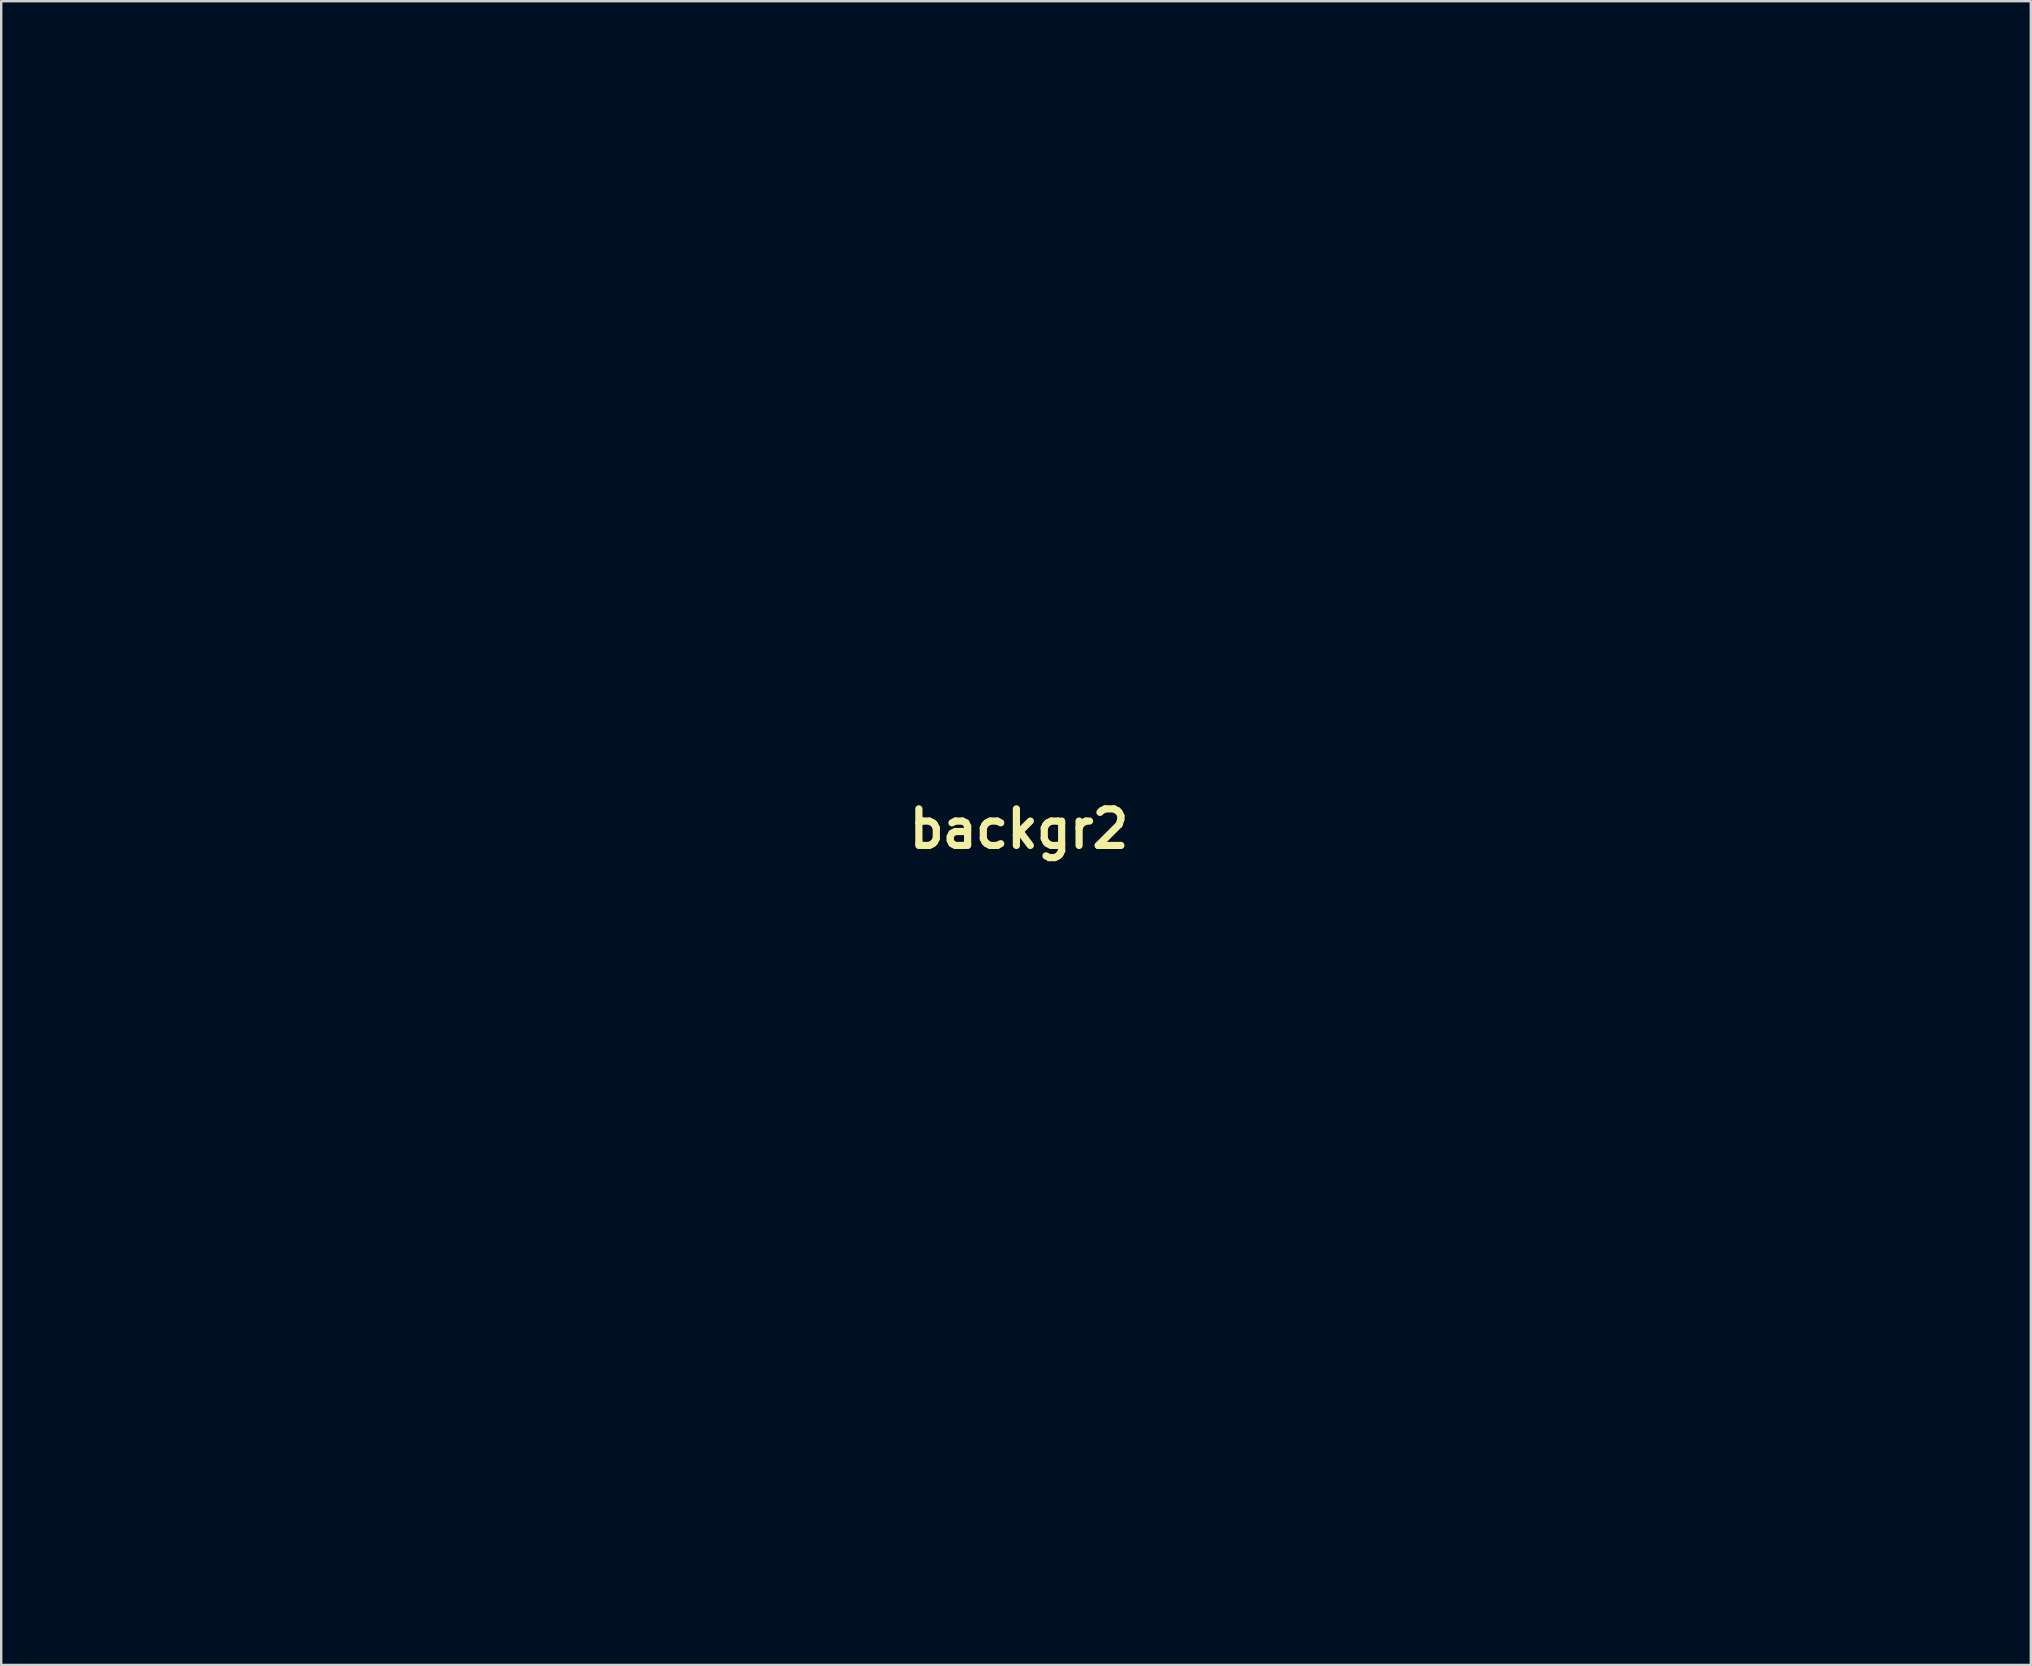
<source format=kicad_pcb>
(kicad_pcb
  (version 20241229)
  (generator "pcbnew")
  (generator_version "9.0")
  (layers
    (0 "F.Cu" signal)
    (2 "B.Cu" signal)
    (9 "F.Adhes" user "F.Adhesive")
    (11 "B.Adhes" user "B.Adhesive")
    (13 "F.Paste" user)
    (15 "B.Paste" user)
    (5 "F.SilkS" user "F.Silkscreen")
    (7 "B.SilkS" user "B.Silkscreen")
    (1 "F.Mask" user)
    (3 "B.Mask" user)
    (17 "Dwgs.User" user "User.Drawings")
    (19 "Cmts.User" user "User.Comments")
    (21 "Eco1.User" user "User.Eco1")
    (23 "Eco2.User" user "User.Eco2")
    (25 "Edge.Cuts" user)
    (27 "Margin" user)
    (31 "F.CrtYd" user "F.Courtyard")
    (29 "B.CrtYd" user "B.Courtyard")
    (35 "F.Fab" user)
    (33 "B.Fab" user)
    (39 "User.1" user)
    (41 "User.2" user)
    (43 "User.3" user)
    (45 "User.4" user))
  (footprint "backgr2"
    (layer "F.Cu")
    (at 39.417 31.494)
    (property "Reference" "backgr2" (at 0 0 0) (layer "F.SilkS") (effects (font (size 1.524 1.524) (thickness 0.3))))
    (attr through_hole)
    (fp_poly (pts (xy -26.712 -23.05) (xy -26.733 -23.029) (xy -26.755 -23.05) (xy -26.733 -23.072) (xy -26.712 -23.05)) (stroke (width 0.01) (type solid)) (fill yes) (layer "F.Mask"))
    (fp_poly (pts (xy -26.67 -23.22) (xy -26.691 -23.199) (xy -26.712 -23.22) (xy -26.691 -23.241) (xy -26.67 -23.22)) (stroke (width 0.01) (type solid)) (fill yes) (layer "F.Mask"))
    (fp_poly (pts (xy -26.14 -0.791) (xy -25.848 -0.756) (xy -25.627 -0.694) (xy -25.464 -0.599) (xy -25.35 -0.466) (xy -25.318 -0.407) (xy -25.248 -0.192) (xy -25.242 0.017) (xy -25.295 0.203) (xy -25.405 0.348) (xy -25.485 0.402) (xy -25.576 0.433) (xy -25.713 0.46) (xy -25.875 0.483) (xy -26.043 0.499) (xy -26.195 0.507) (xy -26.311 0.504) (xy -26.37 0.49) (xy -26.374 0.483) (xy -26.379 0.397) (xy -26.39 0.25) (xy -26.406 0.064) (xy -26.425 -0.14) (xy -26.444 -0.34) (xy -26.462 -0.512) (xy -26.476 -0.635) (xy -26.482 -0.673) (xy -26.507 -0.817) (xy -26.14 -0.791)) (stroke (width 0.01) (type solid)) (fill yes) (layer "F.Mask"))
    (fp_poly (pts (xy -26.019 1.884) (xy -25.708 1.914) (xy -25.468 1.943) (xy -25.287 1.973) (xy -25.151 2.008) (xy -25.047 2.05) (xy -24.962 2.105) (xy -24.889 2.168) (xy -24.751 2.352) (xy -24.685 2.56) (xy -24.694 2.774) (xy -24.759 2.942) (xy -24.866 3.073) (xy -25.021 3.169) (xy -25.235 3.233) (xy -25.515 3.269) (xy -25.704 3.277) (xy -25.906 3.281) (xy -26.086 3.28) (xy -26.221 3.277) (xy -26.282 3.271) (xy -26.338 3.255) (xy -26.364 3.218) (xy -26.368 3.138) (xy -26.357 3.013) (xy -26.344 2.865) (xy -26.329 2.665) (xy -26.314 2.444) (xy -26.306 2.316) (xy -26.279 1.86) (xy -26.019 1.884)) (stroke (width 0.01) (type solid)) (fill yes) (layer "F.Mask"))
    (fp_poly (pts (xy -25.694 -23.909) (xy -25.659 -23.794) (xy -25.615 -23.622) (xy -25.565 -23.407) (xy -25.514 -23.164) (xy -25.465 -22.904) (xy -25.46 -22.881) (xy -25.437 -22.765) (xy -25.401 -22.602) (xy -25.357 -22.414) (xy -25.31 -22.221) (xy -25.267 -22.047) (xy -25.231 -21.911) (xy -25.209 -21.835) (xy -25.208 -21.833) (xy -25.203 -21.781) (xy -25.256 -21.761) (xy -25.304 -21.759) (xy -25.399 -21.765) (xy -25.448 -21.779) (xy -25.495 -21.791) (xy -25.609 -21.812) (xy -25.775 -21.837) (xy -25.975 -21.866) (xy -26.005 -21.87) (xy -26.207 -21.9) (xy -26.374 -21.93) (xy -26.491 -21.958) (xy -26.542 -21.98) (xy -26.543 -21.983) (xy -26.528 -22.048) (xy -26.486 -22.178) (xy -26.424 -22.355) (xy -26.346 -22.566) (xy -26.259 -22.795) (xy -26.169 -23.027) (xy -26.08 -23.247) (xy -25.998 -23.44) (xy -25.958 -23.532) (xy -25.876 -23.704) (xy -25.803 -23.842) (xy -25.747 -23.93) (xy -25.718 -23.955) (xy -25.694 -23.909)) (stroke (width 0.01) (type solid)) (fill yes) (layer "F.Mask"))
    (fp_poly (pts (xy 8.659 -31.489) (xy 8.683 -31.472) (xy 8.703 -31.427) (xy 8.718 -31.345) (xy 8.73 -31.22) (xy 8.74 -31.044) (xy 8.747 -30.807) (xy 8.753 -30.503) (xy 8.757 -30.124) (xy 8.758 -30.051) (xy 8.763 -29.432) (xy 9.239 -29.407) (xy 9.445 -29.395) (xy 9.632 -29.38) (xy 9.776 -29.366) (xy 9.844 -29.356) (xy 9.972 -29.33) (xy 10.074 -29.852) (xy 10.122 -30.095) (xy 10.159 -30.266) (xy 10.188 -30.376) (xy 10.213 -30.436) (xy 10.238 -30.457) (xy 10.267 -30.45) (xy 10.276 -30.445) (xy 10.293 -30.41) (xy 10.294 -30.329) (xy 10.278 -30.193) (xy 10.242 -29.99) (xy 10.218 -29.869) (xy 10.173 -29.627) (xy 10.147 -29.458) (xy 10.141 -29.352) (xy 10.153 -29.301) (xy 10.159 -29.295) (xy 10.223 -29.273) (xy 10.345 -29.244) (xy 10.499 -29.213) (xy 10.507 -29.211) (xy 10.701 -29.168) (xy 10.899 -29.109) (xy 11.033 -29.058) (xy 11.16 -29.003) (xy 11.232 -28.983) (xy 11.272 -28.994) (xy 11.3 -29.035) (xy 11.302 -29.038) (xy 11.332 -29.103) (xy 11.387 -29.231) (xy 11.462 -29.407) (xy 11.549 -29.616) (xy 11.644 -29.842) (xy 11.738 -30.071) (xy 11.826 -30.287) (xy 11.902 -30.475) (xy 11.946 -30.586) (xy 12.015 -30.746) (xy 12.068 -30.833) (xy 12.114 -30.856) (xy 12.15 -30.835) (xy 12.15 -30.782) (xy 12.116 -30.656) (xy 12.047 -30.457) (xy 11.943 -30.184) (xy 11.809 -29.849) (xy 11.702 -29.585) (xy 11.608 -29.349) (xy 11.531 -29.151) (xy 11.474 -29.002) (xy 11.443 -28.913) (xy 11.438 -28.892) (xy 11.481 -28.871) (xy 11.581 -28.828) (xy 11.711 -28.775) (xy 11.888 -28.692) (xy 12.084 -28.585) (xy 12.228 -28.494) (xy 12.487 -28.319) (xy 12.812 -28.807) (xy 12.932 -28.984) (xy 13.037 -29.132) (xy 13.117 -29.239) (xy 13.164 -29.291) (xy 13.17 -29.295) (xy 13.211 -29.279) (xy 13.215 -29.229) (xy 13.179 -29.135) (xy 13.099 -28.99) (xy 12.973 -28.786) (xy 12.935 -28.727) (xy 12.618 -28.239) (xy 12.818 -28.105) (xy 12.947 -28.008) (xy 13.104 -27.877) (xy 13.257 -27.737) (xy 13.275 -27.72) (xy 13.533 -27.469) (xy 14.278 -28.217) (xy 14.486 -28.423) (xy 14.675 -28.605) (xy 14.836 -28.754) (xy 14.961 -28.864) (xy 15.041 -28.926) (xy 15.068 -28.937) (xy 15.111 -28.871) (xy 15.078 -28.779) (xy 14.997 -28.691) (xy 14.932 -28.63) (xy 14.818 -28.519) (xy 14.668 -28.37) (xy 14.491 -28.194) (xy 14.3 -28.001) (xy 14.268 -27.969) (xy 13.656 -27.349) (xy 13.778 -27.222) (xy 13.899 -27.095) (xy 14.638 -27.084) (xy 15.377 -27.072) (xy 13.065 -25.528) (xy 12.546 -25.18) (xy 12.096 -24.877) (xy 11.715 -24.618) (xy 11.399 -24.4) (xy 11.148 -24.224) (xy 10.96 -24.087) (xy 10.833 -23.989) (xy 10.766 -23.929) (xy 10.753 -23.909) (xy 10.763 -23.845) (xy 10.774 -23.834) (xy 10.812 -23.857) (xy 10.915 -23.923) (xy 11.076 -24.028) (xy 11.29 -24.169) (xy 11.551 -24.341) (xy 11.854 -24.542) (xy 12.191 -24.766) (xy 12.559 -25.01) (xy 12.95 -25.27) (xy 13.148 -25.403) (xy 13.659 -25.744) (xy 14.101 -26.041) (xy 14.476 -26.295) (xy 14.788 -26.509) (xy 15.039 -26.684) (xy 15.231 -26.822) (xy 15.366 -26.924) (xy 15.429 -26.977) (xy 24.983 -26.977) (xy 24.985 -26.963) (xy 25.021 -26.934) (xy 25.122 -26.862) (xy 25.279 -26.753) (xy 25.488 -26.609) (xy 25.742 -26.436) (xy 26.033 -26.237) (xy 26.356 -26.018) (xy 26.704 -25.783) (xy 27.071 -25.536) (xy 27.45 -25.28) (xy 27.835 -25.022) (xy 28.218 -24.764) (xy 28.595 -24.512) (xy 28.957 -24.27) (xy 29.3 -24.041) (xy 29.615 -23.832) (xy 29.897 -23.645) (xy 30.14 -23.485) (xy 30.336 -23.356) (xy 30.48 -23.264) (xy 30.564 -23.211) (xy 30.584 -23.201) (xy 30.578 -23.227) (xy 30.524 -23.297) (xy 30.436 -23.393) (xy 30.371 -23.448) (xy 30.244 -23.542) (xy 30.064 -23.672) (xy 29.835 -23.833) (xy 29.565 -24.021) (xy 29.261 -24.23) (xy 28.929 -24.458) (xy 28.575 -24.698) (xy 28.206 -24.948) (xy 27.829 -25.202) (xy 27.45 -25.456) (xy 27.076 -25.705) (xy 26.714 -25.946) (xy 26.369 -26.174) (xy 26.05 -26.384) (xy 25.761 -26.572) (xy 25.51 -26.733) (xy 25.303 -26.864) (xy 25.147 -26.959) (xy 25.049 -27.015) (xy 25.016 -27.028) (xy 24.983 -26.977) (xy 15.429 -26.977) (xy 15.448 -26.992) (xy 15.478 -27.029) (xy 15.478 -27.032) (xy 15.483 -27.041) (xy 15.507 -27.049) (xy 15.556 -27.056) (xy 15.632 -27.063) (xy 15.74 -27.068) (xy 15.884 -27.073) (xy 16.068 -27.077) (xy 16.296 -27.081) (xy 16.572 -27.084) (xy 16.9 -27.087) (xy 17.285 -27.089) (xy 17.729 -27.09) (xy 18.238 -27.091) (xy 18.815 -27.092) (xy 19.465 -27.093) (xy 20.191 -27.093) (xy 20.997 -27.093) (xy 26.601 -27.093) (xy 26.7 -27.186) (xy 26.798 -27.279) (xy 26.261 -27.832) (xy 26.005 -28.095) (xy 25.801 -28.305) (xy 25.645 -28.468) (xy 25.53 -28.591) (xy 25.451 -28.68) (xy 25.401 -28.742) (xy 25.374 -28.784) (xy 25.365 -28.813) (xy 25.368 -28.836) (xy 25.375 -28.855) (xy 25.394 -28.868) (xy 25.436 -28.852) (xy 25.507 -28.8) (xy 25.613 -28.708) (xy 25.759 -28.57) (xy 25.953 -28.381) (xy 26.164 -28.171) (xy 26.923 -27.412) (xy 27.209 -27.691) (xy 27.355 -27.827) (xy 27.496 -27.952) (xy 27.611 -28.045) (xy 27.644 -28.068) (xy 27.739 -28.131) (xy 27.798 -28.171) (xy 27.806 -28.177) (xy 27.792 -28.214) (xy 27.74 -28.301) (xy 27.668 -28.412) (xy 27.589 -28.537) (xy 27.535 -28.639) (xy 27.517 -28.691) (xy 27.493 -28.752) (xy 27.433 -28.855) (xy 27.369 -28.95) (xy 27.269 -29.1) (xy 27.226 -29.195) (xy 27.238 -29.243) (xy 27.278 -29.252) (xy 27.322 -29.219) (xy 27.4 -29.127) (xy 27.503 -28.99) (xy 27.62 -28.822) (xy 27.644 -28.787) (xy 27.761 -28.614) (xy 27.863 -28.47) (xy 27.942 -28.369) (xy 27.986 -28.322) (xy 27.99 -28.321) (xy 28.043 -28.343) (xy 28.143 -28.401) (xy 28.27 -28.482) (xy 28.27 -28.482) (xy 28.44 -28.586) (xy 28.625 -28.686) (xy 28.744 -28.741) (xy 28.87 -28.795) (xy 28.959 -28.834) (xy 28.988 -28.848) (xy 28.977 -28.889) (xy 28.938 -28.994) (xy 28.877 -29.15) (xy 28.799 -29.344) (xy 28.745 -29.477) (xy 28.658 -29.693) (xy 28.583 -29.885) (xy 28.527 -30.037) (xy 28.496 -30.135) (xy 28.49 -30.16) (xy 28.475 -30.23) (xy 28.435 -30.351) (xy 28.378 -30.498) (xy 28.377 -30.501) (xy 28.317 -30.66) (xy 28.294 -30.76) (xy 28.304 -30.817) (xy 28.313 -30.827) (xy 28.364 -30.861) (xy 28.38 -30.858) (xy 28.4 -30.815) (xy 28.448 -30.706) (xy 28.518 -30.543) (xy 28.604 -30.337) (xy 28.702 -30.102) (xy 28.72 -30.057) (xy 28.824 -29.805) (xy 28.922 -29.57) (xy 29.006 -29.367) (xy 29.072 -29.21) (xy 29.112 -29.116) (xy 29.114 -29.111) (xy 29.152 -29.03) (xy 29.192 -28.984) (xy 29.252 -28.971) (xy 29.348 -28.991) (xy 29.498 -29.043) (xy 29.591 -29.078) (xy 29.775 -29.138) (xy 29.98 -29.192) (xy 30.071 -29.212) (xy 30.208 -29.241) (xy 30.278 -29.268) (xy 30.3 -29.305) (xy 30.291 -29.366) (xy 30.29 -29.373) (xy 30.271 -29.472) (xy 30.247 -29.629) (xy 30.221 -29.819) (xy 30.198 -30.015) (xy 30.179 -30.192) (xy 30.169 -30.324) (xy 30.168 -30.328) (xy 30.178 -30.421) (xy 30.209 -30.467) (xy 30.236 -30.433) (xy 30.273 -30.324) (xy 30.32 -30.145) (xy 30.372 -29.906) (xy 30.376 -29.886) (xy 30.424 -29.652) (xy 30.461 -29.49) (xy 30.49 -29.387) (xy 30.517 -29.332) (xy 30.545 -29.312) (xy 30.579 -29.315) (xy 30.584 -29.317) (xy 30.661 -29.33) (xy 30.8 -29.345) (xy 30.981 -29.359) (xy 31.126 -29.367) (xy 31.581 -29.39) (xy 31.581 -29.903) (xy 31.584 -30.292) (xy 31.592 -30.639) (xy 31.606 -30.936) (xy 31.624 -31.176) (xy 31.645 -31.353) (xy 31.67 -31.459) (xy 31.695 -31.487) (xy 31.715 -31.47) (xy 31.73 -31.42) (xy 31.741 -31.33) (xy 31.75 -31.189) (xy 31.756 -30.99) (xy 31.76 -30.722) (xy 31.763 -30.438) (xy 31.771 -29.401) (xy 32.152 -29.374) (xy 32.354 -29.356) (xy 32.551 -29.331) (xy 32.709 -29.305) (xy 32.74 -29.298) (xy 32.859 -29.273) (xy 32.938 -29.26) (xy 32.955 -29.261) (xy 32.968 -29.307) (xy 32.995 -29.417) (xy 33.032 -29.575) (xy 33.074 -29.762) (xy 33.119 -29.961) (xy 33.161 -30.153) (xy 33.165 -30.175) (xy 33.2 -30.334) (xy 33.226 -30.424) (xy 33.251 -30.46) (xy 33.282 -30.458) (xy 33.305 -30.445) (xy 33.321 -30.408) (xy 33.321 -30.321) (xy 33.302 -30.176) (xy 33.264 -29.962) (xy 33.237 -29.823) (xy 33.119 -29.231) (xy 33.325 -29.183) (xy 33.464 -29.143) (xy 33.646 -29.081) (xy 33.835 -29.011) (xy 33.869 -28.997) (xy 34.025 -28.938) (xy 34.149 -28.899) (xy 34.223 -28.884) (xy 34.234 -28.886) (xy 34.258 -28.931) (xy 34.31 -29.044) (xy 34.384 -29.211) (xy 34.477 -29.424) (xy 34.584 -29.669) (xy 34.698 -29.936) (xy 34.816 -30.214) (xy 34.933 -30.492) (xy 34.955 -30.544) (xy 35.03 -30.714) (xy 35.085 -30.814) (xy 35.128 -30.854) (xy 35.168 -30.846) (xy 35.181 -30.834) (xy 35.182 -30.786) (xy 35.153 -30.673) (xy 35.09 -30.494) (xy 34.995 -30.245) (xy 34.864 -29.923) (xy 34.821 -29.817) (xy 34.71 -29.548) (xy 34.61 -29.304) (xy 34.527 -29.097) (xy 34.464 -28.936) (xy 34.426 -28.835) (xy 34.417 -28.803) (xy 34.453 -28.763) (xy 34.541 -28.717) (xy 34.562 -28.709) (xy 34.662 -28.662) (xy 34.806 -28.579) (xy 34.97 -28.476) (xy 35.047 -28.425) (xy 35.193 -28.326) (xy 35.312 -28.249) (xy 35.385 -28.202) (xy 35.402 -28.194) (xy 35.43 -28.227) (xy 35.497 -28.319) (xy 35.594 -28.456) (xy 35.714 -28.629) (xy 35.793 -28.744) (xy 35.923 -28.932) (xy 36.037 -29.092) (xy 36.128 -29.213) (xy 36.185 -29.283) (xy 36.2 -29.295) (xy 36.24 -29.28) (xy 36.245 -29.231) (xy 36.21 -29.141) (xy 36.133 -29.003) (xy 36.011 -28.808) (xy 35.911 -28.656) (xy 35.539 -28.098) (xy 35.645 -28.031) (xy 35.719 -27.974) (xy 35.836 -27.873) (xy 35.976 -27.745) (xy 36.078 -27.648) (xy 36.213 -27.522) (xy 36.325 -27.423) (xy 36.4 -27.363) (xy 36.425 -27.351) (xy 36.459 -27.384) (xy 36.545 -27.469) (xy 36.675 -27.598) (xy 36.841 -27.763) (xy 37.035 -27.955) (xy 37.248 -28.166) (xy 37.508 -28.422) (xy 37.714 -28.619) (xy 37.873 -28.764) (xy 37.99 -28.859) (xy 38.07 -28.909) (xy 38.118 -28.918) (xy 38.14 -28.89) (xy 38.142 -28.862) (xy 38.113 -28.821) (xy 38.032 -28.729) (xy 37.906 -28.594) (xy 37.743 -28.424) (xy 37.551 -28.228) (xy 37.337 -28.014) (xy 37.337 -28.014) (xy 36.532 -27.212) (xy 36.649 -27.078) (xy 36.725 -26.982) (xy 36.828 -26.839) (xy 36.942 -26.673) (xy 36.993 -26.597) (xy 37.219 -26.251) (xy 37.561 -26.479) (xy 37.71 -26.575) (xy 37.835 -26.646) (xy 37.917 -26.684) (xy 37.939 -26.686) (xy 37.959 -26.659) (xy 37.94 -26.619) (xy 37.872 -26.558) (xy 37.748 -26.466) (xy 37.607 -26.37) (xy 37.458 -26.267) (xy 37.369 -26.199) (xy 37.328 -26.15) (xy 37.326 -26.109) (xy 37.351 -26.062) (xy 37.352 -26.062) (xy 37.393 -25.985) (xy 37.456 -25.85) (xy 37.532 -25.678) (xy 37.593 -25.535) (xy 37.674 -25.344) (xy 37.732 -25.221) (xy 37.777 -25.152) (xy 37.816 -25.125) (xy 37.857 -25.128) (xy 37.858 -25.129) (xy 37.927 -25.154) (xy 38.058 -25.206) (xy 38.232 -25.277) (xy 38.434 -25.361) (xy 38.498 -25.388) (xy 38.702 -25.473) (xy 38.881 -25.547) (xy 39.018 -25.605) (xy 39.099 -25.638) (xy 39.11 -25.643) (xy 39.152 -25.636) (xy 39.152 -25.592) (xy 39.102 -25.531) (xy 38.981 -25.462) (xy 38.883 -25.421) (xy 38.726 -25.359) (xy 38.527 -25.276) (xy 38.32 -25.187) (xy 38.248 -25.155) (xy 38.064 -25.068) (xy 37.947 -25.003) (xy 37.889 -24.951) (xy 37.875 -24.907) (xy 37.888 -24.824) (xy 37.915 -24.689) (xy 37.95 -24.52) (xy 37.99 -24.337) (xy 38.03 -24.159) (xy 38.066 -24.006) (xy 38.093 -23.898) (xy 38.108 -23.854) (xy 38.154 -23.854) (xy 38.266 -23.869) (xy 38.427 -23.896) (xy 38.599 -23.928) (xy 38.85 -23.972) (xy 39.02 -23.991) (xy 39.11 -23.984) (xy 39.119 -23.951) (xy 39.108 -23.939) (xy 39.06 -23.922) (xy 38.947 -23.894) (xy 38.785 -23.858) (xy 38.61 -23.822) (xy 38.134 -23.728) (xy 38.159 -23.542) (xy 38.171 -23.416) (xy 38.179 -23.236) (xy 38.184 -23.033) (xy 38.185 -22.939) (xy 38.185 -22.521) (xy 38.672 -22.521) (xy 38.885 -22.52) (xy 39.028 -22.513) (xy 39.112 -22.501) (xy 39.151 -22.48) (xy 39.158 -22.458) (xy 39.145 -22.43) (xy 39.097 -22.411) (xy 39 -22.4) (xy 38.842 -22.395) (xy 38.68 -22.394) (xy 38.201 -22.394) (xy 38.102 -21.876) (xy 38.063 -21.674) (xy 38.028 -21.501) (xy 38.001 -21.374) (xy 37.986 -21.312) (xy 37.986 -21.311) (xy 38.019 -21.283) (xy 38.128 -21.245) (xy 38.307 -21.2) (xy 38.528 -21.153) (xy 38.735 -21.11) (xy 38.91 -21.072) (xy 39.037 -21.042) (xy 39.101 -21.024) (xy 39.106 -21.022) (xy 39.106 -20.975) (xy 39.1 -20.963) (xy 39.05 -20.955) (xy 38.93 -20.965) (xy 38.755 -20.992) (xy 38.598 -21.022) (xy 38.348 -21.073) (xy 38.169 -21.104) (xy 38.049 -21.118) (xy 37.977 -21.114) (xy 37.941 -21.092) (xy 37.931 -21.054) (xy 37.931 -21.047) (xy 37.915 -20.977) (xy 37.874 -20.849) (xy 37.813 -20.683) (xy 37.761 -20.553) (xy 37.692 -20.38) (xy 37.636 -20.236) (xy 37.601 -20.14) (xy 37.592 -20.11) (xy 37.629 -20.087) (xy 37.733 -20.037) (xy 37.892 -19.966) (xy 38.093 -19.879) (xy 38.326 -19.782) (xy 38.359 -19.768) (xy 38.652 -19.645) (xy 38.871 -19.548) (xy 39.024 -19.471) (xy 39.118 -19.412) (xy 39.159 -19.366) (xy 39.155 -19.329) (xy 39.15 -19.324) (xy 39.107 -19.334) (xy 38.998 -19.372) (xy 38.835 -19.434) (xy 38.629 -19.516) (xy 38.393 -19.612) (xy 38.33 -19.639) (xy 37.529 -19.972) (xy 37.473 -19.844) (xy 37.424 -19.749) (xy 37.342 -19.611) (xy 37.243 -19.455) (xy 37.216 -19.415) (xy 37.121 -19.272) (xy 37.042 -19.153) (xy 36.994 -19.078) (xy 36.986 -19.066) (xy 37.01 -19.025) (xy 37.098 -18.946) (xy 37.245 -18.835) (xy 37.442 -18.699) (xy 37.489 -18.667) (xy 37.721 -18.509) (xy 37.879 -18.391) (xy 37.963 -18.312) (xy 37.976 -18.274) (xy 37.922 -18.278) (xy 37.803 -18.334) (xy 37.62 -18.444) (xy 37.413 -18.578) (xy 36.894 -18.924) (xy 36.831 -18.828) (xy 36.775 -18.756) (xy 36.676 -18.643) (xy 36.552 -18.508) (xy 36.483 -18.436) (xy 36.197 -18.14) (xy 37.2 -17.135) (xy 37.485 -16.849) (xy 37.713 -16.617) (xy 37.888 -16.433) (xy 38.016 -16.293) (xy 38.1 -16.192) (xy 38.146 -16.126) (xy 38.157 -16.088) (xy 38.153 -16.081) (xy 38.135 -16.068) (xy 38.111 -16.068) (xy 38.074 -16.084) (xy 38.019 -16.122) (xy 37.941 -16.187) (xy 37.834 -16.284) (xy 37.692 -16.418) (xy 37.51 -16.594) (xy 37.281 -16.817) (xy 37.001 -17.092) (xy 36.841 -17.249) (xy 36.069 -18.009) (xy 35.931 -17.879) (xy 35.824 -17.789) (xy 35.678 -17.677) (xy 35.527 -17.572) (xy 35.382 -17.466) (xy 35.303 -17.387) (xy 35.292 -17.344) (xy 35.323 -17.295) (xy 35.394 -17.186) (xy 35.498 -17.03) (xy 35.626 -16.837) (xy 35.772 -16.617) (xy 35.822 -16.543) (xy 35.97 -16.318) (xy 36.101 -16.117) (xy 36.207 -15.949) (xy 36.282 -15.825) (xy 36.319 -15.757) (xy 36.322 -15.749) (xy 36.302 -15.702) (xy 36.248 -15.722) (xy 36.169 -15.799) (xy 36.074 -15.929) (xy 36.068 -15.938) (xy 35.986 -16.058) (xy 35.917 -16.142) (xy 35.877 -16.172) (xy 35.841 -16.206) (xy 35.766 -16.303) (xy 35.658 -16.451) (xy 35.526 -16.642) (xy 35.376 -16.865) (xy 35.214 -17.112) (xy 35.13 -17.242) (xy 35.08 -17.247) (xy 34.977 -17.202) (xy 34.896 -17.154) (xy 34.647 -17.014) (xy 34.336 -16.87) (xy 33.984 -16.73) (xy 33.612 -16.602) (xy 33.243 -16.494) (xy 32.939 -16.422) (xy 32.685 -16.373) (xy 32.472 -16.339) (xy 32.273 -16.316) (xy 32.061 -16.304) (xy 31.807 -16.299) (xy 31.623 -16.298) (xy 31.01 -16.32) (xy 30.444 -16.39) (xy 29.9 -16.511) (xy 29.352 -16.691) (xy 29.098 -16.791) (xy 28.881 -16.883) (xy 28.683 -16.97) (xy 28.522 -17.046) (xy 28.415 -17.101) (xy 28.392 -17.116) (xy 28.303 -17.161) (xy 28.243 -17.164) (xy 28.239 -17.161) (xy 28.206 -17.116) (xy 28.134 -17.011) (xy 28.03 -16.859) (xy 27.902 -16.67) (xy 27.758 -16.456) (xy 27.73 -16.415) (xy 27.551 -16.151) (xy 27.411 -15.955) (xy 27.308 -15.825) (xy 27.237 -15.754) (xy 27.195 -15.74) (xy 27.179 -15.778) (xy 27.178 -15.794) (xy 27.2 -15.841) (xy 27.262 -15.947) (xy 27.357 -16.1) (xy 27.476 -16.289) (xy 27.614 -16.502) (xy 27.628 -16.522) (xy 27.768 -16.737) (xy 27.893 -16.93) (xy 27.994 -17.088) (xy 28.064 -17.2) (xy 28.095 -17.253) (xy 28.095 -17.255) (xy 28.07 -17.296) (xy 27.988 -17.37) (xy 27.862 -17.464) (xy 27.777 -17.522) (xy 27.621 -17.628) (xy 27.485 -17.726) (xy 27.391 -17.802) (xy 27.366 -17.825) (xy 27.301 -17.886) (xy 27.265 -17.907) (xy 27.229 -17.878) (xy 27.141 -17.797) (xy 27.007 -17.671) (xy 26.837 -17.507) (xy 26.636 -17.312) (xy 26.413 -17.093) (xy 26.313 -16.994) (xy 26.045 -16.731) (xy 25.831 -16.523) (xy 25.664 -16.365) (xy 25.538 -16.252) (xy 25.448 -16.179) (xy 25.387 -16.14) (xy 25.349 -16.129) (xy 25.333 -16.137) (xy 25.327 -16.162) (xy 25.346 -16.207) (xy 25.396 -16.277) (xy 25.482 -16.378) (xy 25.61 -16.516) (xy 25.784 -16.697) (xy 26.011 -16.927) (xy 26.185 -17.103) (xy 27.091 -18.013) (xy 26.134 -18.034) (xy 25.177 -18.055) (xy 27.268 -19.449) (xy 27.767 -19.782) (xy 28.2 -20.073) (xy 28.571 -20.324) (xy 28.884 -20.538) (xy 29.143 -20.719) (xy 29.353 -20.87) (xy 29.518 -20.993) (xy 29.643 -21.093) (xy 29.732 -21.171) (xy 29.79 -21.232) (xy 29.82 -21.278) (xy 29.822 -21.284) (xy 29.83 -21.299) (xy 29.838 -21.313) (xy 29.843 -21.323) (xy 29.84 -21.327) (xy 29.823 -21.321) (xy 29.79 -21.303) (xy 29.734 -21.269) (xy 29.651 -21.216) (xy 29.537 -21.142) (xy 29.386 -21.043) (xy 29.196 -20.916) (xy 28.959 -20.759) (xy 28.673 -20.568) (xy 28.333 -20.341) (xy 27.933 -20.074) (xy 27.469 -19.764) (xy 27.246 -19.615) (xy 24.88 -18.034) (xy 15.537 -18.034) (xy 13.261 -19.553) (xy 12.868 -19.814) (xy 12.496 -20.061) (xy 12.151 -20.288) (xy 11.838 -20.492) (xy 11.565 -20.669) (xy 11.336 -20.815) (xy 11.157 -20.927) (xy 11.035 -21.001) (xy 10.976 -21.032) (xy 10.971 -21.033) (xy 10.971 -20.961) (xy 10.976 -20.943) (xy 11.014 -20.911) (xy 11.117 -20.836) (xy 11.277 -20.723) (xy 11.49 -20.575) (xy 11.748 -20.398) (xy 12.046 -20.195) (xy 12.377 -19.97) (xy 12.736 -19.729) (xy 13.117 -19.474) (xy 13.117 -19.473) (xy 15.238 -18.055) (xy 14.256 -18.044) (xy 13.274 -18.032) (xy 14.224 -17.082) (xy 14.497 -16.807) (xy 14.714 -16.585) (xy 14.88 -16.412) (xy 15 -16.28) (xy 15.077 -16.186) (xy 15.118 -16.124) (xy 15.127 -16.088) (xy 15.122 -16.079) (xy 15.095 -16.076) (xy 15.045 -16.102) (xy 14.964 -16.164) (xy 14.849 -16.265) (xy 14.694 -16.411) (xy 14.492 -16.606) (xy 14.24 -16.856) (xy 14.13 -16.965) (xy 13.868 -17.227) (xy 13.659 -17.434) (xy 13.496 -17.592) (xy 13.373 -17.707) (xy 13.283 -17.786) (xy 13.219 -17.832) (xy 13.175 -17.853) (xy 13.143 -17.853) (xy 13.117 -17.839) (xy 13.103 -17.827) (xy 13.031 -17.77) (xy 12.908 -17.681) (xy 12.756 -17.577) (xy 12.679 -17.526) (xy 12.531 -17.428) (xy 12.413 -17.348) (xy 12.339 -17.298) (xy 12.323 -17.287) (xy 12.34 -17.249) (xy 12.398 -17.152) (xy 12.49 -17.005) (xy 12.609 -16.819) (xy 12.75 -16.606) (xy 12.799 -16.532) (xy 12.946 -16.309) (xy 13.076 -16.109) (xy 13.181 -15.943) (xy 13.255 -15.821) (xy 13.29 -15.755) (xy 13.293 -15.748) (xy 13.272 -15.703) (xy 13.217 -15.721) (xy 13.141 -15.792) (xy 13.071 -15.889) (xy 12.986 -16.016) (xy 12.905 -16.128) (xy 12.876 -16.163) (xy 12.824 -16.232) (xy 12.736 -16.356) (xy 12.626 -16.517) (xy 12.504 -16.698) (xy 12.489 -16.721) (xy 12.181 -17.187) (xy 12.049 -17.107) (xy 11.962 -17.062) (xy 11.815 -16.994) (xy 11.626 -16.911) (xy 11.414 -16.822) (xy 11.345 -16.794) (xy 10.637 -16.549) (xy 9.918 -16.386) (xy 9.193 -16.307) (xy 8.869 -16.298) (xy 8.163 -16.337) (xy 7.469 -16.454) (xy 6.778 -16.652) (xy 6.354 -16.813) (xy 6.126 -16.911) (xy 5.911 -17.008) (xy 5.729 -17.097) (xy 5.598 -17.168) (xy 5.563 -17.19) (xy 5.453 -17.261) (xy 5.37 -17.306) (xy 5.345 -17.314) (xy 5.311 -17.281) (xy 5.238 -17.186) (xy 5.133 -17.041) (xy 5.003 -16.855) (xy 4.854 -16.637) (xy 4.768 -16.51) (xy 4.613 -16.28) (xy 4.474 -16.076) (xy 4.357 -15.908) (xy 4.27 -15.784) (xy 4.219 -15.716) (xy 4.209 -15.706) (xy 4.178 -15.739) (xy 4.165 -15.765) (xy 4.181 -15.818) (xy 4.239 -15.929) (xy 4.332 -16.089) (xy 4.455 -16.287) (xy 4.602 -16.514) (xy 4.646 -16.58) (xy 4.796 -16.806) (xy 4.931 -17.009) (xy 5.044 -17.179) (xy 5.127 -17.305) (xy 5.172 -17.375) (xy 5.178 -17.384) (xy 5.161 -17.433) (xy 5.078 -17.509) (xy 4.985 -17.574) (xy 4.825 -17.685) (xy 4.662 -17.811) (xy 4.584 -17.879) (xy 4.481 -17.965) (xy 4.399 -18.018) (xy 4.366 -18.027) (xy 4.327 -17.995) (xy 4.235 -17.91) (xy 4.098 -17.78) (xy 3.924 -17.612) (xy 3.719 -17.413) (xy 3.491 -17.19) (xy 3.345 -17.047) (xy 3.069 -16.776) (xy 2.847 -16.561) (xy 2.672 -16.395) (xy 2.539 -16.274) (xy 2.442 -16.193) (xy 2.374 -16.145) (xy 2.33 -16.127) (xy 2.303 -16.132) (xy 2.303 -16.132) (xy 2.294 -16.155) (xy 2.308 -16.195) (xy 2.352 -16.259) (xy 2.43 -16.352) (xy 2.548 -16.48) (xy 2.712 -16.649) (xy 2.926 -16.866) (xy 3.168 -17.108) (xy 4.095 -18.032) (xy 2.148 -18.055) (xy 4.238 -19.449) (xy 4.738 -19.782) (xy 5.171 -20.073) (xy 5.542 -20.324) (xy 5.854 -20.538) (xy 6.113 -20.719) (xy 6.324 -20.87) (xy 6.489 -20.993) (xy 6.614 -21.093) (xy 6.703 -21.171) (xy 6.76 -21.232) (xy 6.791 -21.278) (xy 6.793 -21.284) (xy 6.801 -21.299) (xy 6.809 -21.313) (xy 6.814 -21.323) (xy 6.81 -21.327) (xy 6.794 -21.321) (xy 6.76 -21.303) (xy 6.704 -21.269) (xy 6.621 -21.216) (xy 6.507 -21.142) (xy 6.357 -21.043) (xy 6.166 -20.916) (xy 5.93 -20.759) (xy 5.644 -20.568) (xy 5.303 -20.341) (xy 4.904 -20.074) (xy 4.44 -19.764) (xy 4.217 -19.615) (xy 1.85 -18.034) (xy -16.745 -18.034) (xy -18.383 -18.034) (xy -19.95 -18.034) (xy -21.445 -18.035) (xy -22.867 -18.035) (xy -24.217 -18.036) (xy -25.493 -18.037) (xy -26.695 -18.039) (xy -27.821 -18.04) (xy -28.872 -18.041) (xy -29.847 -18.043) (xy -30.745 -18.045) (xy -31.565 -18.047) (xy -32.306 -18.049) (xy -32.969 -18.052) (xy -33.552 -18.054) (xy -34.055 -18.057) (xy -34.477 -18.06) (xy -34.817 -18.063) (xy -35.075 -18.066) (xy -35.25 -18.07) (xy -35.341 -18.073) (xy -35.355 -18.075) (xy -35.4 -18.101) (xy -35.51 -18.136) (xy -35.665 -18.176) (xy -35.772 -18.199) (xy -36.355 -18.363) (xy -36.909 -18.605) (xy -37.431 -18.923) (xy -37.915 -19.315) (xy -38.009 -19.404) (xy -38.143 -19.554) (xy -29.026 -19.554) (xy -28.997 -19.536) (xy -28.925 -19.526) (xy -28.798 -19.522) (xy -28.604 -19.524) (xy -28.506 -19.526) (xy -28.239 -19.527) (xy -27.946 -19.522) (xy -27.666 -19.51) (xy -27.491 -19.499) (xy -27.021 -19.461) (xy -26.948 -19.76) (xy -26.895 -20.086) (xy -26.889 -20.359) (xy -26.893 -20.521) (xy -26.885 -20.61) (xy -26.863 -20.641) (xy -26.849 -20.639) (xy -26.792 -20.624) (xy -26.666 -20.596) (xy -26.486 -20.557) (xy -26.266 -20.511) (xy -26.047 -20.466) (xy -25.768 -20.405) (xy -25.515 -20.344) (xy -25.304 -20.285) (xy -25.152 -20.235) (xy -25.101 -20.213) (xy -24.985 -20.149) (xy -24.923 -20.089) (xy -24.892 -20) (xy -24.876 -19.888) (xy -24.831 -19.562) (xy -24.784 -19.297) (xy -24.737 -19.1) (xy -24.691 -18.979) (xy -24.685 -18.97) (xy -24.613 -18.9) (xy -24.492 -18.818) (xy -24.351 -18.742) (xy -24.222 -18.687) (xy -24.145 -18.669) (xy -24.096 -18.696) (xy -23.998 -18.768) (xy -23.863 -18.877) (xy -23.705 -19.01) (xy -23.667 -19.043) (xy -23.585 -19.11) (xy 0.348 -19.11) (xy 0.384 -19.049) (xy 0.431 -19.02) (xy 0.439 -19.021) (xy 0.497 -19.045) (xy 0.613 -19.093) (xy 0.769 -19.158) (xy 0.889 -19.208) (xy 1.093 -19.293) (xy 1.343 -19.396) (xy 1.604 -19.504) (xy 1.82 -19.592) (xy 1.925 -19.635) (xy 2.04 -19.682) (xy 2.17 -19.735) (xy 2.32 -19.797) (xy 2.496 -19.869) (xy 2.702 -19.955) (xy 2.945 -20.055) (xy 3.229 -20.173) (xy 3.558 -20.309) (xy 3.94 -20.467) (xy 4.378 -20.649) (xy 4.878 -20.856) (xy 5.444 -21.091) (xy 6.083 -21.356) (xy 6.197 -21.403) (xy 6.551 -21.553) (xy 6.83 -21.675) (xy 6.838 -21.679) (xy 10.867 -21.679) (xy 10.93 -21.581) (xy 10.956 -21.545) (xy 10.989 -21.511) (xy 11.037 -21.474) (xy 11.108 -21.432) (xy 11.208 -21.381) (xy 11.346 -21.317) (xy 11.53 -21.237) (xy 11.766 -21.137) (xy 12.063 -21.013) (xy 12.428 -20.862) (xy 12.573 -20.802) (xy 13.16 -20.56) (xy 13.728 -20.326) (xy 14.27 -20.101) (xy 14.779 -19.891) (xy 15.246 -19.698) (xy 15.664 -19.525) (xy 16.025 -19.375) (xy 16.322 -19.251) (xy 16.51 -19.173) (xy 16.733 -19.081) (xy 16.89 -19.022) (xy 16.993 -18.994) (xy 17.051 -18.993) (xy 17.077 -19.019) (xy 17.081 -19.053) (xy 17.043 -19.094) (xy 17.016 -19.11) (xy 23.377 -19.11) (xy 23.413 -19.049) (xy 23.461 -19.02) (xy 23.469 -19.021) (xy 23.526 -19.045) (xy 23.642 -19.093) (xy 23.799 -19.158) (xy 23.918 -19.208) (xy 24.123 -19.293) (xy 24.372 -19.396) (xy 24.634 -19.504) (xy 24.85 -19.592) (xy 24.954 -19.635) (xy 25.069 -19.682) (xy 25.199 -19.735) (xy 25.349 -19.797) (xy 25.525 -19.869) (xy 25.732 -19.955) (xy 25.974 -20.055) (xy 26.258 -20.173) (xy 26.588 -20.309) (xy 26.969 -20.467) (xy 27.407 -20.649) (xy 27.907 -20.856) (xy 28.474 -21.091) (xy 29.112 -21.356) (xy 29.226 -21.403) (xy 29.581 -21.553) (xy 29.86 -21.675) (xy 30.067 -21.773) (xy 30.208 -21.848) (xy 30.286 -21.903) (xy 30.301 -21.919) (xy 30.342 -21.994) (xy 30.348 -22.03) (xy 30.307 -22.017) (xy 30.196 -21.975) (xy 30.025 -21.908) (xy 29.802 -21.819) (xy 29.536 -21.711) (xy 29.236 -21.588) (xy 28.914 -21.454) (xy 28.147 -21.136) (xy 27.454 -20.848) (xy 26.832 -20.59) (xy 26.277 -20.36) (xy 25.784 -20.156) (xy 25.35 -19.976) (xy 24.972 -19.82) (xy 24.644 -19.685) (xy 24.364 -19.57) (xy 24.128 -19.473) (xy 24.11 -19.466) (xy 23.881 -19.372) (xy 23.681 -19.289) (xy 23.522 -19.223) (xy 23.417 -19.178) (xy 23.379 -19.16) (xy 23.377 -19.11) (xy 17.016 -19.11) (xy 16.932 -19.159) (xy 16.758 -19.242) (xy 16.552 -19.33) (xy 16.437 -19.377) (xy 16.314 -19.428) (xy 16.177 -19.484) (xy 16.021 -19.548) (xy 15.841 -19.623) (xy 15.63 -19.71) (xy 15.382 -19.812) (xy 15.093 -19.932) (xy 14.756 -20.072) (xy 14.366 -20.233) (xy 13.917 -20.419) (xy 13.403 -20.632) (xy 12.819 -20.875) (xy 12.573 -20.977) (xy 12.252 -21.11) (xy 11.948 -21.236) (xy 11.671 -21.35) (xy 11.432 -21.449) (xy 11.243 -21.526) (xy 11.115 -21.579) (xy 11.074 -21.595) (xy 10.867 -21.679) (xy 6.838 -21.679) (xy 7.038 -21.773) (xy 7.179 -21.848) (xy 7.257 -21.903) (xy 7.272 -21.919) (xy 7.313 -21.994) (xy 7.319 -22.03) (xy 7.277 -22.017) (xy 7.167 -21.975) (xy 6.995 -21.908) (xy 6.773 -21.819) (xy 6.507 -21.711) (xy 6.207 -21.588) (xy 5.884 -21.454) (xy 5.117 -21.136) (xy 4.425 -20.848) (xy 3.803 -20.59) (xy 3.247 -20.36) (xy 2.755 -20.156) (xy 2.321 -19.976) (xy 1.942 -19.82) (xy 1.615 -19.685) (xy 1.335 -19.57) (xy 1.098 -19.473) (xy 1.081 -19.466) (xy 0.852 -19.372) (xy 0.652 -19.289) (xy 0.493 -19.223) (xy 0.388 -19.178) (xy 0.349 -19.16) (xy 0.348 -19.11) (xy -23.585 -19.11) (xy -23.354 -19.297) (xy -23.016 -19.535) (xy -22.774 -19.684) (xy -22.599 -19.786) (xy -22.454 -19.873) (xy -22.353 -19.937) (xy -22.31 -19.969) (xy -22.31 -19.971) (xy -22.339 -20.008) (xy -22.414 -20.082) (xy -22.493 -20.154) (xy -22.621 -20.281) (xy -22.756 -20.439) (xy -22.839 -20.55) (xy -22.924 -20.669) (xy -22.992 -20.753) (xy -23.028 -20.786) (xy -23.028 -20.786) (xy -23.077 -20.82) (xy -23.151 -20.911) (xy -23.171 -20.94) (xy 0.73 -20.94) (xy 0.767 -20.89) (xy 0.827 -20.886) (xy 0.898 -20.905) (xy 1.021 -20.932) (xy 1.13 -20.953) (xy 1.268 -20.978) (xy 1.471 -21.017) (xy 1.731 -21.068) (xy 2.041 -21.129) (xy 2.393 -21.199) (xy 2.778 -21.275) (xy 3.19 -21.357) (xy 3.62 -21.443) (xy 4.06 -21.531) (xy 4.503 -21.62) (xy 4.941 -21.708) (xy 5.366 -21.793) (xy 5.77 -21.875) (xy 6.145 -21.951) (xy 6.484 -22.02) (xy 6.779 -22.08) (xy 6.779 -22.08) (xy 10.71 -22.08) (xy 10.751 -22.032) (xy 10.868 -21.987) (xy 10.933 -21.971) (xy 11.046 -21.947) (xy 11.227 -21.909) (xy 11.467 -21.86) (xy 11.759 -21.801) (xy 12.094 -21.734) (xy 12.463 -21.66) (xy 12.859 -21.58) (xy 13.273 -21.498) (xy 13.697 -21.413) (xy 14.122 -21.328) (xy 14.54 -21.245) (xy 14.943 -21.165) (xy 15.323 -21.09) (xy 15.671 -21.021) (xy 15.979 -20.961) (xy 16.238 -20.91) (xy 16.441 -20.871) (xy 16.58 -20.844) (xy 16.644 -20.833) (xy 16.648 -20.832) (xy 16.71 -20.857) (xy 16.722 -20.889) (xy 16.693 -20.94) (xy 23.76 -20.94) (xy 23.797 -20.89) (xy 23.856 -20.886) (xy 23.927 -20.905) (xy 24.051 -20.932) (xy 24.159 -20.953) (xy 24.297 -20.978) (xy 24.5 -21.017) (xy 24.76 -21.068) (xy 25.07 -21.129) (xy 25.422 -21.199) (xy 25.808 -21.275) (xy 26.219 -21.357) (xy 26.649 -21.443) (xy 27.09 -21.531) (xy 27.533 -21.62) (xy 27.97 -21.708) (xy 28.395 -21.793) (xy 28.799 -21.875) (xy 29.175 -21.951) (xy 29.513 -22.02) (xy 29.808 -22.08) (xy 30.05 -22.13) (xy 30.233 -22.168) (xy 30.348 -22.193) (xy 30.387 -22.202) (xy 30.391 -22.253) (xy 30.382 -22.282) (xy 30.362 -22.301) (xy 30.314 -22.309) (xy 30.227 -22.303) (xy 30.09 -22.283) (xy 29.894 -22.247) (xy 29.628 -22.194) (xy 29.562 -22.181) (xy 29.37 -22.142) (xy 29.106 -22.089) (xy 28.78 -22.024) (xy 28.403 -21.949) (xy 27.985 -21.865) (xy 27.538 -21.776) (xy 27.071 -21.683) (xy 26.596 -21.589) (xy 26.29 -21.528) (xy 25.844 -21.439) (xy 25.422 -21.354) (xy 25.032 -21.275) (xy 24.682 -21.202) (xy 24.378 -21.138) (xy 24.128 -21.084) (xy 23.94 -21.042) (xy 23.82 -21.014) (xy 23.777 -21) (xy 23.76 -20.94) (xy 16.693 -20.94) (xy 16.687 -20.951) (xy 16.648 -20.972) (xy 16.594 -20.984) (xy 16.464 -21.011) (xy 16.267 -21.051) (xy 16.008 -21.104) (xy 15.695 -21.166) (xy 15.336 -21.238) (xy 14.937 -21.318) (xy 14.507 -21.403) (xy 14.053 -21.493) (xy 13.991 -21.505) (xy 13.526 -21.597) (xy 13.079 -21.686) (xy 12.658 -21.77) (xy 12.271 -21.847) (xy 11.926 -21.916) (xy 11.631 -21.975) (xy 11.394 -22.023) (xy 11.224 -22.057) (xy 11.128 -22.078) (xy 11.125 -22.078) (xy 10.935 -22.118) (xy 10.812 -22.135) (xy 10.743 -22.132) (xy 10.714 -22.106) (xy 10.71 -22.08) (xy 6.779 -22.08) (xy 7.021 -22.13) (xy 7.204 -22.168) (xy 7.318 -22.193) (xy 7.357 -22.202) (xy 7.362 -22.253) (xy 7.353 -22.282) (xy 7.333 -22.301) (xy 7.285 -22.309) (xy 7.197 -22.303) (xy 7.061 -22.283) (xy 6.865 -22.247) (xy 6.599 -22.194) (xy 6.533 -22.181) (xy 6.341 -22.142) (xy 6.077 -22.089) (xy 5.751 -22.024) (xy 5.374 -21.949) (xy 4.956 -21.865) (xy 4.508 -21.776) (xy 4.042 -21.683) (xy 3.566 -21.589) (xy 3.261 -21.528) (xy 2.814 -21.439) (xy 2.393 -21.354) (xy 2.003 -21.275) (xy 1.652 -21.202) (xy 1.349 -21.138) (xy 1.099 -21.084) (xy 0.911 -21.042) (xy 0.791 -21.014) (xy 0.748 -21) (xy 0.73 -20.94) (xy -23.171 -20.94) (xy -23.239 -21.038) (xy -23.326 -21.182) (xy -23.401 -21.325) (xy -23.443 -21.421) (xy -23.473 -21.524) (xy -23.516 -21.697) (xy -23.569 -21.928) (xy -23.629 -22.203) (xy -23.688 -22.479) (xy -0.296 -22.479) (xy -0.295 -22.464) (xy -0.288 -22.452) (xy -0.27 -22.441) (xy -0.236 -22.431) (xy -0.181 -22.423) (xy -0.099 -22.416) (xy 0.014 -22.41) (xy 0.164 -22.406) (xy 0.355 -22.402) (xy 0.594 -22.399) (xy 0.885 -22.397) (xy 1.233 -22.396) (xy 1.643 -22.395) (xy 2.122 -22.395) (xy 2.672 -22.394) (xy 3.301 -22.394) (xy 3.516 -22.394) (xy 4.221 -22.395) (xy 4.844 -22.396) (xy 5.389 -22.397) (xy 5.859 -22.4) (xy 6.257 -22.403) (xy 6.585 -22.407) (xy 6.847 -22.411) (xy 7.047 -22.417) (xy 7.187 -22.424) (xy 7.27 -22.431) (xy 7.3 -22.44) (xy 7.3 -22.441) (xy 7.302 -22.479) (xy 10.668 -22.479) (xy 10.669 -22.464) (xy 10.677 -22.451) (xy 10.695 -22.439) (xy 10.731 -22.43) (xy 10.788 -22.421) (xy 10.873 -22.415) (xy 10.991 -22.409) (xy 11.146 -22.405) (xy 11.346 -22.401) (xy 11.594 -22.399) (xy 11.896 -22.397) (xy 12.258 -22.396) (xy 12.685 -22.395) (xy 13.182 -22.394) (xy 13.754 -22.394) (xy 14.203 -22.394) (xy 14.831 -22.394) (xy 15.381 -22.395) (xy 15.856 -22.395) (xy 16.263 -22.396) (xy 16.606 -22.397) (xy 16.892 -22.399) (xy 17.125 -22.402) (xy 17.31 -22.406) (xy 17.454 -22.411) (xy 17.561 -22.417) (xy 17.638 -22.424) (xy 17.688 -22.432) (xy 17.718 -22.443) (xy 17.732 -22.455) (xy 17.737 -22.468) (xy 17.738 -22.479) (xy 22.733 -22.479) (xy 22.734 -22.464) (xy 22.741 -22.452) (xy 22.759 -22.441) (xy 22.793 -22.431) (xy 22.848 -22.423) (xy 22.93 -22.416) (xy 23.043 -22.41) (xy 23.193 -22.406) (xy 23.385 -22.402) (xy 23.623 -22.399) (xy 23.914 -22.397) (xy 24.262 -22.396) (xy 24.673 -22.395) (xy 25.151 -22.395) (xy 25.702 -22.394) (xy 26.331 -22.394) (xy 26.545 -22.394) (xy 27.25 -22.395) (xy 27.874 -22.396) (xy 28.419 -22.397) (xy 28.888 -22.4) (xy 29.286 -22.403) (xy 29.614 -22.407) (xy 29.877 -22.411) (xy 30.076 -22.417) (xy 30.216 -22.424) (xy 30.299 -22.431) (xy 30.329 -22.44) (xy 30.329 -22.441) (xy 30.333 -22.501) (xy 30.358 -22.525) (xy 30.326 -22.531) (xy 30.214 -22.537) (xy 30.028 -22.542) (xy 29.772 -22.546) (xy 29.451 -22.551) (xy 29.071 -22.554) (xy 28.636 -22.557) (xy 28.151 -22.56) (xy 27.622 -22.562) (xy 27.054 -22.563) (xy 26.575 -22.563) (xy 25.918 -22.563) (xy 25.34 -22.563) (xy 24.837 -22.563) (xy 24.403 -22.562) (xy 24.034 -22.561) (xy 23.723 -22.559) (xy 23.466 -22.557) (xy 23.258 -22.553) (xy 23.094 -22.549) (xy 22.968 -22.544) (xy 22.875 -22.538) (xy 22.811 -22.53) (xy 22.77 -22.521) (xy 22.746 -22.511) (xy 22.736 -22.499) (xy 22.733 -22.485) (xy 22.733 -22.479) (xy 17.738 -22.479) (xy 17.736 -22.494) (xy 17.729 -22.507) (xy 17.711 -22.519) (xy 17.675 -22.528) (xy 17.618 -22.537) (xy 17.533 -22.543) (xy 17.415 -22.549) (xy 17.259 -22.553) (xy 17.06 -22.557) (xy 16.812 -22.559) (xy 16.51 -22.561) (xy 16.148 -22.562) (xy 15.721 -22.563) (xy 15.224 -22.564) (xy 14.652 -22.564) (xy 14.203 -22.564) (xy 13.574 -22.564) (xy 13.025 -22.563) (xy 12.55 -22.563) (xy 12.143 -22.562) (xy 11.8 -22.561) (xy 11.514 -22.559) (xy 11.281 -22.556) (xy 11.095 -22.552) (xy 10.952 -22.547) (xy 10.844 -22.541) (xy 10.768 -22.534) (xy 10.718 -22.526) (xy 10.688 -22.515) (xy 10.673 -22.503) (xy 10.668 -22.49) (xy 10.668 -22.479) (xy 7.302 -22.479) (xy 7.304 -22.501) (xy 7.329 -22.525) (xy 7.297 -22.531) (xy 7.185 -22.537) (xy 6.998 -22.542) (xy 6.742 -22.546) (xy 6.422 -22.551) (xy 6.041 -22.554) (xy 5.606 -22.557) (xy 5.122 -22.56) (xy 4.593 -22.562) (xy 4.025 -22.563) (xy 3.545 -22.563) (xy 2.888 -22.563) (xy 2.311 -22.563) (xy 1.808 -22.563) (xy 1.374 -22.562) (xy 1.004 -22.561) (xy 0.694 -22.559) (xy 0.437 -22.557) (xy 0.229 -22.553) (xy 0.064 -22.549) (xy -0.062 -22.544) (xy -0.154 -22.538) (xy -0.219 -22.53) (xy -0.26 -22.521) (xy -0.283 -22.511) (xy -0.293 -22.499) (xy -0.296 -22.485) (xy -0.296 -22.479) (xy -23.688 -22.479) (xy -23.694 -22.51) (xy -23.761 -22.835) (xy -23.827 -23.165) (xy -23.89 -23.488) (xy -23.947 -23.791) (xy -23.988 -24.022) (xy 0.738 -24.022) (xy 0.742 -24.009) (xy 0.785 -23.998) (xy 0.903 -23.973) (xy 1.089 -23.934) (xy 1.335 -23.883) (xy 1.634 -23.822) (xy 1.979 -23.752) (xy 2.361 -23.674) (xy 2.773 -23.59) (xy 3.208 -23.502) (xy 3.658 -23.412) (xy 4.116 -23.32) (xy 4.573 -23.228) (xy 5.023 -23.137) (xy 5.457 -23.05) (xy 5.869 -22.968) (xy 6.251 -22.892) (xy 6.594 -22.824) (xy 6.893 -22.765) (xy 7.138 -22.717) (xy 7.323 -22.681) (xy 7.44 -22.659) (xy 7.48 -22.652) (xy 7.547 -22.679) (xy 7.558 -22.693) (xy 7.569 -22.708) (xy 7.58 -22.72) (xy 7.585 -22.732) (xy 7.58 -22.744) (xy 7.559 -22.758) (xy 7.518 -22.774) (xy 7.452 -22.793) (xy 7.355 -22.818) (xy 7.223 -22.848) (xy 7.051 -22.885) (xy 6.834 -22.931) (xy 6.566 -22.985) (xy 6.244 -23.05) (xy 5.861 -23.127) (xy 5.413 -23.216) (xy 4.895 -23.319) (xy 4.303 -23.436) (xy 3.898 -23.516) (xy 3.287 -23.637) (xy 2.753 -23.742) (xy 2.294 -23.831) (xy 1.905 -23.906) (xy 1.581 -23.966) (xy 1.317 -24.014) (xy 1.11 -24.048) (xy 0.955 -24.072) (xy 0.848 -24.084) (xy 0.783 -24.087) (xy 0.757 -24.08) (xy 0.757 -24.08) (xy 0.738 -24.022) (xy -23.988 -24.022) (xy -23.995 -24.06) (xy -24.032 -24.283) (xy -24.047 -24.384) (xy -24.074 -24.567) (xy -24.111 -24.803) (xy -24.153 -25.064) (xy -24.195 -25.318) (xy -24.198 -25.335) (xy -24.235 -25.549) (xy -24.265 -25.733) (xy -24.287 -25.871) (xy -24.298 -25.946) (xy 0.38 -25.946) (xy 0.401 -25.907) (xy 0.464 -25.858) (xy 0.575 -25.795) (xy 0.743 -25.715) (xy 0.973 -25.613) (xy 1.273 -25.487) (xy 1.424 -25.424) (xy 1.726 -25.299) (xy 2.087 -25.15) (xy 2.485 -24.985) (xy 2.899 -24.813) (xy 3.311 -24.642) (xy 3.699 -24.481) (xy 3.789 -24.444) (xy 4.42 -24.182) (xy 4.978 -23.95) (xy 5.467 -23.747) (xy 5.892 -23.572) (xy 6.257 -23.421) (xy 6.566 -23.294) (xy 6.825 -23.189) (xy 7.038 -23.103) (xy 7.21 -23.035) (xy 7.345 -22.983) (xy 7.448 -22.945) (xy 7.523 -22.92) (xy 7.575 -22.905) (xy 7.608 -22.898) (xy 7.628 -22.899) (xy 7.639 -22.904) (xy 7.639 -22.905) (xy 7.643 -22.932) (xy 10.676 -22.932) (xy 10.681 -22.871) (xy 10.699 -22.86) (xy 10.745 -22.868) (xy 10.868 -22.891) (xy 11.061 -22.929) (xy 11.316 -22.978) (xy 11.628 -23.04) (xy 11.99 -23.111) (xy 12.395 -23.191) (xy 12.836 -23.278) (xy 13.307 -23.371) (xy 13.714 -23.452) (xy 14.203 -23.549) (xy 14.669 -23.643) (xy 15.103 -23.73) (xy 15.499 -23.81) (xy 15.851 -23.882) (xy 16.151 -23.943) (xy 16.394 -23.994) (xy 16.528 -24.022) (xy 23.767 -24.022) (xy 23.772 -24.009) (xy 23.814 -23.998) (xy 23.932 -23.973) (xy 24.118 -23.934) (xy 24.365 -23.883) (xy 24.664 -23.822) (xy 25.008 -23.752) (xy 25.39 -23.674) (xy 25.803 -23.59) (xy 26.238 -23.502) (xy 26.687 -23.412) (xy 27.145 -23.32) (xy 27.602 -23.228) (xy 28.052 -23.137) (xy 28.487 -23.05) (xy 28.898 -22.968) (xy 29.28 -22.892) (xy 29.624 -22.824) (xy 29.922 -22.765) (xy 30.168 -22.717) (xy 30.353 -22.681) (xy 30.469 -22.659) (xy 30.509 -22.652) (xy 30.576 -22.679) (xy 30.588 -22.693) (xy 30.599 -22.708) (xy 30.609 -22.72) (xy 30.615 -22.732) (xy 30.609 -22.744) (xy 30.589 -22.758) (xy 30.548 -22.774) (xy 30.481 -22.793) (xy 30.385 -22.818) (xy 30.253 -22.848) (xy 30.081 -22.885) (xy 29.863 -22.931) (xy 29.596 -22.985) (xy 29.273 -23.05) (xy 28.89 -23.127) (xy 28.443 -23.216) (xy 27.925 -23.319) (xy 27.332 -23.436) (xy 26.928 -23.516) (xy 26.316 -23.637) (xy 25.783 -23.742) (xy 25.324 -23.831) (xy 24.934 -23.906) (xy 24.61 -23.966) (xy 24.347 -24.014) (xy 24.14 -24.048) (xy 23.984 -24.072) (xy 23.877 -24.084) (xy 23.812 -24.087) (xy 23.787 -24.08) (xy 23.787 -24.08) (xy 23.767 -24.022) (xy 16.528 -24.022) (xy 16.573 -24.032) (xy 16.681 -24.056) (xy 16.712 -24.064) (xy 16.717 -24.115) (xy 16.71 -24.143) (xy 16.69 -24.153) (xy 16.639 -24.155) (xy 16.549 -24.148) (xy 16.416 -24.129) (xy 16.233 -24.1) (xy 15.995 -24.057) (xy 15.694 -24) (xy 15.327 -23.929) (xy 14.885 -23.843) (xy 14.598 -23.786) (xy 13.941 -23.655) (xy 13.362 -23.54) (xy 12.856 -23.439) (xy 12.419 -23.351) (xy 12.044 -23.276) (xy 11.728 -23.212) (xy 11.465 -23.158) (xy 11.25 -23.113) (xy 11.079 -23.076) (xy 10.946 -23.045) (xy 10.847 -23.021) (xy 10.776 -23.001) (xy 10.729 -22.984) (xy 10.7 -22.971) (xy 10.685 -22.958) (xy 10.679 -22.946) (xy 10.676 -22.933) (xy 10.676 -22.932) (xy 7.643 -22.932) (xy 7.648 -22.963) (xy 7.618 -23.002) (xy 7.562 -23.034) (xy 7.439 -23.093) (xy 7.264 -23.171) (xy 7.049 -23.264) (xy 6.806 -23.366) (xy 6.752 -23.388) (xy 6.511 -23.487) (xy 6.209 -23.612) (xy 5.863 -23.755) (xy 5.489 -23.91) (xy 5.105 -24.069) (xy 4.727 -24.226) (xy 4.551 -24.299) (xy 3.893 -24.573) (xy 3.309 -24.815) (xy 2.794 -25.029) (xy 2.345 -25.215) (xy 1.955 -25.376) (xy 1.622 -25.514) (xy 1.341 -25.63) (xy 1.106 -25.725) (xy 0.915 -25.802) (xy 0.762 -25.863) (xy 0.643 -25.91) (xy 0.553 -25.943) (xy 0.489 -25.965) (xy 0.445 -25.978) (xy 0.418 -25.983) (xy 0.403 -25.983) (xy 0.395 -25.979) (xy 0.38 -25.946) (xy -24.298 -25.946) (xy -24.298 -25.947) (xy -24.299 -25.956) (xy -24.334 -25.993) (xy -24.373 -26.009) (xy -24.457 -26.029) (xy -24.607 -26.058) (xy -24.803 -26.093) (xy -25.029 -26.131) (xy -25.266 -26.17) (xy -25.496 -26.206) (xy -25.701 -26.236) (xy -25.781 -26.247) (xy -25.957 -26.271) (xy -26.109 -26.294) (xy -26.212 -26.312) (xy -26.229 -26.316) (xy -26.266 -26.315) (xy -26.309 -26.287) (xy -26.364 -26.225) (xy -26.439 -26.118) (xy -26.54 -25.957) (xy -26.674 -25.734) (xy -26.702 -25.686) (xy -27.135 -24.919) (xy -27.508 -24.184) (xy -27.827 -23.463) (xy -28.1 -22.738) (xy -28.334 -21.991) (xy -28.53 -21.23) (xy -28.569 -21.076) (xy -28.627 -20.867) (xy -28.697 -20.623) (xy -28.775 -20.363) (xy -28.852 -20.108) (xy -28.925 -19.877) (xy -28.986 -19.691) (xy -29.025 -19.58) (xy -29.026 -19.554) (xy -38.143 -19.554) (xy -38.414 -19.855) (xy -38.748 -20.345) (xy -39.01 -20.865) (xy -39.202 -21.41) (xy -39.322 -21.97) (xy -39.372 -22.539) (xy -39.35 -23.11) (xy -39.257 -23.674) (xy -39.092 -24.225) (xy -38.857 -24.756) (xy -38.55 -25.258) (xy -38.172 -25.725) (xy -38.009 -25.892) (xy -37.564 -26.279) (xy -37.095 -26.593) (xy -36.59 -26.841) (xy -36.19 -26.977) (xy 1.954 -26.977) (xy 1.956 -26.963) (xy 1.992 -26.934) (xy 2.092 -26.862) (xy 2.25 -26.753) (xy 2.459 -26.609) (xy 2.712 -26.436) (xy 3.004 -26.237) (xy 3.327 -26.018) (xy 3.675 -25.783) (xy 4.042 -25.536) (xy 4.421 -25.28) (xy 4.805 -25.022) (xy 5.189 -24.764) (xy 5.565 -24.512) (xy 5.928 -24.27) (xy 6.27 -24.041) (xy 6.586 -23.832) (xy 6.868 -23.645) (xy 7.11 -23.485) (xy 7.307 -23.356) (xy 7.45 -23.264) (xy 7.535 -23.211) (xy 7.555 -23.201) (xy 7.549 -23.227) (xy 7.495 -23.297) (xy 7.438 -23.358) (xy 10.668 -23.358) (xy 10.684 -23.295) (xy 10.702 -23.283) (xy 10.752 -23.298) (xy 10.864 -23.339) (xy 11.018 -23.399) (xy 11.157 -23.455) (xy 11.305 -23.516) (xy 11.518 -23.604) (xy 11.78 -23.712) (xy 12.078 -23.836) (xy 12.396 -23.968) (xy 12.72 -24.103) (xy 12.785 -24.13) (xy 13.154 -24.283) (xy 13.561 -24.452) (xy 13.982 -24.627) (xy 14.392 -24.797) (xy 14.767 -24.953) (xy 15.028 -25.061) (xy 15.485 -25.249) (xy 15.869 -25.408) (xy 16.187 -25.54) (xy 16.446 -25.648) (xy 16.651 -25.734) (xy 16.808 -25.801) (xy 16.924 -25.851) (xy 17.005 -25.887) (xy 17.057 -25.912) (xy 17.087 -25.929) (xy 17.1 -25.939) (xy 17.102 -25.946) (xy 17.102 -25.946) (xy 23.41 -25.946) (xy 23.43 -25.907) (xy 23.493 -25.858) (xy 23.605 -25.795) (xy 23.772 -25.715) (xy 24.002 -25.613) (xy 24.302 -25.487) (xy 24.453 -25.424) (xy 24.756 -25.299) (xy 25.116 -25.15) (xy 25.514 -24.985) (xy 25.929 -24.813) (xy 26.34 -24.642) (xy 26.728 -24.481) (xy 26.818 -24.444) (xy 27.45 -24.182) (xy 28.008 -23.95) (xy 28.497 -23.747) (xy 28.921 -23.572) (xy 29.286 -23.421) (xy 29.596 -23.294) (xy 29.855 -23.189) (xy 30.068 -23.103) (xy 30.239 -23.035) (xy 30.374 -22.983) (xy 30.477 -22.945) (xy 30.552 -22.92) (xy 30.604 -22.905) (xy 30.638 -22.898) (xy 30.658 -22.899) (xy 30.668 -22.904) (xy 30.668 -22.905) (xy 30.678 -22.963) (xy 30.648 -23.002) (xy 30.591 -23.034) (xy 30.468 -23.093) (xy 30.293 -23.171) (xy 30.078 -23.264) (xy 29.835 -23.366) (xy 29.782 -23.388) (xy 29.541 -23.487) (xy 29.239 -23.612) (xy 28.892 -23.755) (xy 28.518 -23.91) (xy 28.134 -24.069) (xy 27.757 -24.226) (xy 27.58 -24.299) (xy 26.922 -24.573) (xy 26.338 -24.815) (xy 25.824 -25.029) (xy 25.374 -25.215) (xy 24.985 -25.376) (xy 24.651 -25.514) (xy 24.37 -25.63) (xy 24.136 -25.725) (xy 23.944 -25.802) (xy 23.791 -25.863) (xy 23.672 -25.91) (xy 23.583 -25.943) (xy 23.518 -25.965) (xy 23.475 -25.978) (xy 23.448 -25.983) (xy 23.432 -25.983) (xy 23.425 -25.979) (xy 23.41 -25.946) (xy 17.102 -25.946) (xy 17.087 -26.006) (xy 17.036 -26.031) (xy 16.94 -26.018) (xy 16.786 -25.967) (xy 16.679 -25.925) (xy 16.509 -25.857) (xy 16.361 -25.795) (xy 16.259 -25.752) (xy 16.235 -25.741) (xy 16.181 -25.718) (xy 16.056 -25.665) (xy 15.868 -25.587) (xy 15.622 -25.484) (xy 15.328 -25.362) (xy 14.991 -25.223) (xy 14.62 -25.069) (xy 14.221 -24.904) (xy 13.885 -24.765) (xy 13.454 -24.587) (xy 13.033 -24.413) (xy 12.631 -24.247) (xy 12.257 -24.092) (xy 11.919 -23.952) (xy 11.627 -23.832) (xy 11.39 -23.733) (xy 11.217 -23.662) (xy 11.144 -23.631) (xy 10.927 -23.537) (xy 10.782 -23.465) (xy 10.698 -23.409) (xy 10.668 -23.364) (xy 10.668 -23.358) (xy 7.438 -23.358) (xy 7.407 -23.393) (xy 7.341 -23.448) (xy 7.215 -23.542) (xy 7.034 -23.672) (xy 6.806 -23.833) (xy 6.536 -24.021) (xy 6.232 -24.23) (xy 5.899 -24.458) (xy 5.545 -24.698) (xy 5.177 -24.948) (xy 4.8 -25.202) (xy 4.421 -25.456) (xy 4.047 -25.705) (xy 3.685 -25.946) (xy 3.34 -26.174) (xy 3.02 -26.384) (xy 2.731 -26.572) (xy 2.481 -26.733) (xy 2.274 -26.864) (xy 2.118 -26.959) (xy 2.02 -27.015) (xy 1.986 -27.028) (xy 1.954 -26.977) (xy -36.19 -26.977) (xy -36.037 -27.029) (xy -35.655 -27.12) (xy -35.398 -27.169) (xy -35.192 -27.198) (xy -35.006 -27.209) (xy -34.809 -27.207) (xy -34.723 -27.203) (xy -34.613 -27.199) (xy -34.421 -27.195) (xy -34.153 -27.19) (xy -33.81 -27.186) (xy -33.397 -27.182) (xy -32.917 -27.178) (xy -32.374 -27.174) (xy -31.771 -27.17) (xy -31.112 -27.166) (xy -30.401 -27.161) (xy -29.641 -27.157) (xy -28.836 -27.153) (xy -27.989 -27.149) (xy -27.104 -27.146) (xy -26.184 -27.142) (xy -25.234 -27.138) (xy -24.256 -27.135) (xy -23.254 -27.131) (xy -22.232 -27.128) (xy -21.194 -27.125) (xy -20.142 -27.122) (xy -19.081 -27.119) (xy -18.014 -27.116) (xy -16.945 -27.114) (xy -15.877 -27.112) (xy -14.814 -27.11) (xy -13.759 -27.108) (xy -12.716 -27.107) (xy -11.689 -27.106) (xy -10.681 -27.105) (xy -9.696 -27.104) (xy -8.738 -27.104) (xy -7.809 -27.104) (xy -6.913 -27.104) (xy -6.055 -27.105) (xy -6.032 -27.105) (xy -4.909 -27.106) (xy -3.868 -27.107) (xy -2.906 -27.109) (xy -2.021 -27.11) (xy -1.21 -27.112) (xy -0.47 -27.114) (xy 0.201 -27.116) (xy 0.806 -27.118) (xy 1.347 -27.12) (xy 1.828 -27.123) (xy 2.25 -27.126) (xy 2.617 -27.129) (xy 2.932 -27.133) (xy 3.196 -27.136) (xy 3.412 -27.14) (xy 3.583 -27.145) (xy 3.713 -27.15) (xy 3.802 -27.155) (xy 3.855 -27.16) (xy 3.873 -27.166) (xy 3.873 -27.166) (xy 3.845 -27.209) (xy 3.764 -27.303) (xy 3.638 -27.44) (xy 3.476 -27.61) (xy 3.286 -27.806) (xy 3.095 -28) (xy 2.847 -28.251) (xy 2.655 -28.45) (xy 2.513 -28.602) (xy 2.418 -28.715) (xy 2.363 -28.792) (xy 2.344 -28.841) (xy 2.346 -28.856) (xy 2.365 -28.868) (xy 2.408 -28.85) (xy 2.479 -28.797) (xy 2.585 -28.705) (xy 2.732 -28.567) (xy 2.925 -28.378) (xy 3.171 -28.135) (xy 3.197 -28.109) (xy 4.019 -27.287) (xy 4.412 -27.665) (xy 4.563 -27.81) (xy 4.694 -27.934) (xy 4.791 -28.026) (xy 4.841 -28.073) (xy 4.844 -28.075) (xy 4.84 -28.122) (xy 4.795 -28.222) (xy 4.716 -28.356) (xy 4.685 -28.404) (xy 4.595 -28.542) (xy 4.526 -28.651) (xy 4.49 -28.715) (xy 4.487 -28.723) (xy 4.465 -28.766) (xy 4.405 -28.856) (xy 4.339 -28.95) (xy 4.24 -29.1) (xy 4.197 -29.195) (xy 4.209 -29.243) (xy 4.249 -29.252) (xy 4.291 -29.219) (xy 4.369 -29.126) (xy 4.474 -28.987) (xy 4.596 -28.814) (xy 4.658 -28.721) (xy 4.812 -28.496) (xy 4.933 -28.333) (xy 5.019 -28.237) (xy 5.066 -28.212) (xy 5.124 -28.244) (xy 5.234 -28.312) (xy 5.374 -28.404) (xy 5.442 -28.45) (xy 5.601 -28.552) (xy 5.748 -28.64) (xy 5.859 -28.698) (xy 5.887 -28.709) (xy 5.974 -28.754) (xy 6.011 -28.803) (xy 6.011 -28.804) (xy 5.996 -28.859) (xy 5.953 -28.978) (xy 5.889 -29.146) (xy 5.808 -29.35) (xy 5.744 -29.509) (xy 5.601 -29.858) (xy 5.488 -30.136) (xy 5.402 -30.353) (xy 5.339 -30.516) (xy 5.298 -30.635) (xy 5.274 -30.716) (xy 5.265 -30.77) (xy 5.268 -30.803) (xy 5.28 -30.824) (xy 5.284 -30.828) (xy 5.335 -30.861) (xy 5.35 -30.858) (xy 5.371 -30.815) (xy 5.419 -30.706) (xy 5.488 -30.543) (xy 5.575 -30.337) (xy 5.672 -30.102) (xy 5.691 -30.057) (xy 5.832 -29.715) (xy 5.946 -29.443) (xy 6.034 -29.235) (xy 6.102 -29.083) (xy 6.152 -28.978) (xy 6.188 -28.912) (xy 6.213 -28.88) (xy 6.23 -28.871) (xy 6.282 -28.887) (xy 6.392 -28.927) (xy 6.542 -28.986) (xy 6.619 -29.018) (xy 6.802 -29.089) (xy 6.979 -29.149) (xy 7.119 -29.187) (xy 7.151 -29.193) (xy 7.261 -29.216) (xy 7.308 -29.248) (xy 7.311 -29.308) (xy 7.307 -29.332) (xy 7.29 -29.418) (xy 7.262 -29.565) (xy 7.226 -29.751) (xy 7.197 -29.904) (xy 7.154 -30.143) (xy 7.133 -30.311) (xy 7.134 -30.416) (xy 7.156 -30.469) (xy 7.188 -30.48) (xy 7.21 -30.441) (xy 7.243 -30.333) (xy 7.283 -30.173) (xy 7.328 -29.973) (xy 7.344 -29.898) (xy 7.387 -29.686) (xy 7.426 -29.505) (xy 7.456 -29.37) (xy 7.474 -29.297) (xy 7.477 -29.289) (xy 7.522 -29.286) (xy 7.63 -29.298) (xy 7.782 -29.325) (xy 7.863 -29.341) (xy 8.055 -29.377) (xy 8.24 -29.405) (xy 8.384 -29.419) (xy 8.414 -29.42) (xy 8.594 -29.422) (xy 8.594 -30.462) (xy 8.594 -30.788) (xy 8.596 -31.038) (xy 8.6 -31.223) (xy 8.607 -31.351) (xy 8.617 -31.431) (xy 8.63 -31.474) (xy 8.648 -31.489) (xy 8.659 -31.489)) (stroke (width 0.01) (type solid)) (fill yes) (layer "F.Mask"))
    (fp_poly (pts (xy 8.682 -7.597) (xy 8.702 -7.554) (xy 8.717 -7.478) (xy 8.729 -7.359) (xy 8.739 -7.192) (xy 8.746 -6.967) (xy 8.751 -6.677) (xy 8.756 -6.315) (xy 8.758 -6.069) (xy 8.763 -5.344) (xy 9.345 -5.325) (xy 9.557 -5.318) (xy 9.736 -5.314) (xy 9.865 -5.311) (xy 9.931 -5.31) (xy 9.936 -5.311) (xy 9.947 -5.352) (xy 9.971 -5.461) (xy 10.005 -5.625) (xy 10.047 -5.828) (xy 10.07 -5.943) (xy 10.115 -6.162) (xy 10.155 -6.349) (xy 10.186 -6.491) (xy 10.206 -6.571) (xy 10.211 -6.584) (xy 10.254 -6.58) (xy 10.276 -6.568) (xy 10.292 -6.533) (xy 10.292 -6.45) (xy 10.275 -6.311) (xy 10.24 -6.105) (xy 10.201 -5.906) (xy 10.148 -5.626) (xy 10.118 -5.425) (xy 10.108 -5.3) (xy 10.12 -5.248) (xy 10.121 -5.247) (xy 10.183 -5.227) (xy 10.303 -5.198) (xy 10.457 -5.168) (xy 10.47 -5.166) (xy 10.659 -5.125) (xy 10.849 -5.075) (xy 10.981 -5.03) (xy 11.103 -4.991) (xy 11.192 -4.976) (xy 11.219 -4.983) (xy 11.245 -5.032) (xy 11.297 -5.145) (xy 11.367 -5.308) (xy 11.45 -5.505) (xy 11.493 -5.609) (xy 11.591 -5.847) (xy 11.689 -6.085) (xy 11.778 -6.299) (xy 11.847 -6.466) (xy 11.86 -6.498) (xy 11.927 -6.656) (xy 11.984 -6.794) (xy 12.022 -6.885) (xy 12.024 -6.89) (xy 12.079 -6.97) (xy 12.138 -6.978) (xy 12.168 -6.947) (xy 12.159 -6.899) (xy 12.121 -6.784) (xy 12.059 -6.612) (xy 11.976 -6.395) (xy 11.876 -6.142) (xy 11.775 -5.892) (xy 11.359 -4.874) (xy 11.68 -4.741) (xy 11.864 -4.659) (xy 12.045 -4.569) (xy 12.187 -4.489) (xy 12.196 -4.484) (xy 12.307 -4.415) (xy 12.387 -4.37) (xy 12.412 -4.36) (xy 12.442 -4.394) (xy 12.509 -4.486) (xy 12.606 -4.624) (xy 12.723 -4.796) (xy 12.785 -4.889) (xy 12.909 -5.074) (xy 13.019 -5.231) (xy 13.105 -5.347) (xy 13.158 -5.411) (xy 13.169 -5.419) (xy 13.209 -5.405) (xy 13.215 -5.357) (xy 13.183 -5.269) (xy 13.109 -5.132) (xy 12.991 -4.939) (xy 12.897 -4.793) (xy 12.542 -4.247) (xy 12.758 -4.103) (xy 12.904 -3.997) (xy 13.071 -3.861) (xy 13.214 -3.734) (xy 13.452 -3.51) (xy 14.237 -4.299) (xy 14.453 -4.514) (xy 14.649 -4.703) (xy 14.816 -4.859) (xy 14.947 -4.976) (xy 15.034 -5.045) (xy 15.067 -5.061) (xy 15.111 -4.995) (xy 15.078 -4.903) (xy 14.997 -4.815) (xy 14.933 -4.755) (xy 14.82 -4.645) (xy 14.669 -4.495) (xy 14.491 -4.317) (xy 14.295 -4.121) (xy 14.226 -4.051) (xy 14.013 -3.836) (xy 13.854 -3.672) (xy 13.741 -3.551) (xy 13.668 -3.465) (xy 13.629 -3.406) (xy 13.617 -3.365) (xy 13.627 -3.334) (xy 13.65 -3.305) (xy 13.682 -3.275) (xy 13.726 -3.253) (xy 13.792 -3.237) (xy 13.894 -3.226) (xy 14.044 -3.218) (xy 14.254 -3.212) (xy 14.535 -3.208) (xy 14.552 -3.208) (xy 15.377 -3.196) (xy 13.065 -1.652) (xy 12.546 -1.304) (xy 12.096 -1.001) (xy 11.715 -0.742) (xy 11.399 -0.524) (xy 11.148 -0.348) (xy 10.96 -0.211) (xy 10.833 -0.113) (xy 10.766 -0.053) (xy 10.753 -0.033) (xy 10.763 0.031) (xy 10.774 0.042) (xy 10.812 0.019) (xy 10.915 -0.047) (xy 11.076 -0.152) (xy 11.29 -0.293) (xy 11.551 -0.465) (xy 11.854 -0.666) (xy 12.191 -0.89) (xy 12.559 -1.134) (xy 12.95 -1.394) (xy 13.148 -1.527) (xy 13.659 -1.868) (xy 14.101 -2.165) (xy 14.476 -2.419) (xy 14.788 -2.633) (xy 15.039 -2.808) (xy 15.231 -2.946) (xy 15.366 -3.048) (xy 15.429 -3.101) (xy 24.983 -3.101) (xy 24.985 -3.087) (xy 25.021 -3.058) (xy 25.122 -2.986) (xy 25.279 -2.877) (xy 25.488 -2.733) (xy 25.742 -2.56) (xy 26.033 -2.361) (xy 26.356 -2.142) (xy 26.704 -1.907) (xy 27.071 -1.66) (xy 27.45 -1.404) (xy 27.835 -1.146) (xy 28.218 -0.888) (xy 28.595 -0.636) (xy 28.957 -0.394) (xy 29.3 -0.165) (xy 29.615 0.044) (xy 29.897 0.231) (xy 30.14 0.391) (xy 30.336 0.52) (xy 30.48 0.612) (xy 30.564 0.665) (xy 30.584 0.675) (xy 30.578 0.649) (xy 30.524 0.579) (xy 30.436 0.483) (xy 30.371 0.428) (xy 30.244 0.334) (xy 30.064 0.204) (xy 29.835 0.043) (xy 29.565 -0.145) (xy 29.261 -0.354) (xy 28.929 -0.582) (xy 28.575 -0.822) (xy 28.206 -1.072) (xy 27.829 -1.326) (xy 27.45 -1.58) (xy 27.076 -1.829) (xy 26.714 -2.07) (xy 26.369 -2.298) (xy 26.05 -2.508) (xy 25.761 -2.696) (xy 25.51 -2.857) (xy 25.303 -2.988) (xy 25.147 -3.083) (xy 25.049 -3.139) (xy 25.016 -3.152) (xy 24.983 -3.101) (xy 15.429 -3.101) (xy 15.448 -3.116) (xy 15.478 -3.153) (xy 15.478 -3.156) (xy 15.483 -3.165) (xy 15.507 -3.173) (xy 15.556 -3.18) (xy 15.632 -3.187) (xy 15.74 -3.192) (xy 15.883 -3.197) (xy 16.067 -3.201) (xy 16.294 -3.205) (xy 16.569 -3.208) (xy 16.896 -3.21) (xy 17.279 -3.213) (xy 17.721 -3.214) (xy 18.228 -3.215) (xy 18.803 -3.216) (xy 19.45 -3.217) (xy 20.172 -3.217) (xy 20.975 -3.217) (xy 21.099 -3.217) (xy 21.911 -3.217) (xy 22.643 -3.218) (xy 23.298 -3.218) (xy 23.88 -3.219) (xy 24.395 -3.22) (xy 24.846 -3.221) (xy 25.238 -3.223) (xy 25.574 -3.226) (xy 25.859 -3.229) (xy 26.096 -3.232) (xy 26.291 -3.236) (xy 26.447 -3.241) (xy 26.568 -3.246) (xy 26.658 -3.252) (xy 26.723 -3.259) (xy 26.765 -3.267) (xy 26.79 -3.276) (xy 26.799 -3.283) (xy 26.81 -3.313) (xy 26.798 -3.357) (xy 26.755 -3.424) (xy 26.674 -3.521) (xy 26.548 -3.658) (xy 26.372 -3.842) (xy 26.288 -3.928) (xy 26.028 -4.196) (xy 25.82 -4.41) (xy 25.66 -4.577) (xy 25.541 -4.703) (xy 25.458 -4.795) (xy 25.405 -4.859) (xy 25.376 -4.904) (xy 25.366 -4.934) (xy 25.367 -4.957) (xy 25.375 -4.979) (xy 25.394 -4.992) (xy 25.436 -4.975) (xy 25.507 -4.924) (xy 25.612 -4.832) (xy 25.757 -4.695) (xy 25.95 -4.507) (xy 26.195 -4.264) (xy 26.197 -4.262) (xy 26.99 -3.47) (xy 27.179 -3.665) (xy 27.322 -3.799) (xy 27.493 -3.939) (xy 27.612 -4.027) (xy 27.733 -4.114) (xy 27.82 -4.184) (xy 27.855 -4.223) (xy 27.855 -4.224) (xy 27.833 -4.272) (xy 27.776 -4.369) (xy 27.694 -4.496) (xy 27.686 -4.508) (xy 27.603 -4.641) (xy 27.542 -4.75) (xy 27.517 -4.813) (xy 27.517 -4.815) (xy 27.493 -4.876) (xy 27.433 -4.979) (xy 27.369 -5.074) (xy 27.269 -5.224) (xy 27.226 -5.319) (xy 27.238 -5.367) (xy 27.278 -5.376) (xy 27.32 -5.343) (xy 27.399 -5.25) (xy 27.504 -5.111) (xy 27.625 -4.938) (xy 27.685 -4.848) (xy 27.826 -4.643) (xy 27.942 -4.485) (xy 28.028 -4.384) (xy 28.078 -4.346) (xy 28.083 -4.347) (xy 28.144 -4.386) (xy 28.246 -4.453) (xy 28.314 -4.499) (xy 28.457 -4.584) (xy 28.634 -4.674) (xy 28.758 -4.729) (xy 28.893 -4.784) (xy 28.992 -4.828) (xy 29.035 -4.849) (xy 29.024 -4.891) (xy 28.986 -4.998) (xy 28.925 -5.157) (xy 28.846 -5.356) (xy 28.77 -5.541) (xy 28.678 -5.767) (xy 28.599 -5.969) (xy 28.538 -6.132) (xy 28.5 -6.243) (xy 28.49 -6.283) (xy 28.475 -6.353) (xy 28.435 -6.475) (xy 28.378 -6.622) (xy 28.377 -6.625) (xy 28.317 -6.784) (xy 28.294 -6.884) (xy 28.304 -6.941) (xy 28.313 -6.951) (xy 28.364 -6.985) (xy 28.38 -6.982) (xy 28.4 -6.939) (xy 28.448 -6.83) (xy 28.518 -6.667) (xy 28.604 -6.461) (xy 28.702 -6.226) (xy 28.72 -6.181) (xy 28.884 -5.785) (xy 29.017 -5.466) (xy 29.12 -5.223) (xy 29.192 -5.057) (xy 29.233 -4.969) (xy 29.241 -4.956) (xy 29.283 -4.961) (xy 29.38 -4.992) (xy 29.475 -5.029) (xy 29.59 -5.07) (xy 29.75 -5.117) (xy 29.929 -5.165) (xy 30.102 -5.208) (xy 30.244 -5.238) (xy 30.33 -5.249) (xy 30.33 -5.286) (xy 30.314 -5.376) (xy 30.306 -5.408) (xy 30.283 -5.53) (xy 30.255 -5.709) (xy 30.226 -5.918) (xy 30.199 -6.13) (xy 30.179 -6.318) (xy 30.168 -6.452) (xy 30.178 -6.545) (xy 30.208 -6.591) (xy 30.235 -6.557) (xy 30.272 -6.449) (xy 30.317 -6.273) (xy 30.367 -6.039) (xy 30.371 -6.023) (xy 30.424 -5.758) (xy 30.463 -5.565) (xy 30.493 -5.434) (xy 30.518 -5.352) (xy 30.54 -5.311) (xy 30.565 -5.298) (xy 30.595 -5.303) (xy 30.622 -5.312) (xy 30.702 -5.326) (xy 30.843 -5.342) (xy 31.023 -5.356) (xy 31.147 -5.364) (xy 31.581 -5.387) (xy 31.581 -5.964) (xy 31.584 -6.376) (xy 31.592 -6.739) (xy 31.605 -7.047) (xy 31.623 -7.295) (xy 31.645 -7.475) (xy 31.67 -7.582) (xy 31.696 -7.611) (xy 31.714 -7.595) (xy 31.729 -7.55) (xy 31.739 -7.466) (xy 31.746 -7.336) (xy 31.75 -7.149) (xy 31.752 -6.898) (xy 31.752 -6.573) (xy 31.752 -6.488) (xy 31.747 -5.376) (xy 31.992 -5.376) (xy 32.159 -5.368) (xy 32.365 -5.345) (xy 32.566 -5.313) (xy 32.571 -5.312) (xy 32.728 -5.284) (xy 32.849 -5.265) (xy 32.913 -5.26) (xy 32.918 -5.261) (xy 32.933 -5.306) (xy 32.962 -5.416) (xy 33.001 -5.577) (xy 33.047 -5.769) (xy 33.095 -5.978) (xy 33.141 -6.186) (xy 33.166 -6.299) (xy 33.2 -6.458) (xy 33.226 -6.548) (xy 33.251 -6.584) (xy 33.282 -6.582) (xy 33.305 -6.569) (xy 33.321 -6.532) (xy 33.321 -6.448) (xy 33.303 -6.305) (xy 33.266 -6.095) (xy 33.23 -5.911) (xy 33.186 -5.69) (xy 33.149 -5.498) (xy 33.122 -5.352) (xy 33.107 -5.265) (xy 33.105 -5.249) (xy 33.142 -5.221) (xy 33.239 -5.188) (xy 33.32 -5.168) (xy 33.468 -5.128) (xy 33.655 -5.066) (xy 33.841 -4.995) (xy 33.852 -4.99) (xy 34 -4.931) (xy 34.115 -4.89) (xy 34.178 -4.874) (xy 34.183 -4.874) (xy 34.203 -4.916) (xy 34.251 -5.024) (xy 34.322 -5.185) (xy 34.41 -5.388) (xy 34.511 -5.621) (xy 34.618 -5.872) (xy 34.728 -6.129) (xy 34.834 -6.379) (xy 34.931 -6.611) (xy 34.955 -6.668) (xy 35.03 -6.838) (xy 35.085 -6.938) (xy 35.128 -6.978) (xy 35.168 -6.97) (xy 35.181 -6.958) (xy 35.182 -6.911) (xy 35.152 -6.799) (xy 35.09 -6.622) (xy 34.995 -6.374) (xy 34.866 -6.055) (xy 34.785 -5.859) (xy 34.346 -4.805) (xy 34.605 -4.678) (xy 34.785 -4.581) (xy 34.974 -4.467) (xy 35.085 -4.392) (xy 35.204 -4.31) (xy 35.296 -4.254) (xy 35.338 -4.235) (xy 35.371 -4.269) (xy 35.442 -4.362) (xy 35.544 -4.502) (xy 35.667 -4.678) (xy 35.769 -4.828) (xy 35.902 -5.023) (xy 36.021 -5.191) (xy 36.116 -5.32) (xy 36.179 -5.399) (xy 36.2 -5.419) (xy 36.239 -5.405) (xy 36.244 -5.358) (xy 36.212 -5.272) (xy 36.139 -5.139) (xy 36.022 -4.951) (xy 35.878 -4.732) (xy 35.473 -4.128) (xy 35.57 -4.065) (xy 35.64 -4.01) (xy 35.753 -3.912) (xy 35.891 -3.785) (xy 35.994 -3.688) (xy 36.129 -3.561) (xy 36.24 -3.462) (xy 36.315 -3.402) (xy 36.34 -3.39) (xy 36.374 -3.423) (xy 36.46 -3.509) (xy 36.591 -3.638) (xy 36.758 -3.804) (xy 36.954 -3.998) (xy 37.171 -4.214) (xy 37.206 -4.248) (xy 37.472 -4.51) (xy 37.685 -4.715) (xy 37.85 -4.866) (xy 37.972 -4.968) (xy 38.057 -5.025) (xy 38.11 -5.042) (xy 38.137 -5.021) (xy 38.142 -4.982) (xy 38.113 -4.94) (xy 38.031 -4.847) (xy 37.904 -4.71) (xy 37.74 -4.539) (xy 37.546 -4.34) (xy 37.33 -4.122) (xy 37.295 -4.087) (xy 36.449 -3.241) (xy 36.613 -3.071) (xy 36.72 -2.947) (xy 36.845 -2.786) (xy 36.961 -2.621) (xy 36.965 -2.616) (xy 37.153 -2.332) (xy 37.528 -2.582) (xy 37.685 -2.682) (xy 37.817 -2.759) (xy 37.908 -2.803) (xy 37.94 -2.809) (xy 37.956 -2.779) (xy 37.924 -2.729) (xy 37.837 -2.654) (xy 37.689 -2.548) (xy 37.549 -2.455) (xy 37.214 -2.235) (xy 37.314 -2.088) (xy 37.375 -1.982) (xy 37.454 -1.825) (xy 37.538 -1.643) (xy 37.571 -1.566) (xy 37.646 -1.393) (xy 37.699 -1.285) (xy 37.74 -1.231) (xy 37.779 -1.216) (xy 37.819 -1.227) (xy 37.888 -1.255) (xy 38.02 -1.309) (xy 38.198 -1.383) (xy 38.405 -1.47) (xy 38.521 -1.519) (xy 38.731 -1.606) (xy 38.912 -1.677) (xy 39.051 -1.729) (xy 39.134 -1.756) (xy 39.151 -1.758) (xy 39.162 -1.72) (xy 39.123 -1.672) (xy 39.027 -1.61) (xy 38.868 -1.531) (xy 38.639 -1.431) (xy 38.465 -1.36) (xy 38.247 -1.268) (xy 38.059 -1.186) (xy 37.914 -1.118) (xy 37.826 -1.07) (xy 37.804 -1.052) (xy 37.819 -0.989) (xy 37.855 -0.889) (xy 37.86 -0.877) (xy 37.893 -0.775) (xy 37.934 -0.616) (xy 37.976 -0.429) (xy 37.993 -0.345) (xy 38.03 -0.162) (xy 38.058 -0.048) (xy 38.084 0.013) (xy 38.118 0.034) (xy 38.165 0.031) (xy 38.18 0.029) (xy 38.505 -0.035) (xy 38.753 -0.08) (xy 38.93 -0.108) (xy 39.043 -0.12) (xy 39.096 -0.117) (xy 39.101 -0.114) (xy 39.116 -0.085) (xy 39.091 -0.058) (xy 39.017 -0.029) (xy 38.883 0.004) (xy 38.678 0.047) (xy 38.598 0.062) (xy 38.393 0.103) (xy 38.258 0.134) (xy 38.178 0.161) (xy 38.141 0.191) (xy 38.131 0.227) (xy 38.133 0.257) (xy 38.14 0.34) (xy 38.149 0.485) (xy 38.16 0.672) (xy 38.17 0.857) (xy 38.195 1.355) (xy 38.677 1.355) (xy 38.889 1.356) (xy 39.03 1.363) (xy 39.113 1.375) (xy 39.151 1.396) (xy 39.158 1.418) (xy 39.145 1.446) (xy 39.098 1.465) (xy 39.002 1.476) (xy 38.845 1.481) (xy 38.672 1.482) (xy 38.185 1.482) (xy 38.185 1.598) (xy 38.177 1.688) (xy 38.156 1.837) (xy 38.125 2.022) (xy 38.101 2.156) (xy 38.068 2.339) (xy 38.045 2.488) (xy 38.034 2.587) (xy 38.036 2.617) (xy 38.082 2.632) (xy 38.196 2.658) (xy 38.359 2.693) (xy 38.555 2.732) (xy 38.57 2.735) (xy 38.797 2.779) (xy 38.954 2.812) (xy 39.05 2.838) (xy 39.099 2.86) (xy 39.112 2.883) (xy 39.101 2.911) (xy 39.1 2.913) (xy 39.05 2.921) (xy 38.93 2.911) (xy 38.755 2.884) (xy 38.598 2.854) (xy 38.362 2.805) (xy 38.195 2.774) (xy 38.085 2.762) (xy 38.019 2.769) (xy 37.983 2.798) (xy 37.965 2.849) (xy 37.953 2.91) (xy 37.923 3.023) (xy 37.869 3.184) (xy 37.801 3.364) (xy 37.777 3.425) (xy 37.715 3.584) (xy 37.675 3.714) (xy 37.66 3.795) (xy 37.664 3.811) (xy 37.712 3.836) (xy 37.826 3.887) (xy 37.992 3.959) (xy 38.198 4.045) (xy 38.412 4.133) (xy 38.695 4.251) (xy 38.905 4.344) (xy 39.048 4.418) (xy 39.131 4.475) (xy 39.162 4.52) (xy 39.149 4.553) (xy 39.106 4.543) (xy 38.998 4.506) (xy 38.837 4.445) (xy 38.636 4.365) (xy 38.423 4.278) (xy 38.143 4.161) (xy 37.93 4.073) (xy 37.776 4.012) (xy 37.669 3.977) (xy 37.599 3.966) (xy 37.556 3.976) (xy 37.53 4.006) (xy 37.51 4.055) (xy 37.49 4.11) (xy 37.428 4.238) (xy 37.338 4.397) (xy 37.251 4.533) (xy 37.163 4.666) (xy 37.094 4.777) (xy 37.059 4.843) (xy 37.058 4.844) (xy 37.075 4.89) (xy 37.154 4.966) (xy 37.299 5.077) (xy 37.513 5.224) (xy 37.526 5.233) (xy 37.749 5.386) (xy 37.897 5.499) (xy 37.97 5.573) (xy 37.975 5.603) (xy 37.92 5.599) (xy 37.799 5.541) (xy 37.613 5.429) (xy 37.441 5.317) (xy 37.263 5.2) (xy 37.113 5.104) (xy 37.002 5.035) (xy 36.944 5.004) (xy 36.939 5.003) (xy 36.912 5.043) (xy 36.855 5.128) (xy 36.831 5.165) (xy 36.752 5.269) (xy 36.637 5.404) (xy 36.509 5.544) (xy 36.496 5.557) (xy 36.26 5.801) (xy 37.232 6.773) (xy 37.511 7.054) (xy 37.734 7.282) (xy 37.905 7.461) (xy 38.028 7.596) (xy 38.108 7.693) (xy 38.149 7.756) (xy 38.156 7.79) (xy 38.153 7.795) (xy 38.135 7.808) (xy 38.11 7.808) (xy 38.073 7.791) (xy 38.017 7.752) (xy 37.938 7.686) (xy 37.829 7.587) (xy 37.685 7.451) (xy 37.5 7.272) (xy 37.268 7.046) (xy 36.983 6.767) (xy 36.871 6.657) (xy 36.128 5.926) (xy 35.981 6.079) (xy 35.867 6.185) (xy 35.716 6.307) (xy 35.589 6.4) (xy 35.452 6.504) (xy 35.376 6.584) (xy 35.364 6.626) (xy 35.394 6.678) (xy 35.463 6.788) (xy 35.564 6.945) (xy 35.69 7.137) (xy 35.833 7.352) (xy 35.854 7.384) (xy 35.997 7.6) (xy 36.123 7.794) (xy 36.223 7.953) (xy 36.292 8.067) (xy 36.321 8.124) (xy 36.322 8.127) (xy 36.302 8.174) (xy 36.248 8.154) (xy 36.169 8.077) (xy 36.074 7.947) (xy 36.068 7.938) (xy 35.986 7.818) (xy 35.917 7.734) (xy 35.877 7.704) (xy 35.84 7.67) (xy 35.767 7.578) (xy 35.667 7.439) (xy 35.549 7.268) (xy 35.502 7.197) (xy 35.365 6.996) (xy 35.252 6.843) (xy 35.17 6.748) (xy 35.124 6.717) (xy 35.121 6.718) (xy 35.059 6.757) (xy 34.958 6.824) (xy 34.901 6.862) (xy 34.799 6.921) (xy 34.637 7.002) (xy 34.438 7.095) (xy 34.219 7.191) (xy 34.16 7.216) (xy 33.568 7.43) (xy 32.945 7.594) (xy 32.316 7.7) (xy 31.709 7.746) (xy 31.597 7.747) (xy 30.979 7.712) (xy 30.338 7.608) (xy 29.696 7.442) (xy 29.083 7.22) (xy 28.864 7.126) (xy 28.661 7.034) (xy 28.491 6.952) (xy 28.375 6.89) (xy 28.354 6.877) (xy 28.196 6.774) (xy 27.932 7.165) (xy 27.796 7.367) (xy 27.651 7.582) (xy 27.519 7.779) (xy 27.462 7.864) (xy 27.343 8.028) (xy 27.255 8.121) (xy 27.199 8.142) (xy 27.178 8.088) (xy 27.178 8.082) (xy 27.2 8.035) (xy 27.262 7.929) (xy 27.356 7.776) (xy 27.476 7.588) (xy 27.613 7.376) (xy 27.621 7.365) (xy 28.063 6.689) (xy 27.801 6.514) (xy 27.64 6.4) (xy 27.481 6.275) (xy 27.369 6.178) (xy 27.199 6.017) (xy 26.296 6.906) (xy 26.032 7.165) (xy 25.82 7.369) (xy 25.656 7.524) (xy 25.533 7.634) (xy 25.444 7.704) (xy 25.384 7.741) (xy 25.347 7.75) (xy 25.333 7.744) (xy 25.324 7.721) (xy 25.341 7.678) (xy 25.388 7.611) (xy 25.471 7.513) (xy 25.595 7.378) (xy 25.766 7.2) (xy 25.989 6.972) (xy 26.151 6.809) (xy 26.374 6.583) (xy 26.578 6.376) (xy 26.753 6.195) (xy 26.894 6.048) (xy 26.992 5.944) (xy 27.04 5.889) (xy 27.044 5.883) (xy 27.007 5.87) (xy 26.895 5.858) (xy 26.714 5.847) (xy 26.472 5.839) (xy 26.178 5.833) (xy 26.117 5.832) (xy 25.177 5.821) (xy 27.268 4.427) (xy 27.767 4.094) (xy 28.2 3.803) (xy 28.571 3.552) (xy 28.884 3.338) (xy 29.143 3.157) (xy 29.353 3.006) (xy 29.518 2.883) (xy 29.643 2.783) (xy 29.732 2.705) (xy 29.79 2.644) (xy 29.82 2.598) (xy 29.822 2.592) (xy 29.83 2.577) (xy 29.838 2.563) (xy 29.843 2.553) (xy 29.84 2.549) (xy 29.823 2.555) (xy 29.79 2.573) (xy 29.734 2.607) (xy 29.651 2.66) (xy 29.537 2.734) (xy 29.386 2.833) (xy 29.196 2.96) (xy 28.959 3.117) (xy 28.673 3.308) (xy 28.333 3.535) (xy 27.933 3.802) (xy 27.469 4.112) (xy 27.246 4.261) (xy 24.88 5.842) (xy 15.537 5.842) (xy 13.261 4.323) (xy 12.868 4.062) (xy 12.496 3.815) (xy 12.151 3.588) (xy 11.838 3.384) (xy 11.565 3.207) (xy 11.336 3.061) (xy 11.157 2.949) (xy 11.035 2.875) (xy 10.976 2.844) (xy 10.971 2.843) (xy 10.971 2.915) (xy 10.976 2.933) (xy 11.014 2.965) (xy 11.117 3.04) (xy 11.277 3.153) (xy 11.49 3.301) (xy 11.748 3.478) (xy 12.046 3.681) (xy 12.377 3.906) (xy 12.736 4.147) (xy 13.117 4.402) (xy 13.117 4.403) (xy 15.238 5.821) (xy 14.376 5.832) (xy 14.075 5.837) (xy 13.849 5.844) (xy 13.686 5.852) (xy 13.575 5.864) (xy 13.505 5.88) (xy 13.466 5.901) (xy 13.459 5.909) (xy 13.45 5.935) (xy 13.462 5.975) (xy 13.502 6.035) (xy 13.573 6.122) (xy 13.683 6.242) (xy 13.836 6.402) (xy 14.039 6.609) (xy 14.289 6.86) (xy 14.552 7.124) (xy 14.759 7.336) (xy 14.915 7.5) (xy 15.024 7.623) (xy 15.092 7.709) (xy 15.124 7.764) (xy 15.124 7.794) (xy 15.122 7.797) (xy 15.095 7.8) (xy 15.043 7.773) (xy 14.961 7.71) (xy 14.843 7.607) (xy 14.684 7.457) (xy 14.478 7.257) (xy 14.219 7.002) (xy 14.201 6.983) (xy 13.978 6.761) (xy 13.775 6.559) (xy 13.599 6.385) (xy 13.459 6.246) (xy 13.361 6.149) (xy 13.314 6.102) (xy 13.311 6.099) (xy 13.271 6.113) (xy 13.196 6.17) (xy 13.176 6.189) (xy 13.088 6.261) (xy 12.953 6.361) (xy 12.794 6.473) (xy 12.731 6.516) (xy 12.561 6.636) (xy 12.46 6.725) (xy 12.429 6.781) (xy 12.431 6.786) (xy 12.464 6.836) (xy 12.535 6.945) (xy 12.637 7.099) (xy 12.761 7.286) (xy 12.877 7.46) (xy 13.012 7.664) (xy 13.128 7.845) (xy 13.219 7.991) (xy 13.276 8.09) (xy 13.293 8.127) (xy 13.272 8.172) (xy 13.217 8.155) (xy 13.141 8.084) (xy 13.071 7.987) (xy 12.986 7.859) (xy 12.904 7.747) (xy 12.876 7.712) (xy 12.82 7.64) (xy 12.732 7.515) (xy 12.624 7.357) (xy 12.531 7.218) (xy 12.266 6.817) (xy 12.146 6.903) (xy 12.065 6.949) (xy 11.923 7.019) (xy 11.737 7.105) (xy 11.525 7.199) (xy 11.433 7.238) (xy 10.73 7.489) (xy 10.013 7.657) (xy 9.288 7.743) (xy 8.56 7.746) (xy 7.834 7.666) (xy 7.114 7.504) (xy 6.406 7.259) (xy 6.361 7.24) (xy 6.127 7.138) (xy 5.897 7.03) (xy 5.694 6.927) (xy 5.541 6.84) (xy 5.506 6.817) (xy 5.253 6.646) (xy 4.74 7.408) (xy 4.59 7.631) (xy 4.454 7.829) (xy 4.342 7.99) (xy 4.26 8.105) (xy 4.214 8.165) (xy 4.208 8.17) (xy 4.178 8.137) (xy 4.165 8.111) (xy 4.181 8.058) (xy 4.238 7.946) (xy 4.33 7.788) (xy 4.451 7.593) (xy 4.595 7.373) (xy 4.603 7.359) (xy 4.747 7.143) (xy 4.876 6.949) (xy 4.982 6.79) (xy 5.056 6.676) (xy 5.093 6.619) (xy 5.094 6.617) (xy 5.079 6.564) (xy 4.995 6.484) (xy 4.922 6.431) (xy 4.779 6.326) (xy 4.618 6.193) (xy 4.508 6.093) (xy 4.297 5.89) (xy 3.331 6.842) (xy 3.057 7.111) (xy 2.837 7.324) (xy 2.665 7.488) (xy 2.534 7.607) (xy 2.438 7.687) (xy 2.371 7.733) (xy 2.328 7.75) (xy 2.303 7.744) (xy 2.294 7.721) (xy 2.308 7.681) (xy 2.352 7.617) (xy 2.43 7.525) (xy 2.548 7.397) (xy 2.711 7.228) (xy 2.925 7.012) (xy 3.168 6.768) (xy 4.095 5.844) (xy 2.148 5.821) (xy 4.238 4.427) (xy 4.738 4.094) (xy 5.171 3.803) (xy 5.542 3.552) (xy 5.854 3.338) (xy 6.113 3.157) (xy 6.324 3.006) (xy 6.489 2.883) (xy 6.614 2.783) (xy 6.703 2.705) (xy 6.76 2.644) (xy 6.791 2.598) (xy 6.793 2.592) (xy 6.801 2.577) (xy 6.809 2.563) (xy 6.814 2.553) (xy 6.81 2.549) (xy 6.794 2.555) (xy 6.76 2.573) (xy 6.704 2.607) (xy 6.621 2.66) (xy 6.507 2.734) (xy 6.357 2.833) (xy 6.166 2.96) (xy 5.93 3.117) (xy 5.644 3.308) (xy 5.303 3.535) (xy 4.904 3.802) (xy 4.44 4.112) (xy 4.217 4.261) (xy 1.85 5.842) (xy -16.765 5.842) (xy -18.262 5.842) (xy -19.676 5.842) (xy -21.01 5.842) (xy -22.266 5.842) (xy -23.448 5.842) (xy -24.556 5.842) (xy -25.594 5.841) (xy -26.565 5.841) (xy -27.469 5.84) (xy -28.311 5.84) (xy -29.091 5.839) (xy -29.813 5.839) (xy -30.479 5.838) (xy -31.091 5.837) (xy -31.652 5.835) (xy -32.164 5.834) (xy -32.63 5.833) (xy -33.051 5.831) (xy -33.43 5.829) (xy -33.77 5.827) (xy -34.073 5.825) (xy -34.341 5.822) (xy -34.577 5.819) (xy -34.783 5.816) (xy -34.962 5.813) (xy -35.115 5.809) (xy -35.246 5.806) (xy -35.356 5.801) (xy -35.448 5.797) (xy -35.525 5.792) (xy -35.588 5.787) (xy -35.64 5.782) (xy -35.684 5.776) (xy -35.722 5.77) (xy -35.756 5.764) (xy -35.778 5.76) (xy -36.28 5.621) (xy -36.781 5.418) (xy -37.247 5.166) (xy -37.363 5.09) (xy -37.615 4.901) (xy -37.77 4.766) (xy 0.348 4.766) (xy 0.384 4.827) (xy 0.431 4.856) (xy 0.439 4.855) (xy 0.497 4.831) (xy 0.613 4.783) (xy 0.769 4.718) (xy 0.889 4.668) (xy 1.093 4.583) (xy 1.343 4.48) (xy 1.604 4.372) (xy 1.82 4.284) (xy 1.925 4.241) (xy 2.04 4.194) (xy 2.17 4.141) (xy 2.32 4.079) (xy 2.496 4.007) (xy 2.702 3.921) (xy 2.945 3.821) (xy 3.229 3.703) (xy 3.558 3.567) (xy 3.94 3.409) (xy 4.378 3.227) (xy 4.878 3.02) (xy 5.444 2.785) (xy 6.083 2.52) (xy 6.197 2.473) (xy 6.551 2.323) (xy 6.83 2.201) (xy 6.838 2.197) (xy 10.867 2.197) (xy 10.93 2.295) (xy 10.956 2.331) (xy 10.989 2.365) (xy 11.037 2.402) (xy 11.108 2.444) (xy 11.208 2.495) (xy 11.346 2.559) (xy 11.53 2.639) (xy 11.766 2.739) (xy 12.063 2.863) (xy 12.428 3.014) (xy 12.573 3.074) (xy 13.16 3.316) (xy 13.728 3.55) (xy 14.27 3.775) (xy 14.779 3.985) (xy 15.246 4.178) (xy 15.664 4.351) (xy 16.025 4.501) (xy 16.322 4.625) (xy 16.51 4.703) (xy 16.733 4.795) (xy 16.89 4.854) (xy 16.993 4.882) (xy 17.051 4.883) (xy 17.077 4.857) (xy 17.081 4.823) (xy 17.043 4.782) (xy 17.016 4.766) (xy 23.377 4.766) (xy 23.413 4.827) (xy 23.461 4.856) (xy 23.469 4.855) (xy 23.526 4.831) (xy 23.642 4.783) (xy 23.799 4.718) (xy 23.918 4.668) (xy 24.123 4.583) (xy 24.372 4.48) (xy 24.634 4.372) (xy 24.85 4.284) (xy 24.954 4.241) (xy 25.069 4.194) (xy 25.199 4.141) (xy 25.349 4.079) (xy 25.525 4.007) (xy 25.732 3.921) (xy 25.974 3.821) (xy 26.258 3.703) (xy 26.588 3.567) (xy 26.969 3.409) (xy 27.407 3.227) (xy 27.907 3.02) (xy 28.474 2.785) (xy 29.112 2.52) (xy 29.226 2.473) (xy 29.581 2.323) (xy 29.86 2.201) (xy 30.067 2.103) (xy 30.208 2.028) (xy 30.286 1.973) (xy 30.301 1.957) (xy 30.342 1.882) (xy 30.348 1.846) (xy 30.307 1.859) (xy 30.196 1.901) (xy 30.025 1.968) (xy 29.802 2.057) (xy 29.536 2.165) (xy 29.236 2.288) (xy 28.914 2.422) (xy 28.147 2.74) (xy 27.454 3.028) (xy 26.832 3.286) (xy 26.277 3.516) (xy 25.784 3.72) (xy 25.35 3.9) (xy 24.972 4.056) (xy 24.644 4.191) (xy 24.364 4.306) (xy 24.128 4.403) (xy 24.11 4.41) (xy 23.881 4.504) (xy 23.681 4.587) (xy 23.522 4.653) (xy 23.417 4.698) (xy 23.379 4.716) (xy 23.377 4.766) (xy 17.016 4.766) (xy 16.932 4.717) (xy 16.758 4.634) (xy 16.552 4.546) (xy 16.437 4.499) (xy 16.314 4.448) (xy 16.177 4.392) (xy 16.021 4.328) (xy 15.841 4.253) (xy 15.63 4.166) (xy 15.382 4.064) (xy 15.093 3.944) (xy 14.756 3.804) (xy 14.366 3.643) (xy 13.917 3.457) (xy 13.403 3.244) (xy 12.819 3.001) (xy 12.573 2.899) (xy 12.252 2.766) (xy 11.948 2.64) (xy 11.671 2.526) (xy 11.432 2.427) (xy 11.243 2.35) (xy 11.115 2.297) (xy 11.074 2.281) (xy 10.867 2.197) (xy 6.838 2.197) (xy 7.038 2.103) (xy 7.179 2.028) (xy 7.257 1.973) (xy 7.272 1.957) (xy 7.313 1.882) (xy 7.319 1.846) (xy 7.277 1.859) (xy 7.167 1.901) (xy 6.995 1.968) (xy 6.773 2.057) (xy 6.507 2.165) (xy 6.207 2.288) (xy 5.884 2.422) (xy 5.117 2.74) (xy 4.425 3.028) (xy 3.803 3.286) (xy 3.247 3.516) (xy 2.755 3.72) (xy 2.321 3.9) (xy 1.942 4.056) (xy 1.615 4.191) (xy 1.335 4.306) (xy 1.098 4.403) (xy 1.081 4.41) (xy 0.852 4.504) (xy 0.652 4.587) (xy 0.493 4.653) (xy 0.388 4.698) (xy 0.349 4.716) (xy 0.348 4.766) (xy -37.77 4.766) (xy -37.885 4.666) (xy -38.151 4.406) (xy -38.396 4.14) (xy -38.598 3.889) (xy -38.682 3.767) (xy -38.904 3.366) (xy -39.095 2.911) (xy -39.247 2.429) (xy -39.354 1.943) (xy -39.408 1.479) (xy -39.412 1.308) (xy -39.391 0.957) (xy -39.332 0.563) (xy -39.241 0.157) (xy -39.125 -0.234) (xy -39.03 -0.487) (xy -38.761 -1.023) (xy -38.423 -1.515) (xy -38.271 -1.684) (xy -29.125 -1.684) (xy -29.099 -1.636) (xy -29.029 -1.542) (xy -28.927 -1.42) (xy -28.876 -1.362) (xy -28.749 -1.208) (xy -28.632 -1.051) (xy -28.547 -0.919) (xy -28.534 -0.893) (xy -28.452 -0.694) (xy -28.372 -0.43) (xy -28.299 -0.12) (xy -28.235 0.218) (xy -28.189 0.55) (xy -28.162 0.858) (xy -28.145 1.226) (xy -28.136 1.632) (xy -28.137 2.054) (xy -28.147 2.47) (xy -28.165 2.86) (xy -28.191 3.201) (xy -28.213 3.387) (xy -28.263 3.758) (xy -28.3 4.051) (xy -28.323 4.271) (xy -28.334 4.422) (xy -28.334 4.51) (xy -28.326 4.538) (xy -28.278 4.547) (xy -28.157 4.56) (xy -27.976 4.574) (xy -27.744 4.589) (xy -27.475 4.604) (xy -27.241 4.615) (xy -26.922 4.631) (xy -26.603 4.647) (xy -26.305 4.664) (xy -26.045 4.68) (xy -25.841 4.693) (xy -25.76 4.7) (xy -25.409 4.719) (xy -25.059 4.721) (xy -24.729 4.706) (xy -24.443 4.676) (xy -24.236 4.636) (xy -23.852 4.495) (xy -23.524 4.294) (xy -23.254 4.038) (xy -23.049 3.73) (xy -22.922 3.411) (xy -22.873 3.153) (xy -22.863 2.936) (xy 0.73 2.936) (xy 0.767 2.986) (xy 0.827 2.99) (xy 0.898 2.971) (xy 1.021 2.944) (xy 1.13 2.923) (xy 1.268 2.898) (xy 1.471 2.859) (xy 1.731 2.808) (xy 2.041 2.747) (xy 2.393 2.677) (xy 2.778 2.601) (xy 3.19 2.519) (xy 3.62 2.433) (xy 4.06 2.345) (xy 4.503 2.256) (xy 4.941 2.168) (xy 5.366 2.083) (xy 5.77 2.001) (xy 6.145 1.925) (xy 6.484 1.856) (xy 6.779 1.796) (xy 6.779 1.796) (xy 10.71 1.796) (xy 10.751 1.844) (xy 10.868 1.889) (xy 10.933 1.905) (xy 11.046 1.929) (xy 11.227 1.967) (xy 11.467 2.016) (xy 11.759 2.075) (xy 12.094 2.142) (xy 12.463 2.216) (xy 12.859 2.296) (xy 13.273 2.378) (xy 13.697 2.463) (xy 14.122 2.548) (xy 14.54 2.631) (xy 14.943 2.711) (xy 15.323 2.786) (xy 15.671 2.855) (xy 15.979 2.915) (xy 16.238 2.966) (xy 16.441 3.005) (xy 16.58 3.032) (xy 16.644 3.043) (xy 16.648 3.044) (xy 16.71 3.019) (xy 16.722 2.987) (xy 16.693 2.936) (xy 23.76 2.936) (xy 23.797 2.986) (xy 23.856 2.99) (xy 23.927 2.971) (xy 24.051 2.944) (xy 24.159 2.923) (xy 24.297 2.898) (xy 24.5 2.859) (xy 24.76 2.808) (xy 25.07 2.747) (xy 25.422 2.677) (xy 25.808 2.601) (xy 26.219 2.519) (xy 26.649 2.433) (xy 27.09 2.345) (xy 27.533 2.256) (xy 27.97 2.168) (xy 28.395 2.083) (xy 28.799 2.001) (xy 29.175 1.925) (xy 29.513 1.856) (xy 29.808 1.796) (xy 30.05 1.746) (xy 30.233 1.708) (xy 30.348 1.683) (xy 30.387 1.674) (xy 30.391 1.623) (xy 30.382 1.594) (xy 30.362 1.575) (xy 30.314 1.567) (xy 30.227 1.573) (xy 30.09 1.593) (xy 29.894 1.629) (xy 29.628 1.682) (xy 29.562 1.695) (xy 29.37 1.734) (xy 29.106 1.787) (xy 28.78 1.852) (xy 28.403 1.927) (xy 27.985 2.011) (xy 27.538 2.1) (xy 27.071 2.193) (xy 26.596 2.287) (xy 26.29 2.348) (xy 25.844 2.437) (xy 25.422 2.522) (xy 25.032 2.601) (xy 24.682 2.674) (xy 24.378 2.738) (xy 24.128 2.792) (xy 23.94 2.834) (xy 23.82 2.862) (xy 23.777 2.876) (xy 23.76 2.936) (xy 16.693 2.936) (xy 16.687 2.925) (xy 16.648 2.904) (xy 16.594 2.892) (xy 16.464 2.865) (xy 16.267 2.825) (xy 16.008 2.772) (xy 15.695 2.71) (xy 15.336 2.638) (xy 14.937 2.558) (xy 14.507 2.473) (xy 14.053 2.383) (xy 13.991 2.371) (xy 13.526 2.279) (xy 13.079 2.19) (xy 12.658 2.106) (xy 12.271 2.029) (xy 11.926 1.96) (xy 11.631 1.901) (xy 11.394 1.853) (xy 11.224 1.819) (xy 11.128 1.798) (xy 11.125 1.798) (xy 10.935 1.758) (xy 10.812 1.741) (xy 10.743 1.744) (xy 10.714 1.77) (xy 10.71 1.796) (xy 6.779 1.796) (xy 7.021 1.746) (xy 7.204 1.708) (xy 7.318 1.683) (xy 7.357 1.674) (xy 7.362 1.623) (xy 7.353 1.594) (xy 7.333 1.575) (xy 7.285 1.567) (xy 7.197 1.573) (xy 7.061 1.593) (xy 6.865 1.629) (xy 6.599 1.682) (xy 6.533 1.695) (xy 6.341 1.734) (xy 6.077 1.787) (xy 5.751 1.852) (xy 5.374 1.927) (xy 4.956 2.011) (xy 4.508 2.1) (xy 4.042 2.193) (xy 3.566 2.287) (xy 3.261 2.348) (xy 2.814 2.437) (xy 2.393 2.522) (xy 2.003 2.601) (xy 1.652 2.674) (xy 1.349 2.738) (xy 1.099 2.792) (xy 0.911 2.834) (xy 0.791 2.862) (xy 0.748 2.876) (xy 0.73 2.936) (xy -22.863 2.936) (xy -22.859 2.858) (xy -22.878 2.555) (xy -22.927 2.275) (xy -22.998 2.063) (xy -23.168 1.786) (xy -23.405 1.537) (xy -23.602 1.397) (xy -0.296 1.397) (xy -0.295 1.412) (xy -0.288 1.424) (xy -0.27 1.435) (xy -0.236 1.445) (xy -0.181 1.453) (xy -0.099 1.46) (xy 0.014 1.466) (xy 0.164 1.47) (xy 0.355 1.474) (xy 0.594 1.477) (xy 0.885 1.479) (xy 1.233 1.48) (xy 1.643 1.481) (xy 2.122 1.481) (xy 2.672 1.482) (xy 3.301 1.482) (xy 3.516 1.482) (xy 4.221 1.481) (xy 4.844 1.48) (xy 5.389 1.479) (xy 5.859 1.476) (xy 6.257 1.473) (xy 6.585 1.469) (xy 6.847 1.465) (xy 7.047 1.459) (xy 7.187 1.452) (xy 7.27 1.445) (xy 7.3 1.436) (xy 7.3 1.435) (xy 7.302 1.397) (xy 10.668 1.397) (xy 10.669 1.412) (xy 10.677 1.425) (xy 10.695 1.437) (xy 10.731 1.446) (xy 10.788 1.455) (xy 10.873 1.461) (xy 10.991 1.467) (xy 11.146 1.471) (xy 11.346 1.475) (xy 11.594 1.477) (xy 11.896 1.479) (xy 12.258 1.48) (xy 12.685 1.481) (xy 13.182 1.482) (xy 13.754 1.482) (xy 14.203 1.482) (xy 14.831 1.482) (xy 15.381 1.481) (xy 15.856 1.481) (xy 16.263 1.48) (xy 16.606 1.479) (xy 16.892 1.477) (xy 17.125 1.474) (xy 17.31 1.47) (xy 17.454 1.465) (xy 17.561 1.459) (xy 17.638 1.452) (xy 17.688 1.444) (xy 17.718 1.433) (xy 17.732 1.421) (xy 17.737 1.408) (xy 17.738 1.397) (xy 22.733 1.397) (xy 22.734 1.412) (xy 22.741 1.424) (xy 22.759 1.435) (xy 22.793 1.445) (xy 22.848 1.453) (xy 22.93 1.46) (xy 23.043 1.466) (xy 23.193 1.47) (xy 23.385 1.474) (xy 23.623 1.477) (xy 23.914 1.479) (xy 24.262 1.48) (xy 24.673 1.481) (xy 25.151 1.481) (xy 25.702 1.482) (xy 26.331 1.482) (xy 26.545 1.482) (xy 27.25 1.481) (xy 27.874 1.48) (xy 28.419 1.479) (xy 28.888 1.476) (xy 29.286 1.473) (xy 29.614 1.469) (xy 29.877 1.465) (xy 30.076 1.459) (xy 30.216 1.452) (xy 30.299 1.445) (xy 30.329 1.436) (xy 30.329 1.435) (xy 30.333 1.375) (xy 30.358 1.351) (xy 30.326 1.345) (xy 30.214 1.339) (xy 30.028 1.334) (xy 29.772 1.33) (xy 29.451 1.325) (xy 29.071 1.322) (xy 28.636 1.319) (xy 28.151 1.316) (xy 27.622 1.314) (xy 27.054 1.313) (xy 26.575 1.313) (xy 25.918 1.313) (xy 25.34 1.313) (xy 24.837 1.313) (xy 24.403 1.314) (xy 24.034 1.315) (xy 23.723 1.317) (xy 23.466 1.319) (xy 23.258 1.323) (xy 23.094 1.327) (xy 22.968 1.332) (xy 22.875 1.338) (xy 22.811 1.346) (xy 22.77 1.355) (xy 22.746 1.365) (xy 22.736 1.377) (xy 22.733 1.391) (xy 22.733 1.397) (xy 17.738 1.397) (xy 17.736 1.382) (xy 17.729 1.369) (xy 17.711 1.357) (xy 17.675 1.348) (xy 17.618 1.339) (xy 17.533 1.333) (xy 17.415 1.327) (xy 17.259 1.323) (xy 17.06 1.319) (xy 16.812 1.317) (xy 16.51 1.315) (xy 16.148 1.314) (xy 15.721 1.313) (xy 15.224 1.312) (xy 14.652 1.312) (xy 14.203 1.312) (xy 13.574 1.312) (xy 13.025 1.313) (xy 12.55 1.313) (xy 12.143 1.314) (xy 11.8 1.315) (xy 11.514 1.317) (xy 11.281 1.32) (xy 11.095 1.324) (xy 10.952 1.329) (xy 10.844 1.335) (xy 10.768 1.342) (xy 10.718 1.35) (xy 10.688 1.361) (xy 10.673 1.373) (xy 10.668 1.386) (xy 10.668 1.397) (xy 7.302 1.397) (xy 7.304 1.375) (xy 7.329 1.351) (xy 7.297 1.345) (xy 7.185 1.339) (xy 6.998 1.334) (xy 6.742 1.33) (xy 6.422 1.325) (xy 6.041 1.322) (xy 5.606 1.319) (xy 5.122 1.316) (xy 4.593 1.314) (xy 4.025 1.313) (xy 3.545 1.313) (xy 2.888 1.313) (xy 2.311 1.313) (xy 1.808 1.313) (xy 1.374 1.314) (xy 1.004 1.315) (xy 0.694 1.317) (xy 0.437 1.319) (xy 0.229 1.323) (xy 0.064 1.327) (xy -0.062 1.332) (xy -0.154 1.338) (xy -0.219 1.346) (xy -0.26 1.355) (xy -0.283 1.365) (xy -0.293 1.377) (xy -0.296 1.391) (xy -0.296 1.397) (xy -23.602 1.397) (xy -23.692 1.332) (xy -23.817 1.267) (xy -23.958 1.2) (xy -24.066 1.147) (xy -24.12 1.12) (xy -24.123 1.118) (xy -24.106 1.082) (xy -24.049 0.995) (xy -23.961 0.874) (xy -23.927 0.828) (xy -23.777 0.601) (xy -23.673 0.366) (xy -23.61 0.107) (xy -23.589 -0.146) (xy 0.738 -0.146) (xy 0.742 -0.133) (xy 0.785 -0.122) (xy 0.903 -0.097) (xy 1.089 -0.058) (xy 1.335 -0.007) (xy 1.634 0.054) (xy 1.979 0.124) (xy 2.361 0.202) (xy 2.773 0.286) (xy 3.208 0.374) (xy 3.658 0.464) (xy 4.116 0.556) (xy 4.573 0.648) (xy 5.023 0.739) (xy 5.457 0.826) (xy 5.869 0.908) (xy 6.251 0.984) (xy 6.594 1.052) (xy 6.893 1.111) (xy 7.138 1.159) (xy 7.323 1.195) (xy 7.44 1.217) (xy 7.48 1.224) (xy 7.547 1.197) (xy 7.558 1.183) (xy 7.569 1.168) (xy 7.58 1.156) (xy 7.585 1.144) (xy 7.58 1.132) (xy 7.559 1.118) (xy 7.518 1.102) (xy 7.452 1.083) (xy 7.355 1.058) (xy 7.223 1.028) (xy 7.051 0.991) (xy 6.834 0.945) (xy 6.566 0.891) (xy 6.244 0.826) (xy 5.861 0.749) (xy 5.413 0.66) (xy 4.895 0.557) (xy 4.303 0.44) (xy 3.898 0.36) (xy 3.287 0.239) (xy 2.753 0.134) (xy 2.294 0.045) (xy 1.905 -0.03) (xy 1.581 -0.09) (xy 1.317 -0.138) (xy 1.11 -0.172) (xy 0.955 -0.196) (xy 0.848 -0.208) (xy 0.783 -0.211) (xy 0.757 -0.204) (xy 0.757 -0.204) (xy 0.738 -0.146) (xy -23.589 -0.146) (xy -23.585 -0.197) (xy -23.588 -0.508) (xy -23.599 -0.723) (xy -23.616 -0.88) (xy -23.644 -1.005) (xy -23.688 -1.125) (xy -23.744 -1.244) (xy -23.901 -1.498) (xy -24.102 -1.703) (xy -24.358 -1.865) (xy -24.678 -1.992) (xy -24.918 -2.057) (xy -25.001 -2.07) (xy 0.38 -2.07) (xy 0.401 -2.031) (xy 0.464 -1.982) (xy 0.575 -1.919) (xy 0.743 -1.839) (xy 0.973 -1.737) (xy 1.273 -1.611) (xy 1.424 -1.548) (xy 1.726 -1.423) (xy 2.087 -1.274) (xy 2.485 -1.109) (xy 2.899 -0.937) (xy 3.311 -0.766) (xy 3.699 -0.605) (xy 3.789 -0.568) (xy 4.42 -0.306) (xy 4.978 -0.074) (xy 5.467 0.129) (xy 5.892 0.304) (xy 6.257 0.455) (xy 6.566 0.582) (xy 6.825 0.687) (xy 7.038 0.773) (xy 7.21 0.841) (xy 7.345 0.893) (xy 7.448 0.931) (xy 7.523 0.956) (xy 7.575 0.971) (xy 7.608 0.978) (xy 7.628 0.977) (xy 7.639 0.972) (xy 7.639 0.971) (xy 7.643 0.944) (xy 10.676 0.944) (xy 10.681 1.005) (xy 10.699 1.016) (xy 10.745 1.008) (xy 10.868 0.985) (xy 11.061 0.947) (xy 11.316 0.898) (xy 11.628 0.836) (xy 11.99 0.765) (xy 12.395 0.685) (xy 12.836 0.598) (xy 13.307 0.505) (xy 13.714 0.424) (xy 14.203 0.327) (xy 14.669 0.233) (xy 15.103 0.146) (xy 15.499 0.066) (xy 15.851 -0.006) (xy 16.151 -0.067) (xy 16.394 -0.118) (xy 16.528 -0.146) (xy 23.767 -0.146) (xy 23.772 -0.133) (xy 23.814 -0.122) (xy 23.932 -0.097) (xy 24.118 -0.058) (xy 24.365 -0.007) (xy 24.664 0.054) (xy 25.008 0.124) (xy 25.39 0.202) (xy 25.803 0.286) (xy 26.238 0.374) (xy 26.687 0.464) (xy 27.145 0.556) (xy 27.602 0.648) (xy 28.052 0.739) (xy 28.487 0.826) (xy 28.898 0.908) (xy 29.28 0.984) (xy 29.624 1.052) (xy 29.922 1.111) (xy 30.168 1.159) (xy 30.353 1.195) (xy 30.469 1.217) (xy 30.509 1.224) (xy 30.576 1.197) (xy 30.588 1.183) (xy 30.599 1.168) (xy 30.609 1.156) (xy 30.615 1.144) (xy 30.609 1.132) (xy 30.589 1.118) (xy 30.548 1.102) (xy 30.481 1.083) (xy 30.385 1.058) (xy 30.253 1.028) (xy 30.081 0.991) (xy 29.863 0.945) (xy 29.596 0.891) (xy 29.273 0.826) (xy 28.89 0.749) (xy 28.443 0.66) (xy 27.925 0.557) (xy 27.332 0.44) (xy 26.928 0.36) (xy 26.316 0.239) (xy 25.783 0.134) (xy 25.324 0.045) (xy 24.934 -0.03) (xy 24.61 -0.09) (xy 24.347 -0.138) (xy 24.14 -0.172) (xy 23.984 -0.196) (xy 23.877 -0.208) (xy 23.812 -0.211) (xy 23.787 -0.204) (xy 23.787 -0.204) (xy 23.767 -0.146) (xy 16.528 -0.146) (xy 16.573 -0.156) (xy 16.681 -0.18) (xy 16.712 -0.188) (xy 16.717 -0.239) (xy 16.71 -0.267) (xy 16.69 -0.277) (xy 16.639 -0.279) (xy 16.549 -0.272) (xy 16.416 -0.253) (xy 16.233 -0.224) (xy 15.995 -0.181) (xy 15.694 -0.124) (xy 15.327 -0.053) (xy 14.885 0.033) (xy 14.598 0.09) (xy 13.941 0.221) (xy 13.362 0.336) (xy 12.856 0.437) (xy 12.419 0.525) (xy 12.044 0.6) (xy 11.728 0.664) (xy 11.465 0.718) (xy 11.25 0.763) (xy 11.079 0.8) (xy 10.946 0.831) (xy 10.847 0.855) (xy 10.776 0.875) (xy 10.729 0.892) (xy 10.7 0.905) (xy 10.685 0.918) (xy 10.679 0.93) (xy 10.676 0.943) (xy 10.676 0.944) (xy 7.643 0.944) (xy 7.648 0.913) (xy 7.618 0.874) (xy 7.562 0.842) (xy 7.439 0.783) (xy 7.264 0.705) (xy 7.049 0.612) (xy 6.806 0.51) (xy 6.752 0.488) (xy 6.511 0.389) (xy 6.209 0.264) (xy 5.863 0.121) (xy 5.489 -0.034) (xy 5.105 -0.193) (xy 4.727 -0.35) (xy 4.551 -0.423) (xy 3.893 -0.697) (xy 3.309 -0.939) (xy 2.794 -1.153) (xy 2.345 -1.339) (xy 1.955 -1.5) (xy 1.622 -1.638) (xy 1.341 -1.754) (xy 1.106 -1.849) (xy 0.915 -1.926) (xy 0.762 -1.987) (xy 0.643 -2.034) (xy 0.553 -2.067) (xy 0.489 -2.089) (xy 0.445 -2.102) (xy 0.418 -2.107) (xy 0.403 -2.107) (xy 0.395 -2.103) (xy 0.38 -2.07) (xy -25.001 -2.07) (xy -25.034 -2.076) (xy -25.214 -2.092) (xy -25.448 -2.107) (xy -25.727 -2.121) (xy -26.04 -2.132) (xy -26.377 -2.142) (xy -26.729 -2.149) (xy -27.084 -2.155) (xy -27.434 -2.157) (xy -27.767 -2.158) (xy -28.075 -2.156) (xy -28.346 -2.151) (xy -28.572 -2.143) (xy -28.741 -2.133) (xy -28.844 -2.119) (xy -28.871 -2.105) (xy -28.896 -2.038) (xy -28.959 -1.936) (xy -28.998 -1.884) (xy -29.073 -1.782) (xy -29.119 -1.705) (xy -29.125 -1.684) (xy -38.271 -1.684) (xy -38.024 -1.957) (xy -37.569 -2.342) (xy -37.065 -2.668) (xy -36.518 -2.927) (xy -35.981 -3.101) (xy 1.954 -3.101) (xy 1.956 -3.087) (xy 1.992 -3.058) (xy 2.092 -2.986) (xy 2.25 -2.877) (xy 2.459 -2.733) (xy 2.712 -2.56) (xy 3.004 -2.361) (xy 3.327 -2.142) (xy 3.675 -1.907) (xy 4.042 -1.66) (xy 4.421 -1.404) (xy 4.805 -1.146) (xy 5.189 -0.888) (xy 5.565 -0.636) (xy 5.928 -0.394) (xy 6.27 -0.165) (xy 6.586 0.044) (xy 6.868 0.231) (xy 7.11 0.391) (xy 7.307 0.52) (xy 7.45 0.612) (xy 7.535 0.665) (xy 7.555 0.675) (xy 7.549 0.649) (xy 7.495 0.579) (xy 7.438 0.518) (xy 10.668 0.518) (xy 10.684 0.581) (xy 10.702 0.593) (xy 10.752 0.578) (xy 10.864 0.537) (xy 11.018 0.477) (xy 11.157 0.421) (xy 11.305 0.36) (xy 11.518 0.272) (xy 11.78 0.164) (xy 12.078 0.04) (xy 12.396 -0.092) (xy 12.72 -0.227) (xy 12.785 -0.254) (xy 13.154 -0.407) (xy 13.561 -0.576) (xy 13.982 -0.751) (xy 14.392 -0.921) (xy 14.767 -1.077) (xy 15.028 -1.185) (xy 15.485 -1.373) (xy 15.869 -1.532) (xy 16.187 -1.664) (xy 16.446 -1.772) (xy 16.651 -1.858) (xy 16.808 -1.925) (xy 16.924 -1.975) (xy 17.005 -2.011) (xy 17.057 -2.036) (xy 17.087 -2.053) (xy 17.1 -2.063) (xy 17.102 -2.07) (xy 17.102 -2.07) (xy 23.41 -2.07) (xy 23.43 -2.031) (xy 23.493 -1.982) (xy 23.605 -1.919) (xy 23.772 -1.839) (xy 24.002 -1.737) (xy 24.302 -1.611) (xy 24.453 -1.548) (xy 24.756 -1.423) (xy 25.116 -1.274) (xy 25.514 -1.109) (xy 25.929 -0.937) (xy 26.34 -0.766) (xy 26.728 -0.605) (xy 26.818 -0.568) (xy 27.45 -0.306) (xy 28.008 -0.074) (xy 28.497 0.129) (xy 28.921 0.304) (xy 29.286 0.455) (xy 29.596 0.582) (xy 29.855 0.687) (xy 30.068 0.773) (xy 30.239 0.841) (xy 30.374 0.893) (xy 30.477 0.931) (xy 30.552 0.956) (xy 30.604 0.971) (xy 30.638 0.978) (xy 30.658 0.977) (xy 30.668 0.972) (xy 30.668 0.971) (xy 30.678 0.913) (xy 30.648 0.874) (xy 30.591 0.842) (xy 30.468 0.783) (xy 30.293 0.705) (xy 30.078 0.612) (xy 29.835 0.51) (xy 29.782 0.488) (xy 29.541 0.389) (xy 29.239 0.264) (xy 28.892 0.121) (xy 28.518 -0.034) (xy 28.134 -0.193) (xy 27.757 -0.35) (xy 27.58 -0.423) (xy 26.922 -0.697) (xy 26.338 -0.939) (xy 25.824 -1.153) (xy 25.374 -1.339) (xy 24.985 -1.5) (xy 24.651 -1.638) (xy 24.37 -1.754) (xy 24.136 -1.849) (xy 23.944 -1.926) (xy 23.791 -1.987) (xy 23.672 -2.034) (xy 23.583 -2.067) (xy 23.518 -2.089) (xy 23.475 -2.102) (xy 23.448 -2.107) (xy 23.432 -2.107) (xy 23.425 -2.103) (xy 23.41 -2.07) (xy 17.102 -2.07) (xy 17.087 -2.13) (xy 17.036 -2.155) (xy 16.94 -2.142) (xy 16.786 -2.091) (xy 16.679 -2.049) (xy 16.509 -1.981) (xy 16.361 -1.919) (xy 16.259 -1.876) (xy 16.235 -1.865) (xy 16.181 -1.842) (xy 16.056 -1.789) (xy 15.868 -1.711) (xy 15.622 -1.608) (xy 15.328 -1.486) (xy 14.991 -1.347) (xy 14.62 -1.193) (xy 14.221 -1.028) (xy 13.885 -0.889) (xy 13.454 -0.711) (xy 13.033 -0.537) (xy 12.631 -0.371) (xy 12.257 -0.216) (xy 11.919 -0.076) (xy 11.627 0.044) (xy 11.39 0.143) (xy 11.217 0.214) (xy 11.144 0.245) (xy 10.927 0.339) (xy 10.782 0.411) (xy 10.698 0.467) (xy 10.668 0.512) (xy 10.668 0.518) (xy 7.438 0.518) (xy 7.407 0.483) (xy 7.341 0.428) (xy 7.215 0.334) (xy 7.034 0.204) (xy 6.806 0.043) (xy 6.536 -0.145) (xy 6.232 -0.354) (xy 5.899 -0.582) (xy 5.545 -0.822) (xy 5.177 -1.072) (xy 4.8 -1.326) (xy 4.421 -1.58) (xy 4.047 -1.829) (xy 3.685 -2.07) (xy 3.34 -2.298) (xy 3.02 -2.508) (xy 2.731 -2.696) (xy 2.481 -2.857) (xy 2.274 -2.988) (xy 2.118 -3.083) (xy 2.02 -3.139) (xy 1.986 -3.152) (xy 1.954 -3.101) (xy -35.981 -3.101) (xy -35.935 -3.116) (xy -35.751 -3.158) (xy -35.285 -3.256) (xy -15.642 -3.231) (xy -14.357 -3.229) (xy -13.094 -3.228) (xy -11.855 -3.226) (xy -10.642 -3.225) (xy -9.459 -3.224) (xy -8.308 -3.223) (xy -7.192 -3.222) (xy -6.113 -3.222) (xy -5.074 -3.221) (xy -4.077 -3.221) (xy -3.126 -3.22) (xy -2.222 -3.22) (xy -1.369 -3.22) (xy -0.569 -3.22) (xy 0.176 -3.221) (xy 0.862 -3.221) (xy 1.487 -3.222) (xy 2.049 -3.222) (xy 2.544 -3.223) (xy 2.971 -3.224) (xy 3.326 -3.225) (xy 3.607 -3.226) (xy 3.811 -3.227) (xy 3.936 -3.229) (xy 3.979 -3.23) (xy 3.979 -3.23) (xy 3.945 -3.266) (xy 3.859 -3.353) (xy 3.729 -3.485) (xy 3.563 -3.652) (xy 3.368 -3.848) (xy 3.154 -4.064) (xy 3.138 -4.08) (xy 2.882 -4.339) (xy 2.683 -4.545) (xy 2.534 -4.704) (xy 2.432 -4.822) (xy 2.371 -4.905) (xy 2.345 -4.958) (xy 2.346 -4.98) (xy 2.365 -4.991) (xy 2.407 -4.974) (xy 2.478 -4.921) (xy 2.584 -4.829) (xy 2.73 -4.692) (xy 2.922 -4.506) (xy 3.165 -4.264) (xy 3.23 -4.199) (xy 3.452 -3.98) (xy 3.655 -3.781) (xy 3.832 -3.61) (xy 3.975 -3.476) (xy 4.075 -3.385) (xy 4.126 -3.345) (xy 4.129 -3.344) (xy 4.176 -3.373) (xy 4.266 -3.449) (xy 4.383 -3.559) (xy 4.446 -3.622) (xy 4.586 -3.757) (xy 4.721 -3.879) (xy 4.829 -3.965) (xy 4.857 -3.985) (xy 4.994 -4.07) (xy 4.74 -4.446) (xy 4.637 -4.602) (xy 4.554 -4.731) (xy 4.501 -4.817) (xy 4.487 -4.845) (xy 4.465 -4.889) (xy 4.405 -4.98) (xy 4.339 -5.074) (xy 4.24 -5.224) (xy 4.197 -5.319) (xy 4.209 -5.367) (xy 4.248 -5.376) (xy 4.29 -5.343) (xy 4.368 -5.249) (xy 4.474 -5.108) (xy 4.599 -4.931) (xy 4.699 -4.784) (xy 4.831 -4.587) (xy 4.949 -4.419) (xy 5.044 -4.289) (xy 5.108 -4.21) (xy 5.13 -4.191) (xy 5.18 -4.213) (xy 5.282 -4.273) (xy 5.416 -4.359) (xy 5.477 -4.399) (xy 5.639 -4.504) (xy 5.795 -4.597) (xy 5.917 -4.661) (xy 5.941 -4.672) (xy 6.039 -4.717) (xy 6.092 -4.749) (xy 6.096 -4.754) (xy 6.081 -4.797) (xy 6.038 -4.906) (xy 5.973 -5.068) (xy 5.891 -5.272) (xy 5.796 -5.505) (xy 5.786 -5.529) (xy 5.638 -5.892) (xy 5.519 -6.186) (xy 5.426 -6.416) (xy 5.358 -6.593) (xy 5.31 -6.723) (xy 5.28 -6.814) (xy 5.266 -6.875) (xy 5.264 -6.914) (xy 5.272 -6.938) (xy 5.284 -6.952) (xy 5.335 -6.985) (xy 5.35 -6.982) (xy 5.371 -6.939) (xy 5.419 -6.83) (xy 5.489 -6.667) (xy 5.575 -6.461) (xy 5.673 -6.226) (xy 5.691 -6.181) (xy 5.798 -5.923) (xy 5.902 -5.675) (xy 5.994 -5.454) (xy 6.069 -5.277) (xy 6.118 -5.161) (xy 6.119 -5.159) (xy 6.174 -5.026) (xy 6.212 -4.92) (xy 6.223 -4.874) (xy 6.233 -4.84) (xy 6.27 -4.831) (xy 6.347 -4.849) (xy 6.476 -4.895) (xy 6.659 -4.969) (xy 6.843 -5.039) (xy 7.021 -5.099) (xy 7.162 -5.137) (xy 7.19 -5.143) (xy 7.302 -5.166) (xy 7.35 -5.196) (xy 7.353 -5.251) (xy 7.345 -5.285) (xy 7.326 -5.37) (xy 7.296 -5.517) (xy 7.259 -5.708) (xy 7.218 -5.922) (xy 7.177 -6.14) (xy 7.14 -6.341) (xy 7.126 -6.419) (xy 7.124 -6.528) (xy 7.152 -6.582) (xy 7.206 -6.601) (xy 7.216 -6.598) (xy 7.229 -6.553) (xy 7.255 -6.44) (xy 7.291 -6.272) (xy 7.335 -6.063) (xy 7.367 -5.905) (xy 7.413 -5.678) (xy 7.454 -5.481) (xy 7.486 -5.33) (xy 7.507 -5.238) (xy 7.513 -5.217) (xy 7.556 -5.219) (xy 7.66 -5.237) (xy 7.805 -5.265) (xy 7.828 -5.27) (xy 8.021 -5.303) (xy 8.219 -5.326) (xy 8.364 -5.334) (xy 8.594 -5.334) (xy 8.594 -6.48) (xy 8.594 -6.824) (xy 8.596 -7.092) (xy 8.599 -7.293) (xy 8.605 -7.437) (xy 8.614 -7.531) (xy 8.626 -7.586) (xy 8.641 -7.61) (xy 8.659 -7.613) (xy 8.682 -7.597)) (stroke (width 0.01) (type solid)) (fill yes) (layer "F.Mask"))
    (fp_poly (pts (xy 8.682 16.068) (xy 8.702 16.11) (xy 8.717 16.187) (xy 8.729 16.305) (xy 8.739 16.473) (xy 8.746 16.698) (xy 8.751 16.987) (xy 8.756 17.35) (xy 8.758 17.595) (xy 8.763 18.321) (xy 9.345 18.339) (xy 9.557 18.346) (xy 9.736 18.351) (xy 9.865 18.353) (xy 9.931 18.354) (xy 9.936 18.353) (xy 9.947 18.313) (xy 9.971 18.203) (xy 10.005 18.039) (xy 10.047 17.836) (xy 10.07 17.722) (xy 10.115 17.503) (xy 10.155 17.315) (xy 10.186 17.174) (xy 10.206 17.093) (xy 10.211 17.08) (xy 10.254 17.085) (xy 10.276 17.096) (xy 10.292 17.131) (xy 10.292 17.214) (xy 10.275 17.354) (xy 10.24 17.559) (xy 10.201 17.758) (xy 10.148 18.038) (xy 10.118 18.24) (xy 10.108 18.365) (xy 10.12 18.417) (xy 10.121 18.417) (xy 10.183 18.438) (xy 10.303 18.466) (xy 10.457 18.496) (xy 10.47 18.499) (xy 10.659 18.539) (xy 10.849 18.59) (xy 10.981 18.634) (xy 11.103 18.674) (xy 11.192 18.688) (xy 11.219 18.682) (xy 11.245 18.632) (xy 11.297 18.519) (xy 11.367 18.357) (xy 11.45 18.159) (xy 11.493 18.055) (xy 11.591 17.817) (xy 11.689 17.579) (xy 11.778 17.365) (xy 11.847 17.199) (xy 11.86 17.166) (xy 11.927 17.008) (xy 11.984 16.87) (xy 12.022 16.779) (xy 12.024 16.775) (xy 12.079 16.694) (xy 12.138 16.686) (xy 12.168 16.717) (xy 12.159 16.765) (xy 12.121 16.88) (xy 12.059 17.052) (xy 11.976 17.27) (xy 11.876 17.522) (xy 11.775 17.772) (xy 11.359 18.79) (xy 11.68 18.924) (xy 11.864 19.006) (xy 12.045 19.096) (xy 12.187 19.175) (xy 12.196 19.181) (xy 12.307 19.249) (xy 12.387 19.294) (xy 12.412 19.304) (xy 12.442 19.271) (xy 12.509 19.179) (xy 12.606 19.04) (xy 12.723 18.868) (xy 12.785 18.775) (xy 12.909 18.59) (xy 13.019 18.433) (xy 13.105 18.317) (xy 13.158 18.254) (xy 13.169 18.246) (xy 13.209 18.26) (xy 13.215 18.307) (xy 13.183 18.395) (xy 13.109 18.532) (xy 12.991 18.725) (xy 12.897 18.871) (xy 12.542 19.417) (xy 12.758 19.562) (xy 12.904 19.668) (xy 13.071 19.804) (xy 13.214 19.93) (xy 13.452 20.154) (xy 14.237 19.365) (xy 14.453 19.15) (xy 14.649 18.961) (xy 14.816 18.805) (xy 14.947 18.689) (xy 15.034 18.619) (xy 15.067 18.604) (xy 15.111 18.669) (xy 15.078 18.761) (xy 14.997 18.849) (xy 14.933 18.909) (xy 14.82 19.02) (xy 14.669 19.169) (xy 14.491 19.347) (xy 14.295 19.543) (xy 14.226 19.613) (xy 14.013 19.829) (xy 13.854 19.993) (xy 13.741 20.113) (xy 13.668 20.199) (xy 13.629 20.258) (xy 13.617 20.299) (xy 13.627 20.33) (xy 13.65 20.36) (xy 13.682 20.389) (xy 13.726 20.412) (xy 13.792 20.428) (xy 13.894 20.439) (xy 14.044 20.446) (xy 14.254 20.452) (xy 14.535 20.456) (xy 14.552 20.457) (xy 15.377 20.468) (xy 13.065 22.012) (xy 12.546 22.36) (xy 12.096 22.663) (xy 11.715 22.923) (xy 11.399 23.14) (xy 11.148 23.317) (xy 10.96 23.453) (xy 10.833 23.551) (xy 10.766 23.612) (xy 10.753 23.632) (xy 10.763 23.695) (xy 10.774 23.707) (xy 10.812 23.684) (xy 10.915 23.618) (xy 11.076 23.512) (xy 11.29 23.371) (xy 11.551 23.199) (xy 11.854 22.999) (xy 12.191 22.775) (xy 12.559 22.53) (xy 12.95 22.27) (xy 13.148 22.138) (xy 13.659 21.797) (xy 14.101 21.5) (xy 14.476 21.245) (xy 14.788 21.031) (xy 15.039 20.856) (xy 15.231 20.718) (xy 15.366 20.616) (xy 15.429 20.564) (xy 24.983 20.564) (xy 24.985 20.577) (xy 25.021 20.606) (xy 25.122 20.678) (xy 25.279 20.788) (xy 25.488 20.931) (xy 25.742 21.105) (xy 26.033 21.303) (xy 26.356 21.522) (xy 26.704 21.757) (xy 27.071 22.005) (xy 27.45 22.26) (xy 27.835 22.518) (xy 28.218 22.776) (xy 28.595 23.028) (xy 28.957 23.271) (xy 29.3 23.499) (xy 29.615 23.709) (xy 29.897 23.896) (xy 30.14 24.056) (xy 30.336 24.184) (xy 30.48 24.277) (xy 30.564 24.329) (xy 30.584 24.339) (xy 30.578 24.313) (xy 30.524 24.244) (xy 30.436 24.148) (xy 30.371 24.093) (xy 30.244 23.998) (xy 30.064 23.868) (xy 29.835 23.707) (xy 29.565 23.519) (xy 29.261 23.31) (xy 28.929 23.083) (xy 28.575 22.842) (xy 28.206 22.593) (xy 27.829 22.339) (xy 27.45 22.085) (xy 27.076 21.835) (xy 26.714 21.594) (xy 26.369 21.367) (xy 26.05 21.157) (xy 25.761 20.969) (xy 25.51 20.807) (xy 25.303 20.677) (xy 25.147 20.581) (xy 25.049 20.525) (xy 25.016 20.513) (xy 24.983 20.564) (xy 15.429 20.564) (xy 15.448 20.548) (xy 15.478 20.512) (xy 15.478 20.508) (xy 15.483 20.499) (xy 15.507 20.491) (xy 15.556 20.484) (xy 15.632 20.478) (xy 15.74 20.472) (xy 15.883 20.467) (xy 16.067 20.463) (xy 16.294 20.459) (xy 16.569 20.456) (xy 16.896 20.454) (xy 17.279 20.452) (xy 17.721 20.45) (xy 18.228 20.449) (xy 18.803 20.448) (xy 19.45 20.447) (xy 20.172 20.447) (xy 20.975 20.447) (xy 21.099 20.447) (xy 21.911 20.447) (xy 22.643 20.447) (xy 23.298 20.446) (xy 23.88 20.445) (xy 24.395 20.444) (xy 24.846 20.443) (xy 25.238 20.441) (xy 25.574 20.439) (xy 25.859 20.436) (xy 26.096 20.432) (xy 26.291 20.428) (xy 26.447 20.424) (xy 26.568 20.418) (xy 26.658 20.412) (xy 26.723 20.405) (xy 26.765 20.397) (xy 26.79 20.388) (xy 26.799 20.382) (xy 26.81 20.351) (xy 26.798 20.307) (xy 26.755 20.24) (xy 26.674 20.143) (xy 26.548 20.006) (xy 26.372 19.822) (xy 26.288 19.736) (xy 26.028 19.468) (xy 25.82 19.254) (xy 25.66 19.088) (xy 25.541 18.962) (xy 25.458 18.87) (xy 25.405 18.805) (xy 25.376 18.761) (xy 25.366 18.73) (xy 25.367 18.707) (xy 25.375 18.685) (xy 25.394 18.672) (xy 25.436 18.689) (xy 25.507 18.741) (xy 25.612 18.832) (xy 25.757 18.969) (xy 25.95 19.157) (xy 26.195 19.4) (xy 26.197 19.402) (xy 26.99 20.194) (xy 27.179 19.999) (xy 27.322 19.866) (xy 27.493 19.725) (xy 27.612 19.637) (xy 27.733 19.55) (xy 27.82 19.48) (xy 27.855 19.441) (xy 27.855 19.44) (xy 27.833 19.392) (xy 27.776 19.295) (xy 27.694 19.168) (xy 27.686 19.156) (xy 27.603 19.024) (xy 27.542 18.915) (xy 27.517 18.851) (xy 27.517 18.849) (xy 27.493 18.788) (xy 27.433 18.685) (xy 27.369 18.59) (xy 27.269 18.44) (xy 27.226 18.345) (xy 27.238 18.297) (xy 27.278 18.288) (xy 27.32 18.322) (xy 27.399 18.414) (xy 27.504 18.553) (xy 27.625 18.727) (xy 27.685 18.816) (xy 27.826 19.022) (xy 27.942 19.179) (xy 28.028 19.28) (xy 28.078 19.318) (xy 28.083 19.317) (xy 28.144 19.279) (xy 28.246 19.211) (xy 28.314 19.165) (xy 28.457 19.08) (xy 28.634 18.991) (xy 28.758 18.936) (xy 28.893 18.88) (xy 28.992 18.837) (xy 29.035 18.815) (xy 29.024 18.774) (xy 28.986 18.667) (xy 28.925 18.507) (xy 28.846 18.309) (xy 28.77 18.123) (xy 28.678 17.897) (xy 28.599 17.696) (xy 28.538 17.532) (xy 28.5 17.422) (xy 28.49 17.381) (xy 28.475 17.311) (xy 28.435 17.189) (xy 28.378 17.042) (xy 28.377 17.039) (xy 28.317 16.881) (xy 28.294 16.781) (xy 28.304 16.724) (xy 28.313 16.713) (xy 28.364 16.68) (xy 28.38 16.682) (xy 28.4 16.725) (xy 28.448 16.834) (xy 28.518 16.998) (xy 28.604 17.203) (xy 28.702 17.439) (xy 28.72 17.484) (xy 28.884 17.879) (xy 29.017 18.198) (xy 29.12 18.441) (xy 29.192 18.607) (xy 29.233 18.695) (xy 29.241 18.708) (xy 29.283 18.704) (xy 29.38 18.672) (xy 29.475 18.635) (xy 29.59 18.595) (xy 29.75 18.547) (xy 29.929 18.499) (xy 30.102 18.457) (xy 30.244 18.426) (xy 30.33 18.415) (xy 30.33 18.379) (xy 30.314 18.288) (xy 30.306 18.256) (xy 30.283 18.134) (xy 30.255 17.955) (xy 30.226 17.746) (xy 30.199 17.534) (xy 30.179 17.346) (xy 30.168 17.213) (xy 30.178 17.12) (xy 30.208 17.074) (xy 30.235 17.107) (xy 30.272 17.216) (xy 30.317 17.391) (xy 30.367 17.625) (xy 30.371 17.641) (xy 30.424 17.906) (xy 30.463 18.099) (xy 30.493 18.231) (xy 30.518 18.312) (xy 30.54 18.353) (xy 30.565 18.366) (xy 30.595 18.361) (xy 30.622 18.352) (xy 30.702 18.338) (xy 30.843 18.322) (xy 31.023 18.308) (xy 31.147 18.3) (xy 31.581 18.277) (xy 31.581 17.7) (xy 31.584 17.288) (xy 31.592 16.925) (xy 31.605 16.617) (xy 31.623 16.37) (xy 31.645 16.189) (xy 31.67 16.082) (xy 31.696 16.053) (xy 31.714 16.069) (xy 31.729 16.114) (xy 31.739 16.198) (xy 31.746 16.328) (xy 31.75 16.515) (xy 31.752 16.766) (xy 31.752 17.091) (xy 31.752 17.177) (xy 31.747 18.288) (xy 31.992 18.288) (xy 32.159 18.297) (xy 32.365 18.319) (xy 32.566 18.351) (xy 32.571 18.352) (xy 32.728 18.38) (xy 32.849 18.399) (xy 32.913 18.405) (xy 32.918 18.404) (xy 32.933 18.359) (xy 32.962 18.248) (xy 33.001 18.088) (xy 33.047 17.895) (xy 33.095 17.686) (xy 33.141 17.479) (xy 33.166 17.365) (xy 33.2 17.207) (xy 33.226 17.117) (xy 33.251 17.08) (xy 33.282 17.083) (xy 33.305 17.096) (xy 33.321 17.132) (xy 33.321 17.217) (xy 33.303 17.359) (xy 33.266 17.569) (xy 33.23 17.753) (xy 33.186 17.974) (xy 33.149 18.166) (xy 33.122 18.313) (xy 33.107 18.399) (xy 33.105 18.415) (xy 33.142 18.443) (xy 33.239 18.476) (xy 33.32 18.497) (xy 33.468 18.537) (xy 33.655 18.599) (xy 33.841 18.67) (xy 33.852 18.674) (xy 34 18.733) (xy 34.115 18.774) (xy 34.178 18.791) (xy 34.183 18.79) (xy 34.203 18.748) (xy 34.251 18.641) (xy 34.322 18.479) (xy 34.41 18.276) (xy 34.511 18.043) (xy 34.618 17.792) (xy 34.728 17.536) (xy 34.834 17.285) (xy 34.931 17.053) (xy 34.955 16.997) (xy 35.03 16.827) (xy 35.085 16.727) (xy 35.128 16.686) (xy 35.168 16.695) (xy 35.181 16.706) (xy 35.182 16.754) (xy 35.152 16.865) (xy 35.09 17.043) (xy 34.995 17.29) (xy 34.866 17.61) (xy 34.785 17.805) (xy 34.346 18.86) (xy 34.605 18.987) (xy 34.785 19.083) (xy 34.974 19.197) (xy 35.085 19.272) (xy 35.204 19.354) (xy 35.296 19.411) (xy 35.338 19.429) (xy 35.371 19.396) (xy 35.442 19.303) (xy 35.544 19.162) (xy 35.667 18.986) (xy 35.769 18.837) (xy 35.902 18.641) (xy 36.021 18.473) (xy 36.116 18.344) (xy 36.179 18.265) (xy 36.2 18.246) (xy 36.239 18.26) (xy 36.244 18.306) (xy 36.212 18.392) (xy 36.139 18.526) (xy 36.022 18.713) (xy 35.878 18.932) (xy 35.473 19.537) (xy 35.57 19.599) (xy 35.64 19.654) (xy 35.753 19.753) (xy 35.891 19.879) (xy 35.994 19.977) (xy 36.129 20.103) (xy 36.24 20.202) (xy 36.315 20.262) (xy 36.34 20.274) (xy 36.374 20.241) (xy 36.46 20.156) (xy 36.591 20.026) (xy 36.758 19.861) (xy 36.954 19.666) (xy 37.171 19.451) (xy 37.206 19.416) (xy 37.472 19.154) (xy 37.685 18.95) (xy 37.85 18.798) (xy 37.972 18.696) (xy 38.057 18.639) (xy 38.11 18.623) (xy 38.137 18.643) (xy 38.142 18.682) (xy 38.113 18.724) (xy 38.031 18.817) (xy 37.904 18.954) (xy 37.74 19.126) (xy 37.546 19.325) (xy 37.33 19.543) (xy 37.295 19.578) (xy 36.449 20.423) (xy 36.613 20.594) (xy 36.72 20.717) (xy 36.845 20.878) (xy 36.961 21.043) (xy 36.965 21.048) (xy 37.153 21.332) (xy 37.528 21.082) (xy 37.685 20.982) (xy 37.817 20.905) (xy 37.908 20.861) (xy 37.94 20.855) (xy 37.956 20.886) (xy 37.924 20.935) (xy 37.837 21.01) (xy 37.689 21.116) (xy 37.549 21.209) (xy 37.214 21.429) (xy 37.314 21.577) (xy 37.375 21.682) (xy 37.454 21.84) (xy 37.538 22.021) (xy 37.571 22.099) (xy 37.646 22.272) (xy 37.699 22.379) (xy 37.74 22.433) (xy 37.779 22.448) (xy 37.819 22.438) (xy 37.888 22.41) (xy 38.02 22.355) (xy 38.198 22.281) (xy 38.405 22.194) (xy 38.521 22.145) (xy 38.731 22.059) (xy 38.912 21.987) (xy 39.051 21.935) (xy 39.134 21.909) (xy 39.151 21.907) (xy 39.162 21.945) (xy 39.123 21.993) (xy 39.027 22.054) (xy 38.868 22.133) (xy 38.639 22.233) (xy 38.465 22.305) (xy 38.247 22.396) (xy 38.059 22.479) (xy 37.914 22.547) (xy 37.826 22.594) (xy 37.804 22.613) (xy 37.819 22.675) (xy 37.855 22.775) (xy 37.86 22.787) (xy 37.893 22.89) (xy 37.934 23.048) (xy 37.976 23.235) (xy 37.993 23.319) (xy 38.03 23.502) (xy 38.058 23.617) (xy 38.084 23.677) (xy 38.118 23.699) (xy 38.165 23.696) (xy 38.18 23.693) (xy 38.505 23.63) (xy 38.753 23.584) (xy 38.93 23.556) (xy 39.043 23.544) (xy 39.096 23.548) (xy 39.101 23.55) (xy 39.116 23.579) (xy 39.091 23.606) (xy 39.017 23.635) (xy 38.883 23.669) (xy 38.678 23.711) (xy 38.598 23.727) (xy 38.393 23.767) (xy 38.258 23.798) (xy 38.178 23.826) (xy 38.141 23.855) (xy 38.131 23.892) (xy 38.133 23.922) (xy 38.14 24.004) (xy 38.149 24.149) (xy 38.16 24.336) (xy 38.17 24.522) (xy 38.195 25.019) (xy 38.677 25.019) (xy 38.889 25.021) (xy 39.03 25.027) (xy 39.113 25.04) (xy 39.151 25.061) (xy 39.158 25.082) (xy 39.145 25.11) (xy 39.098 25.129) (xy 39.002 25.14) (xy 38.845 25.145) (xy 38.672 25.146) (xy 38.185 25.146) (xy 38.185 25.263) (xy 38.177 25.352) (xy 38.156 25.502) (xy 38.125 25.687) (xy 38.101 25.82) (xy 38.068 26.003) (xy 38.045 26.153) (xy 38.034 26.251) (xy 38.036 26.281) (xy 38.082 26.296) (xy 38.196 26.323) (xy 38.359 26.357) (xy 38.555 26.396) (xy 38.57 26.399) (xy 38.797 26.443) (xy 38.954 26.476) (xy 39.05 26.502) (xy 39.099 26.524) (xy 39.112 26.548) (xy 39.101 26.576) (xy 39.1 26.577) (xy 39.05 26.586) (xy 38.93 26.576) (xy 38.755 26.548) (xy 38.598 26.518) (xy 38.362 26.469) (xy 38.195 26.438) (xy 38.085 26.426) (xy 38.019 26.434) (xy 37.983 26.462) (xy 37.965 26.513) (xy 37.953 26.575) (xy 37.923 26.687) (xy 37.869 26.848) (xy 37.801 27.029) (xy 37.777 27.089) (xy 37.715 27.249) (xy 37.675 27.378) (xy 37.66 27.459) (xy 37.664 27.475) (xy 37.712 27.5) (xy 37.826 27.552) (xy 37.992 27.623) (xy 38.198 27.709) (xy 38.412 27.797) (xy 38.695 27.915) (xy 38.905 28.009) (xy 39.048 28.082) (xy 39.131 28.139) (xy 39.162 28.184) (xy 39.149 28.217) (xy 39.106 28.208) (xy 38.998 28.17) (xy 38.837 28.109) (xy 38.636 28.029) (xy 38.423 27.942) (xy 38.143 27.825) (xy 37.93 27.737) (xy 37.776 27.677) (xy 37.669 27.642) (xy 37.599 27.63) (xy 37.556 27.641) (xy 37.53 27.671) (xy 37.51 27.719) (xy 37.49 27.774) (xy 37.428 27.902) (xy 37.338 28.061) (xy 37.251 28.198) (xy 37.163 28.33) (xy 37.094 28.442) (xy 37.059 28.507) (xy 37.058 28.508) (xy 37.075 28.554) (xy 37.154 28.631) (xy 37.299 28.741) (xy 37.513 28.889) (xy 37.526 28.897) (xy 37.749 29.05) (xy 37.897 29.164) (xy 37.97 29.237) (xy 37.975 29.267) (xy 37.92 29.263) (xy 37.799 29.205) (xy 37.613 29.093) (xy 37.441 28.982) (xy 37.263 28.865) (xy 37.113 28.768) (xy 37.002 28.7) (xy 36.944 28.668) (xy 36.939 28.667) (xy 36.912 28.708) (xy 36.855 28.793) (xy 36.831 28.829) (xy 36.752 28.933) (xy 36.637 29.069) (xy 36.509 29.208) (xy 36.496 29.221) (xy 36.26 29.465) (xy 37.232 30.437) (xy 37.511 30.718) (xy 37.734 30.946) (xy 37.905 31.125) (xy 38.028 31.26) (xy 38.108 31.357) (xy 38.149 31.42) (xy 38.156 31.455) (xy 38.153 31.46) (xy 38.135 31.472) (xy 38.11 31.472) (xy 38.073 31.456) (xy 38.017 31.417) (xy 37.938 31.35) (xy 37.829 31.252) (xy 37.685 31.116) (xy 37.5 30.937) (xy 37.268 30.71) (xy 36.983 30.431) (xy 36.871 30.321) (xy 36.128 29.59) (xy 35.981 29.743) (xy 35.867 29.849) (xy 35.716 29.972) (xy 35.589 30.065) (xy 35.452 30.168) (xy 35.376 30.248) (xy 35.364 30.291) (xy 35.394 30.342) (xy 35.463 30.452) (xy 35.564 30.609) (xy 35.69 30.801) (xy 35.833 31.017) (xy 35.854 31.048) (xy 35.997 31.264) (xy 36.123 31.458) (xy 36.223 31.617) (xy 36.292 31.731) (xy 36.321 31.788) (xy 36.322 31.791) (xy 36.302 31.838) (xy 36.248 31.819) (xy 36.169 31.741) (xy 36.074 31.611) (xy 36.068 31.602) (xy 35.986 31.482) (xy 35.917 31.398) (xy 35.877 31.368) (xy 35.84 31.334) (xy 35.767 31.242) (xy 35.667 31.104) (xy 35.549 30.932) (xy 35.502 30.861) (xy 35.365 30.66) (xy 35.252 30.508) (xy 35.17 30.412) (xy 35.124 30.381) (xy 35.121 30.382) (xy 35.059 30.421) (xy 34.958 30.488) (xy 34.901 30.526) (xy 34.799 30.585) (xy 34.637 30.666) (xy 34.438 30.76) (xy 34.219 30.856) (xy 34.16 30.881) (xy 33.568 31.095) (xy 32.945 31.258) (xy 32.316 31.365) (xy 31.709 31.41) (xy 31.597 31.411) (xy 30.979 31.376) (xy 30.338 31.273) (xy 29.696 31.106) (xy 29.083 30.884) (xy 28.864 30.791) (xy 28.661 30.698) (xy 28.491 30.617) (xy 28.375 30.555) (xy 28.354 30.542) (xy 28.196 30.438) (xy 27.932 30.829) (xy 27.796 31.031) (xy 27.651 31.247) (xy 27.519 31.444) (xy 27.462 31.528) (xy 27.343 31.693) (xy 27.255 31.786) (xy 27.199 31.806) (xy 27.178 31.753) (xy 27.178 31.746) (xy 27.2 31.699) (xy 27.262 31.594) (xy 27.356 31.441) (xy 27.476 31.252) (xy 27.613 31.04) (xy 27.621 31.029) (xy 28.063 30.354) (xy 27.801 30.178) (xy 27.64 30.064) (xy 27.481 29.94) (xy 27.369 29.842) (xy 27.199 29.681) (xy 26.296 30.57) (xy 26.032 30.829) (xy 25.82 31.034) (xy 25.656 31.188) (xy 25.533 31.298) (xy 25.444 31.369) (xy 25.384 31.406) (xy 25.347 31.414) (xy 25.333 31.409) (xy 25.324 31.385) (xy 25.341 31.343) (xy 25.388 31.275) (xy 25.471 31.177) (xy 25.595 31.042) (xy 25.766 30.864) (xy 25.989 30.637) (xy 26.151 30.473) (xy 26.374 30.247) (xy 26.578 30.04) (xy 26.753 29.859) (xy 26.894 29.712) (xy 26.992 29.608) (xy 27.04 29.553) (xy 27.044 29.548) (xy 27.007 29.534) (xy 26.895 29.522) (xy 26.714 29.512) (xy 26.472 29.503) (xy 26.178 29.497) (xy 26.117 29.497) (xy 25.177 29.485) (xy 27.268 28.092) (xy 27.767 27.758) (xy 28.2 27.467) (xy 28.571 27.216) (xy 28.884 27.002) (xy 29.143 26.821) (xy 29.353 26.671) (xy 29.518 26.547) (xy 29.643 26.448) (xy 29.732 26.369) (xy 29.79 26.308) (xy 29.82 26.262) (xy 29.822 26.256) (xy 29.83 26.242) (xy 29.838 26.227) (xy 29.843 26.217) (xy 29.84 26.213) (xy 29.823 26.219) (xy 29.79 26.237) (xy 29.734 26.271) (xy 29.651 26.324) (xy 29.537 26.398) (xy 29.386 26.497) (xy 29.196 26.624) (xy 28.959 26.781) (xy 28.673 26.972) (xy 28.333 27.2) (xy 27.933 27.467) (xy 27.469 27.777) (xy 27.246 27.926) (xy 24.88 29.506) (xy 15.537 29.506) (xy 13.261 27.988) (xy 12.868 27.726) (xy 12.496 27.48) (xy 12.151 27.253) (xy 11.838 27.049) (xy 11.565 26.872) (xy 11.336 26.725) (xy 11.157 26.613) (xy 11.035 26.539) (xy 10.976 26.508) (xy 10.971 26.507) (xy 10.971 26.579) (xy 10.976 26.597) (xy 11.014 26.629) (xy 11.117 26.704) (xy 11.277 26.818) (xy 11.49 26.965) (xy 11.748 27.142) (xy 12.046 27.345) (xy 12.377 27.57) (xy 12.736 27.812) (xy 13.117 28.066) (xy 13.117 28.067) (xy 15.238 29.485) (xy 14.376 29.497) (xy 14.075 29.502) (xy 13.849 29.508) (xy 13.686 29.517) (xy 13.575 29.529) (xy 13.505 29.545) (xy 13.466 29.566) (xy 13.459 29.573) (xy 13.45 29.599) (xy 13.462 29.639) (xy 13.502 29.699) (xy 13.573 29.786) (xy 13.683 29.906) (xy 13.836 30.067) (xy 14.039 30.273) (xy 14.289 30.524) (xy 14.552 30.789) (xy 14.759 31) (xy 14.915 31.165) (xy 15.024 31.287) (xy 15.092 31.373) (xy 15.124 31.428) (xy 15.124 31.459) (xy 15.122 31.461) (xy 15.095 31.465) (xy 15.043 31.438) (xy 14.961 31.375) (xy 14.843 31.271) (xy 14.684 31.122) (xy 14.478 30.922) (xy 14.219 30.666) (xy 14.201 30.647) (xy 13.978 30.426) (xy 13.775 30.224) (xy 13.599 30.049) (xy 13.459 29.91) (xy 13.361 29.813) (xy 13.314 29.766) (xy 13.311 29.763) (xy 13.271 29.777) (xy 13.196 29.834) (xy 13.176 29.853) (xy 13.088 29.925) (xy 12.953 30.026) (xy 12.794 30.137) (xy 12.731 30.18) (xy 12.561 30.3) (xy 12.46 30.39) (xy 12.429 30.445) (xy 12.431 30.45) (xy 12.464 30.501) (xy 12.535 30.609) (xy 12.637 30.763) (xy 12.761 30.95) (xy 12.877 31.125) (xy 13.012 31.329) (xy 13.128 31.51) (xy 13.219 31.656) (xy 13.276 31.754) (xy 13.293 31.791) (xy 13.272 31.837) (xy 13.217 31.82) (xy 13.141 31.748) (xy 13.071 31.651) (xy 12.986 31.524) (xy 12.904 31.412) (xy 12.876 31.376) (xy 12.82 31.304) (xy 12.732 31.179) (xy 12.624 31.021) (xy 12.531 30.883) (xy 12.266 30.481) (xy 12.146 30.567) (xy 12.065 30.614) (xy 11.923 30.684) (xy 11.737 30.77) (xy 11.525 30.863) (xy 11.433 30.902) (xy 10.73 31.153) (xy 10.013 31.321) (xy 9.288 31.407) (xy 8.56 31.41) (xy 7.834 31.331) (xy 7.114 31.168) (xy 6.406 30.923) (xy 6.361 30.905) (xy 6.127 30.802) (xy 5.897 30.694) (xy 5.694 30.591) (xy 5.541 30.505) (xy 5.506 30.482) (xy 5.253 30.31) (xy 4.74 31.072) (xy 4.59 31.295) (xy 4.454 31.493) (xy 4.342 31.654) (xy 4.26 31.77) (xy 4.214 31.829) (xy 4.208 31.835) (xy 4.178 31.802) (xy 4.165 31.775) (xy 4.181 31.722) (xy 4.238 31.611) (xy 4.33 31.452) (xy 4.451 31.257) (xy 4.595 31.037) (xy 4.603 31.023) (xy 4.747 30.807) (xy 4.876 30.614) (xy 4.982 30.454) (xy 5.056 30.34) (xy 5.093 30.284) (xy 5.094 30.282) (xy 5.079 30.228) (xy 4.995 30.149) (xy 4.922 30.096) (xy 4.779 29.99) (xy 4.618 29.857) (xy 4.508 29.757) (xy 4.297 29.554) (xy 3.331 30.507) (xy 3.057 30.775) (xy 2.837 30.989) (xy 2.665 31.152) (xy 2.534 31.271) (xy 2.438 31.351) (xy 2.371 31.397) (xy 2.328 31.414) (xy 2.303 31.408) (xy 2.294 31.385) (xy 2.308 31.345) (xy 2.352 31.282) (xy 2.43 31.189) (xy 2.548 31.062) (xy 2.711 30.892) (xy 2.925 30.676) (xy 3.168 30.432) (xy 4.095 29.508) (xy 3.121 29.497) (xy 2.148 29.485) (xy 4.238 28.092) (xy 4.738 27.758) (xy 5.171 27.467) (xy 5.542 27.216) (xy 5.854 27.002) (xy 6.113 26.821) (xy 6.324 26.671) (xy 6.489 26.547) (xy 6.614 26.448) (xy 6.703 26.369) (xy 6.76 26.308) (xy 6.791 26.262) (xy 6.793 26.256) (xy 6.801 26.242) (xy 6.809 26.227) (xy 6.814 26.217) (xy 6.81 26.213) (xy 6.794 26.219) (xy 6.76 26.237) (xy 6.704 26.271) (xy 6.621 26.324) (xy 6.507 26.398) (xy 6.357 26.497) (xy 6.166 26.624) (xy 5.93 26.781) (xy 5.644 26.972) (xy 5.303 27.2) (xy 4.904 27.467) (xy 4.44 27.777) (xy 4.217 27.926) (xy 1.85 29.506) (xy -16.765 29.506) (xy -18.261 29.506) (xy -19.675 29.506) (xy -21.009 29.506) (xy -22.265 29.506) (xy -23.446 29.506) (xy -24.554 29.506) (xy -25.592 29.506) (xy -26.562 29.505) (xy -27.467 29.505) (xy -28.308 29.504) (xy -29.088 29.504) (xy -29.81 29.503) (xy -30.476 29.502) (xy -31.088 29.501) (xy -31.649 29.5) (xy -32.161 29.499) (xy -32.626 29.497) (xy -33.047 29.495) (xy -33.427 29.494) (xy -33.767 29.491) (xy -34.07 29.489) (xy -34.338 29.487) (xy -34.574 29.484) (xy -34.78 29.481) (xy -34.959 29.478) (xy -35.113 29.474) (xy -35.244 29.47) (xy -35.354 29.466) (xy -35.447 29.462) (xy -35.524 29.457) (xy -35.588 29.452) (xy -35.641 29.447) (xy -35.686 29.441) (xy -35.724 29.435) (xy -35.759 29.428) (xy -35.791 29.422) (xy -36.298 29.281) (xy -36.809 29.069) (xy -37.3 28.799) (xy -37.753 28.481) (xy -38.051 28.221) (xy -38.392 27.839) (xy -38.696 27.395) (xy -38.955 26.904) (xy -39.162 26.385) (xy -39.312 25.852) (xy -39.396 25.323) (xy -39.412 24.981) (xy -39.392 24.642) (xy -39.337 24.26) (xy -39.253 23.863) (xy -39.146 23.484) (xy -39.041 23.195) (xy -38.775 22.66) (xy -38.44 22.167) (xy -38.043 21.724) (xy -37.915 21.613) (xy -28.314 21.613) (xy -28.31 21.731) (xy -28.299 21.904) (xy -28.282 22.119) (xy -28.261 22.361) (xy -28.238 22.616) (xy -28.213 22.869) (xy -28.188 23.108) (xy -28.164 23.316) (xy -28.142 23.48) (xy -28.126 23.58) (xy -27.998 24.273) (xy -27.899 24.941) (xy -27.828 25.577) (xy -27.786 26.172) (xy -27.773 26.718) (xy -27.79 27.209) (xy -27.837 27.635) (xy -27.901 27.941) (xy -27.946 28.122) (xy -27.965 28.237) (xy -27.959 28.3) (xy -27.942 28.32) (xy -27.881 28.341) (xy -27.757 28.375) (xy -27.59 28.415) (xy -27.46 28.444) (xy -27.191 28.503) (xy -26.987 28.551) (xy -26.829 28.595) (xy -26.699 28.64) (xy -26.58 28.693) (xy -26.453 28.759) (xy -26.395 28.791) (xy -26.252 28.868) (xy -26.138 28.925) (xy -26.072 28.954) (xy -26.066 28.955) (xy -26.028 28.921) (xy -25.995 28.855) (xy -25.955 28.705) (xy -25.92 28.479) (xy -25.916 28.43) (xy 0.348 28.43) (xy 0.384 28.491) (xy 0.431 28.52) (xy 0.439 28.519) (xy 0.497 28.496) (xy 0.613 28.447) (xy 0.769 28.382) (xy 0.889 28.332) (xy 1.093 28.247) (xy 1.343 28.144) (xy 1.604 28.037) (xy 1.82 27.948) (xy 1.925 27.906) (xy 2.04 27.859) (xy 2.17 27.805) (xy 2.32 27.743) (xy 2.496 27.671) (xy 2.702 27.585) (xy 2.945 27.485) (xy 3.229 27.368) (xy 3.558 27.231) (xy 3.94 27.073) (xy 4.378 26.891) (xy 4.878 26.684) (xy 5.444 26.449) (xy 6.083 26.184) (xy 6.197 26.137) (xy 6.551 25.988) (xy 6.83 25.865) (xy 6.838 25.862) (xy 10.867 25.862) (xy 10.93 25.959) (xy 10.956 25.995) (xy 10.989 26.03) (xy 11.037 26.066) (xy 11.108 26.108) (xy 11.208 26.159) (xy 11.346 26.223) (xy 11.53 26.303) (xy 11.766 26.403) (xy 12.063 26.527) (xy 12.428 26.678) (xy 12.573 26.738) (xy 13.16 26.98) (xy 13.728 27.215) (xy 14.27 27.439) (xy 14.779 27.649) (xy 15.246 27.842) (xy 15.664 28.016) (xy 16.025 28.166) (xy 16.322 28.289) (xy 16.51 28.367) (xy 16.733 28.459) (xy 16.89 28.518) (xy 16.993 28.546) (xy 17.051 28.547) (xy 17.077 28.522) (xy 17.081 28.487) (xy 17.043 28.446) (xy 17.016 28.43) (xy 23.377 28.43) (xy 23.413 28.491) (xy 23.461 28.52) (xy 23.469 28.519) (xy 23.526 28.496) (xy 23.642 28.447) (xy 23.799 28.382) (xy 23.918 28.332) (xy 24.123 28.247) (xy 24.372 28.144) (xy 24.634 28.037) (xy 24.85 27.948) (xy 24.954 27.906) (xy 25.069 27.859) (xy 25.199 27.805) (xy 25.349 27.743) (xy 25.525 27.671) (xy 25.732 27.585) (xy 25.974 27.485) (xy 26.258 27.368) (xy 26.588 27.231) (xy 26.969 27.073) (xy 27.407 26.891) (xy 27.907 26.684) (xy 28.474 26.449) (xy 29.112 26.184) (xy 29.226 26.137) (xy 29.581 25.988) (xy 29.86 25.865) (xy 30.067 25.768) (xy 30.208 25.692) (xy 30.286 25.638) (xy 30.301 25.621) (xy 30.342 25.546) (xy 30.348 25.511) (xy 30.307 25.523) (xy 30.196 25.565) (xy 30.025 25.632) (xy 29.802 25.722) (xy 29.536 25.83) (xy 29.236 25.953) (xy 28.914 26.086) (xy 28.147 26.405) (xy 27.454 26.692) (xy 26.832 26.95) (xy 26.277 27.181) (xy 25.784 27.385) (xy 25.35 27.564) (xy 24.972 27.721) (xy 24.644 27.855) (xy 24.364 27.971) (xy 24.128 28.067) (xy 24.11 28.075) (xy 23.881 28.168) (xy 23.681 28.251) (xy 23.522 28.318) (xy 23.417 28.363) (xy 23.379 28.381) (xy 23.377 28.43) (xy 17.016 28.43) (xy 16.932 28.382) (xy 16.758 28.299) (xy 16.552 28.211) (xy 16.437 28.163) (xy 16.314 28.113) (xy 16.177 28.057) (xy 16.021 27.992) (xy 15.841 27.918) (xy 15.63 27.83) (xy 15.382 27.728) (xy 15.093 27.608) (xy 14.756 27.469) (xy 14.366 27.307) (xy 13.917 27.121) (xy 13.403 26.908) (xy 12.819 26.666) (xy 12.573 26.564) (xy 12.252 26.431) (xy 11.948 26.305) (xy 11.671 26.19) (xy 11.432 26.092) (xy 11.243 26.014) (xy 11.115 25.962) (xy 11.074 25.945) (xy 10.867 25.862) (xy 6.838 25.862) (xy 7.038 25.768) (xy 7.179 25.692) (xy 7.257 25.638) (xy 7.272 25.621) (xy 7.313 25.546) (xy 7.319 25.511) (xy 7.277 25.523) (xy 7.167 25.565) (xy 6.995 25.632) (xy 6.773 25.722) (xy 6.507 25.83) (xy 6.207 25.953) (xy 5.884 26.086) (xy 5.117 26.405) (xy 4.425 26.692) (xy 3.803 26.95) (xy 3.247 27.181) (xy 2.755 27.385) (xy 2.321 27.564) (xy 1.942 27.721) (xy 1.615 27.855) (xy 1.335 27.971) (xy 1.098 28.067) (xy 1.081 28.075) (xy 0.852 28.168) (xy 0.652 28.251) (xy 0.493 28.318) (xy 0.388 28.363) (xy 0.349 28.381) (xy 0.348 28.43) (xy -25.916 28.43) (xy -25.892 28.188) (xy -25.869 27.84) (xy -25.854 27.447) (xy -25.846 27.016) (xy -25.845 26.855) (xy -25.845 26.601) (xy 0.73 26.601) (xy 0.767 26.65) (xy 0.827 26.654) (xy 0.898 26.635) (xy 1.021 26.608) (xy 1.13 26.588) (xy 1.268 26.562) (xy 1.471 26.523) (xy 1.731 26.472) (xy 2.041 26.411) (xy 2.393 26.342) (xy 2.778 26.265) (xy 3.19 26.183) (xy 3.62 26.098) (xy 4.06 26.009) (xy 4.503 25.921) (xy 4.941 25.833) (xy 5.366 25.747) (xy 5.77 25.666) (xy 6.145 25.59) (xy 6.484 25.521) (xy 6.779 25.46) (xy 6.779 25.46) (xy 10.71 25.46) (xy 10.751 25.509) (xy 10.868 25.554) (xy 10.933 25.57) (xy 11.046 25.594) (xy 11.227 25.631) (xy 11.467 25.68) (xy 11.759 25.739) (xy 12.094 25.806) (xy 12.463 25.881) (xy 12.859 25.96) (xy 13.273 26.043) (xy 13.697 26.127) (xy 14.122 26.212) (xy 14.54 26.295) (xy 14.943 26.375) (xy 15.323 26.45) (xy 15.671 26.519) (xy 15.979 26.58) (xy 16.238 26.63) (xy 16.441 26.67) (xy 16.58 26.696) (xy 16.644 26.707) (xy 16.648 26.708) (xy 16.71 26.684) (xy 16.722 26.652) (xy 16.693 26.601) (xy 23.76 26.601) (xy 23.797 26.65) (xy 23.856 26.654) (xy 23.927 26.635) (xy 24.051 26.608) (xy 24.159 26.588) (xy 24.297 26.562) (xy 24.5 26.523) (xy 24.76 26.472) (xy 25.07 26.411) (xy 25.422 26.342) (xy 25.808 26.265) (xy 26.219 26.183) (xy 26.649 26.098) (xy 27.09 26.009) (xy 27.533 25.921) (xy 27.97 25.833) (xy 28.395 25.747) (xy 28.799 25.666) (xy 29.175 25.59) (xy 29.513 25.521) (xy 29.808 25.46) (xy 30.05 25.411) (xy 30.233 25.372) (xy 30.348 25.348) (xy 30.387 25.338) (xy 30.391 25.288) (xy 30.382 25.258) (xy 30.362 25.239) (xy 30.314 25.232) (xy 30.227 25.237) (xy 30.09 25.258) (xy 29.894 25.293) (xy 29.628 25.346) (xy 29.562 25.359) (xy 29.37 25.398) (xy 29.106 25.451) (xy 28.78 25.516) (xy 28.403 25.592) (xy 27.985 25.675) (xy 27.538 25.764) (xy 27.071 25.857) (xy 26.596 25.951) (xy 26.29 26.012) (xy 25.844 26.101) (xy 25.422 26.186) (xy 25.032 26.266) (xy 24.682 26.338) (xy 24.378 26.402) (xy 24.128 26.456) (xy 23.94 26.498) (xy 23.82 26.527) (xy 23.777 26.54) (xy 23.76 26.601) (xy 16.693 26.601) (xy 16.687 26.59) (xy 16.648 26.568) (xy 16.594 26.556) (xy 16.464 26.529) (xy 16.267 26.489) (xy 16.008 26.437) (xy 15.695 26.374) (xy 15.336 26.302) (xy 14.937 26.223) (xy 14.507 26.137) (xy 14.053 26.047) (xy 13.991 26.035) (xy 13.526 25.943) (xy 13.079 25.854) (xy 12.658 25.771) (xy 12.271 25.694) (xy 11.926 25.625) (xy 11.631 25.565) (xy 11.394 25.518) (xy 11.224 25.483) (xy 11.128 25.463) (xy 11.125 25.462) (xy 10.935 25.423) (xy 10.812 25.405) (xy 10.743 25.409) (xy 10.714 25.434) (xy 10.71 25.46) (xy 6.779 25.46) (xy 7.021 25.411) (xy 7.204 25.372) (xy 7.318 25.348) (xy 7.357 25.338) (xy 7.362 25.288) (xy 7.353 25.258) (xy 7.333 25.239) (xy 7.285 25.232) (xy 7.197 25.237) (xy 7.061 25.258) (xy 6.865 25.293) (xy 6.599 25.346) (xy 6.533 25.359) (xy 6.341 25.398) (xy 6.077 25.451) (xy 5.751 25.516) (xy 5.374 25.592) (xy 4.956 25.675) (xy 4.508 25.764) (xy 4.042 25.857) (xy 3.566 25.951) (xy 3.261 26.012) (xy 2.814 26.101) (xy 2.393 26.186) (xy 2.003 26.266) (xy 1.652 26.338) (xy 1.349 26.402) (xy 1.099 26.456) (xy 0.911 26.498) (xy 0.791 26.527) (xy 0.748 26.54) (xy 0.73 26.601) (xy -25.845 26.601) (xy -25.845 25.833) (xy -25.595 25.807) (xy -25.446 25.801) (xy -25.243 25.804) (xy -25.019 25.816) (xy -24.875 25.828) (xy -24.573 25.85) (xy -24.314 25.852) (xy -24.151 25.839) (xy -23.897 25.802) (xy -23.886 25.082) (xy -23.886 25.061) (xy -0.296 25.061) (xy -0.295 25.076) (xy -0.288 25.089) (xy -0.27 25.1) (xy -0.236 25.109) (xy -0.181 25.117) (xy -0.099 25.124) (xy 0.014 25.13) (xy 0.164 25.135) (xy 0.355 25.138) (xy 0.594 25.141) (xy 0.885 25.143) (xy 1.233 25.144) (xy 1.643 25.145) (xy 2.122 25.146) (xy 2.672 25.146) (xy 3.301 25.146) (xy 3.516 25.146) (xy 4.221 25.146) (xy 4.844 25.145) (xy 5.389 25.143) (xy 5.859 25.141) (xy 6.257 25.138) (xy 6.585 25.134) (xy 6.847 25.129) (xy 7.047 25.123) (xy 7.187 25.117) (xy 7.27 25.109) (xy 7.3 25.101) (xy 7.3 25.099) (xy 7.302 25.061) (xy 10.668 25.061) (xy 10.669 25.076) (xy 10.677 25.09) (xy 10.695 25.101) (xy 10.731 25.111) (xy 10.788 25.119) (xy 10.873 25.126) (xy 10.991 25.131) (xy 11.146 25.136) (xy 11.346 25.139) (xy 11.594 25.142) (xy 11.896 25.144) (xy 12.258 25.145) (xy 12.685 25.146) (xy 13.182 25.146) (xy 13.754 25.146) (xy 14.203 25.146) (xy 14.831 25.146) (xy 15.381 25.146) (xy 15.856 25.145) (xy 16.263 25.145) (xy 16.606 25.143) (xy 16.892 25.141) (xy 17.125 25.138) (xy 17.31 25.135) (xy 17.454 25.13) (xy 17.561 25.124) (xy 17.638 25.117) (xy 17.688 25.108) (xy 17.718 25.098) (xy 17.732 25.086) (xy 17.737 25.072) (xy 17.738 25.061) (xy 17.736 25.046) (xy 17.729 25.033) (xy 17.711 25.022) (xy 17.675 25.012) (xy 17.618 25.004) (xy 17.533 24.997) (xy 17.415 24.991) (xy 17.259 24.987) (xy 17.06 24.983) (xy 16.812 24.981) (xy 16.51 24.979) (xy 16.148 24.978) (xy 15.721 24.977) (xy 15.224 24.977) (xy 14.652 24.977) (xy 14.203 24.977) (xy 13.574 24.977) (xy 13.025 24.977) (xy 12.55 24.977) (xy 12.143 24.978) (xy 11.8 24.98) (xy 11.514 24.982) (xy 11.281 24.984) (xy 11.095 24.988) (xy 10.952 24.993) (xy 10.844 24.999) (xy 10.768 25.006) (xy 10.718 25.015) (xy 10.688 25.025) (xy 10.673 25.037) (xy 10.668 25.051) (xy 10.668 25.061) (xy 7.302 25.061) (xy 7.304 25.04) (xy 7.329 25.015) (xy 7.297 25.009) (xy 7.185 25.004) (xy 6.998 24.999) (xy 6.742 24.994) (xy 6.422 24.99) (xy 6.041 24.986) (xy 5.606 24.983) (xy 5.122 24.981) (xy 4.593 24.979) (xy 4.025 24.978) (xy 3.545 24.977) (xy 2.888 24.977) (xy 2.311 24.977) (xy 1.808 24.978) (xy 1.374 24.978) (xy 1.004 24.979) (xy 0.694 24.981) (xy 0.437 24.984) (xy 0.229 24.987) (xy 0.064 24.991) (xy -0.062 24.996) (xy -0.154 25.003) (xy -0.219 25.01) (xy -0.26 25.019) (xy -0.283 25.03) (xy -0.293 25.042) (xy -0.296 25.056) (xy -0.296 25.061) (xy -23.886 25.061) (xy -23.886 24.892) (xy 18.796 24.892) (xy 18.8 24.925) (xy 18.823 24.949) (xy 18.875 24.964) (xy 18.971 24.973) (xy 19.123 24.978) (xy 19.344 24.981) (xy 19.399 24.982) (xy 19.818 24.984) (xy 20.162 24.983) (xy 20.438 24.977) (xy 20.657 24.964) (xy 20.826 24.943) (xy 20.956 24.913) (xy 21.054 24.872) (xy 21.129 24.819) (xy 21.192 24.753) (xy 21.238 24.688) (xy 21.331 24.548) (xy 21.378 24.731) (xy 21.457 25.031) (xy 21.522 25.265) (xy 21.579 25.45) (xy 21.633 25.602) (xy 21.69 25.737) (xy 21.744 25.852) (xy 21.85 26.038) (xy 21.981 26.229) (xy 22.105 26.377) (xy 22.217 26.49) (xy 22.288 26.548) (xy 22.335 26.561) (xy 22.375 26.538) (xy 22.381 26.532) (xy 22.412 26.489) (xy 22.403 26.442) (xy 22.347 26.37) (xy 22.276 26.298) (xy 22.101 26.094) (xy 21.949 25.852) (xy 21.815 25.561) (xy 21.693 25.208) (xy 21.654 25.061) (xy 22.733 25.061) (xy 22.734 25.076) (xy 22.741 25.089) (xy 22.759 25.1) (xy 22.793 25.109) (xy 22.848 25.117) (xy 22.93 25.124) (xy 23.043 25.13) (xy 23.193 25.135) (xy 23.385 25.138) (xy 23.623 25.141) (xy 23.914 25.143) (xy 24.262 25.144) (xy 24.673 25.145) (xy 25.151 25.146) (xy 25.702 25.146) (xy 26.331 25.146) (xy 26.545 25.146) (xy 27.25 25.146) (xy 27.874 25.145) (xy 28.419 25.143) (xy 28.888 25.141) (xy 29.286 25.138) (xy 29.614 25.134) (xy 29.877 25.129) (xy 30.076 25.123) (xy 30.216 25.117) (xy 30.299 25.109) (xy 30.329 25.101) (xy 30.329 25.099) (xy 30.333 25.04) (xy 30.358 25.015) (xy 30.326 25.009) (xy 30.214 25.004) (xy 30.028 24.999) (xy 29.772 24.994) (xy 29.451 24.99) (xy 29.071 24.986) (xy 28.636 24.983) (xy 28.151 24.981) (xy 27.622 24.979) (xy 27.054 24.978) (xy 26.575 24.977) (xy 25.918 24.977) (xy 25.34 24.977) (xy 24.837 24.978) (xy 24.403 24.978) (xy 24.034 24.979) (xy 23.723 24.981) (xy 23.466 24.984) (xy 23.258 24.987) (xy 23.094 24.991) (xy 22.968 24.996) (xy 22.875 25.003) (xy 22.811 25.01) (xy 22.77 25.019) (xy 22.746 25.03) (xy 22.736 25.042) (xy 22.733 25.056) (xy 22.733 25.061) (xy 21.654 25.061) (xy 21.579 24.783) (xy 21.568 24.737) (xy 21.505 24.482) (xy 21.451 24.303) (xy 21.405 24.19) (xy 21.364 24.137) (xy 21.341 24.13) (xy 21.309 24.166) (xy 21.256 24.259) (xy 21.199 24.382) (xy 21.143 24.505) (xy 21.089 24.602) (xy 21.025 24.676) (xy 20.941 24.729) (xy 20.826 24.766) (xy 20.669 24.789) (xy 20.462 24.801) (xy 20.191 24.806) (xy 19.848 24.807) (xy 19.801 24.807) (xy 19.485 24.807) (xy 19.242 24.809) (xy 19.065 24.812) (xy 18.942 24.818) (xy 18.864 24.828) (xy 18.82 24.842) (xy 18.801 24.861) (xy 18.796 24.886) (xy 18.796 24.892) (xy -23.886 24.892) (xy -23.885 24.714) (xy -23.895 24.425) (xy -23.916 24.211) (xy -23.949 24.065) (xy -23.995 23.983) (xy -24.048 23.961) (xy -24.12 23.966) (xy -24.256 23.982) (xy -24.434 24.005) (xy -24.605 24.029) (xy -24.866 24.059) (xy -25.164 24.084) (xy -25.45 24.1) (xy -25.566 24.103) (xy -26.05 24.109) (xy -26.155 23.565) (xy -26.163 23.518) (xy 0.738 23.518) (xy 0.742 23.532) (xy 0.785 23.542) (xy 0.903 23.567) (xy 1.089 23.606) (xy 1.335 23.657) (xy 1.634 23.718) (xy 1.979 23.789) (xy 2.361 23.866) (xy 2.773 23.95) (xy 3.208 24.038) (xy 3.658 24.129) (xy 4.116 24.221) (xy 4.573 24.313) (xy 5.023 24.403) (xy 5.457 24.49) (xy 5.869 24.572) (xy 6.251 24.648) (xy 6.594 24.717) (xy 6.893 24.776) (xy 7.138 24.824) (xy 7.323 24.859) (xy 7.44 24.881) (xy 7.48 24.888) (xy 7.547 24.861) (xy 7.558 24.847) (xy 7.569 24.832) (xy 7.58 24.82) (xy 7.585 24.808) (xy 7.58 24.796) (xy 7.559 24.783) (xy 7.518 24.767) (xy 7.452 24.747) (xy 7.355 24.723) (xy 7.223 24.692) (xy 7.051 24.655) (xy 6.834 24.61) (xy 6.566 24.555) (xy 6.244 24.49) (xy 5.861 24.414) (xy 5.413 24.325) (xy 4.895 24.222) (xy 4.303 24.104) (xy 3.898 24.024) (xy 3.287 23.903) (xy 2.753 23.798) (xy 2.294 23.709) (xy 1.905 23.635) (xy 1.581 23.574) (xy 1.317 23.527) (xy 1.11 23.492) (xy 0.955 23.469) (xy 0.848 23.456) (xy 0.783 23.453) (xy 0.757 23.46) (xy 0.757 23.46) (xy 0.738 23.518) (xy -26.163 23.518) (xy -26.197 23.337) (xy -26.222 23.179) (xy -26.23 23.076) (xy -26.224 23.016) (xy -26.204 22.985) (xy -26.2 22.982) (xy -26.127 22.964) (xy -25.987 22.954) (xy -25.795 22.951) (xy -25.567 22.954) (xy -25.321 22.963) (xy -25.072 22.977) (xy -24.836 22.996) (xy -24.631 23.018) (xy -24.471 23.044) (xy -24.453 23.048) (xy -24.282 23.084) (xy -24.176 23.099) (xy -24.115 23.093) (xy -24.084 23.067) (xy -24.083 23.066) (xy -24.073 23.008) (xy -24.063 22.879) (xy -24.055 22.691) (xy -24.049 22.458) (xy -24.046 22.194) (xy -24.046 22.087) (xy -24.046 21.594) (xy 0.38 21.594) (xy 0.401 21.633) (xy 0.464 21.682) (xy 0.575 21.745) (xy 0.743 21.825) (xy 0.973 21.927) (xy 1.273 22.054) (xy 1.424 22.116) (xy 1.726 22.242) (xy 2.087 22.391) (xy 2.485 22.556) (xy 2.899 22.728) (xy 3.311 22.898) (xy 3.699 23.059) (xy 3.789 23.097) (xy 4.42 23.359) (xy 4.978 23.59) (xy 5.467 23.793) (xy 5.892 23.969) (xy 6.257 24.119) (xy 6.566 24.246) (xy 6.825 24.352) (xy 7.038 24.437) (xy 7.21 24.505) (xy 7.345 24.557) (xy 7.448 24.595) (xy 7.523 24.621) (xy 7.575 24.636) (xy 7.608 24.642) (xy 7.628 24.641) (xy 7.639 24.636) (xy 7.639 24.636) (xy 7.643 24.609) (xy 10.676 24.609) (xy 10.681 24.669) (xy 10.699 24.68) (xy 10.745 24.672) (xy 10.868 24.649) (xy 11.061 24.612) (xy 11.316 24.562) (xy 11.628 24.501) (xy 11.99 24.43) (xy 12.395 24.35) (xy 12.836 24.263) (xy 13.307 24.169) (xy 13.714 24.088) (xy 14.203 23.991) (xy 14.669 23.898) (xy 15.103 23.811) (xy 15.499 23.73) (xy 15.851 23.659) (xy 16.151 23.597) (xy 16.394 23.547) (xy 16.528 23.518) (xy 23.767 23.518) (xy 23.772 23.532) (xy 23.814 23.542) (xy 23.932 23.567) (xy 24.118 23.606) (xy 24.365 23.657) (xy 24.664 23.718) (xy 25.008 23.789) (xy 25.39 23.866) (xy 25.803 23.95) (xy 26.238 24.038) (xy 26.687 24.129) (xy 27.145 24.221) (xy 27.602 24.313) (xy 28.052 24.403) (xy 28.487 24.49) (xy 28.898 24.572) (xy 29.28 24.648) (xy 29.624 24.717) (xy 29.922 24.776) (xy 30.168 24.824) (xy 30.353 24.859) (xy 30.469 24.881) (xy 30.509 24.888) (xy 30.576 24.861) (xy 30.588 24.847) (xy 30.599 24.832) (xy 30.609 24.82) (xy 30.615 24.808) (xy 30.609 24.796) (xy 30.589 24.783) (xy 30.548 24.767) (xy 30.481 24.747) (xy 30.385 24.723) (xy 30.253 24.692) (xy 30.081 24.655) (xy 29.863 24.61) (xy 29.596 24.555) (xy 29.273 24.49) (xy 28.89 24.414) (xy 28.443 24.325) (xy 27.925 24.222) (xy 27.332 24.104) (xy 26.928 24.024) (xy 26.316 23.903) (xy 25.783 23.798) (xy 25.324 23.709) (xy 24.934 23.635) (xy 24.61 23.574) (xy 24.347 23.527) (xy 24.14 23.492) (xy 23.984 23.469) (xy 23.877 23.456) (xy 23.812 23.453) (xy 23.787 23.46) (xy 23.787 23.46) (xy 23.767 23.518) (xy 16.528 23.518) (xy 16.573 23.509) (xy 16.681 23.485) (xy 16.712 23.476) (xy 16.717 23.425) (xy 16.71 23.398) (xy 16.69 23.387) (xy 16.639 23.385) (xy 16.549 23.393) (xy 16.416 23.411) (xy 16.233 23.441) (xy 15.995 23.483) (xy 15.694 23.54) (xy 15.327 23.611) (xy 14.885 23.698) (xy 14.598 23.755) (xy 13.941 23.885) (xy 13.362 24.001) (xy 12.856 24.101) (xy 12.419 24.189) (xy 12.044 24.264) (xy 11.728 24.328) (xy 11.465 24.382) (xy 11.25 24.427) (xy 11.079 24.465) (xy 10.946 24.495) (xy 10.847 24.52) (xy 10.776 24.54) (xy 10.729 24.556) (xy 10.7 24.57) (xy 10.685 24.582) (xy 10.679 24.594) (xy 10.676 24.607) (xy 10.676 24.609) (xy 7.643 24.609) (xy 7.648 24.577) (xy 7.618 24.539) (xy 7.562 24.506) (xy 7.439 24.448) (xy 7.264 24.369) (xy 7.049 24.276) (xy 6.806 24.174) (xy 6.752 24.152) (xy 6.511 24.053) (xy 6.209 23.928) (xy 5.863 23.785) (xy 5.489 23.63) (xy 5.105 23.471) (xy 4.727 23.314) (xy 4.551 23.241) (xy 3.893 22.968) (xy 3.309 22.725) (xy 2.794 22.511) (xy 2.345 22.325) (xy 1.955 22.164) (xy 1.622 22.026) (xy 1.341 21.911) (xy 1.106 21.815) (xy 0.915 21.738) (xy 0.762 21.677) (xy 0.643 21.631) (xy 0.553 21.597) (xy 0.489 21.575) (xy 0.445 21.562) (xy 0.418 21.557) (xy 0.403 21.558) (xy 0.395 21.562) (xy 0.38 21.594) (xy -24.046 21.594) (xy -24.045 21.167) (xy -24.352 21.169) (xy -24.539 21.175) (xy -24.722 21.19) (xy -24.85 21.209) (xy -24.953 21.225) (xy -25.124 21.246) (xy -25.343 21.269) (xy -25.594 21.294) (xy -25.823 21.314) (xy -26.11 21.339) (xy -26.418 21.367) (xy -26.737 21.397) (xy -27.054 21.428) (xy -27.359 21.458) (xy -27.64 21.487) (xy -27.887 21.513) (xy -28.087 21.535) (xy -28.23 21.552) (xy -28.303 21.563) (xy -28.311 21.566) (xy -28.314 21.613) (xy -37.915 21.613) (xy -37.591 21.334) (xy -37.091 21.005) (xy -36.55 20.743) (xy -36.011 20.564) (xy 1.954 20.564) (xy 1.956 20.577) (xy 1.992 20.606) (xy 2.092 20.678) (xy 2.25 20.788) (xy 2.459 20.931) (xy 2.712 21.105) (xy 3.004 21.303) (xy 3.327 21.522) (xy 3.675 21.757) (xy 4.042 22.005) (xy 4.421 22.26) (xy 4.805 22.518) (xy 5.189 22.776) (xy 5.565 23.028) (xy 5.928 23.271) (xy 6.27 23.499) (xy 6.586 23.709) (xy 6.868 23.896) (xy 7.11 24.056) (xy 7.307 24.184) (xy 7.45 24.277) (xy 7.535 24.329) (xy 7.555 24.339) (xy 7.549 24.313) (xy 7.495 24.244) (xy 7.438 24.182) (xy 10.668 24.182) (xy 10.684 24.245) (xy 10.702 24.257) (xy 10.752 24.242) (xy 10.864 24.201) (xy 11.018 24.141) (xy 11.157 24.085) (xy 11.305 24.024) (xy 11.518 23.936) (xy 11.78 23.828) (xy 12.078 23.705) (xy 12.396 23.573) (xy 12.72 23.438) (xy 12.785 23.411) (xy 13.154 23.257) (xy 13.561 23.088) (xy 13.982 22.913) (xy 14.392 22.743) (xy 14.767 22.588) (xy 15.028 22.48) (xy 15.485 22.291) (xy 15.869 22.132) (xy 16.187 22) (xy 16.446 21.892) (xy 16.651 21.806) (xy 16.808 21.74) (xy 16.924 21.689) (xy 17.005 21.653) (xy 17.057 21.628) (xy 17.087 21.611) (xy 17.1 21.601) (xy 17.102 21.595) (xy 17.102 21.594) (xy 23.41 21.594) (xy 23.43 21.633) (xy 23.493 21.682) (xy 23.605 21.745) (xy 23.772 21.825) (xy 24.002 21.927) (xy 24.302 22.054) (xy 24.453 22.116) (xy 24.756 22.242) (xy 25.116 22.391) (xy 25.514 22.556) (xy 25.929 22.728) (xy 26.34 22.898) (xy 26.728 23.059) (xy 26.818 23.097) (xy 27.45 23.359) (xy 28.008 23.59) (xy 28.497 23.793) (xy 28.921 23.969) (xy 29.286 24.119) (xy 29.596 24.246) (xy 29.855 24.352) (xy 30.068 24.437) (xy 30.239 24.505) (xy 30.374 24.557) (xy 30.477 24.595) (xy 30.552 24.621) (xy 30.604 24.636) (xy 30.638 24.642) (xy 30.658 24.641) (xy 30.668 24.636) (xy 30.668 24.636) (xy 30.678 24.577) (xy 30.648 24.539) (xy 30.591 24.506) (xy 30.468 24.448) (xy 30.293 24.369) (xy 30.078 24.276) (xy 29.835 24.174) (xy 29.782 24.152) (xy 29.541 24.053) (xy 29.239 23.928) (xy 28.892 23.785) (xy 28.518 23.63) (xy 28.134 23.471) (xy 27.757 23.314) (xy 27.58 23.241) (xy 26.922 22.968) (xy 26.338 22.725) (xy 25.824 22.511) (xy 25.374 22.325) (xy 24.985 22.164) (xy 24.651 22.026) (xy 24.37 21.911) (xy 24.136 21.815) (xy 23.944 21.738) (xy 23.791 21.677) (xy 23.672 21.631) (xy 23.583 21.597) (xy 23.518 21.575) (xy 23.475 21.562) (xy 23.448 21.557) (xy 23.432 21.558) (xy 23.425 21.562) (xy 23.41 21.594) (xy 17.102 21.594) (xy 17.087 21.534) (xy 17.036 21.51) (xy 16.94 21.523) (xy 16.786 21.574) (xy 16.679 21.615) (xy 16.509 21.684) (xy 16.361 21.745) (xy 16.259 21.789) (xy 16.235 21.799) (xy 16.181 21.823) (xy 16.056 21.875) (xy 15.868 21.954) (xy 15.622 22.056) (xy 15.328 22.178) (xy 14.991 22.318) (xy 14.62 22.472) (xy 14.221 22.637) (xy 13.885 22.775) (xy 13.454 22.953) (xy 13.033 23.127) (xy 12.631 23.294) (xy 12.257 23.448) (xy 11.919 23.588) (xy 11.627 23.709) (xy 11.39 23.807) (xy 11.217 23.879) (xy 11.144 23.909) (xy 10.927 24.003) (xy 10.782 24.075) (xy 10.698 24.131) (xy 10.668 24.176) (xy 10.668 24.182) (xy 7.438 24.182) (xy 7.407 24.148) (xy 7.341 24.093) (xy 7.215 23.998) (xy 7.034 23.868) (xy 6.806 23.707) (xy 6.536 23.519) (xy 6.232 23.31) (xy 5.899 23.083) (xy 5.545 22.842) (xy 5.177 22.593) (xy 4.8 22.339) (xy 4.421 22.085) (xy 4.047 21.835) (xy 3.685 21.594) (xy 3.34 21.367) (xy 3.02 21.157) (xy 2.731 20.969) (xy 2.481 20.807) (xy 2.274 20.677) (xy 2.118 20.581) (xy 2.02 20.525) (xy 1.986 20.513) (xy 1.954 20.564) (xy -36.011 20.564) (xy -35.976 20.552) (xy -35.783 20.506) (xy -35.307 20.405) (xy -15.653 20.432) (xy -14.368 20.434) (xy -13.104 20.435) (xy -11.865 20.437) (xy -10.652 20.438) (xy -9.468 20.439) (xy -8.317 20.44) (xy -7.2 20.441) (xy -6.121 20.442) (xy -5.081 20.442) (xy -4.084 20.443) (xy -3.132 20.443) (xy -2.228 20.443) (xy -1.375 20.444) (xy -0.574 20.444) (xy 0.171 20.443) (xy 0.857 20.443) (xy 1.483 20.443) (xy 2.045 20.442) (xy 2.541 20.441) (xy 2.968 20.44) (xy 3.324 20.439) (xy 3.605 20.438) (xy 3.81 20.437) (xy 3.936 20.436) (xy 3.979 20.434) (xy 3.979 20.434) (xy 3.945 20.399) (xy 3.859 20.311) (xy 3.729 20.18) (xy 3.563 20.012) (xy 3.368 19.816) (xy 3.154 19.6) (xy 3.138 19.584) (xy 2.882 19.326) (xy 2.683 19.12) (xy 2.534 18.96) (xy 2.432 18.842) (xy 2.371 18.76) (xy 2.345 18.706) (xy 2.346 18.685) (xy 2.365 18.673) (xy 2.407 18.691) (xy 2.478 18.743) (xy 2.584 18.835) (xy 2.73 18.972) (xy 2.922 19.159) (xy 3.165 19.4) (xy 3.23 19.465) (xy 3.452 19.685) (xy 3.655 19.884) (xy 3.832 20.054) (xy 3.975 20.189) (xy 4.075 20.279) (xy 4.126 20.319) (xy 4.129 20.32) (xy 4.176 20.292) (xy 4.266 20.216) (xy 4.383 20.106) (xy 4.446 20.042) (xy 4.586 19.907) (xy 4.721 19.786) (xy 4.829 19.699) (xy 4.857 19.68) (xy 4.994 19.595) (xy 4.74 19.218) (xy 4.637 19.062) (xy 4.554 18.933) (xy 4.501 18.847) (xy 4.487 18.819) (xy 4.465 18.775) (xy 4.405 18.685) (xy 4.339 18.59) (xy 4.24 18.44) (xy 4.197 18.345) (xy 4.209 18.297) (xy 4.248 18.288) (xy 4.29 18.322) (xy 4.368 18.415) (xy 4.474 18.556) (xy 4.599 18.733) (xy 4.699 18.881) (xy 4.831 19.077) (xy 4.949 19.246) (xy 5.044 19.375) (xy 5.108 19.454) (xy 5.13 19.473) (xy 5.18 19.451) (xy 5.282 19.391) (xy 5.416 19.306) (xy 5.477 19.265) (xy 5.639 19.161) (xy 5.795 19.068) (xy 5.917 19.003) (xy 5.941 18.992) (xy 6.039 18.947) (xy 6.092 18.915) (xy 6.096 18.91) (xy 6.081 18.867) (xy 6.038 18.759) (xy 5.973 18.596) (xy 5.891 18.392) (xy 5.796 18.159) (xy 5.786 18.135) (xy 5.638 17.772) (xy 5.519 17.479) (xy 5.426 17.248) (xy 5.358 17.071) (xy 5.31 16.941) (xy 5.28 16.85) (xy 5.266 16.789) (xy 5.264 16.751) (xy 5.272 16.727) (xy 5.284 16.713) (xy 5.335 16.68) (xy 5.35 16.682) (xy 5.371 16.725) (xy 5.419 16.834) (xy 5.489 16.998) (xy 5.575 17.203) (xy 5.673 17.439) (xy 5.691 17.484) (xy 5.798 17.742) (xy 5.902 17.99) (xy 5.994 18.211) (xy 6.069 18.388) (xy 6.118 18.504) (xy 6.119 18.505) (xy 6.174 18.639) (xy 6.212 18.744) (xy 6.223 18.791) (xy 6.233 18.824) (xy 6.27 18.833) (xy 6.347 18.816) (xy 6.476 18.769) (xy 6.659 18.695) (xy 6.843 18.625) (xy 7.021 18.565) (xy 7.162 18.527) (xy 7.19 18.522) (xy 7.302 18.499) (xy 7.35 18.468) (xy 7.353 18.413) (xy 7.345 18.379) (xy 7.326 18.295) (xy 7.296 18.147) (xy 7.259 17.956) (xy 7.218 17.742) (xy 7.177 17.524) (xy 7.14 17.324) (xy 7.126 17.246) (xy 7.124 17.136) (xy 7.152 17.083) (xy 7.206 17.063) (xy 7.216 17.067) (xy 7.229 17.111) (xy 7.255 17.224) (xy 7.291 17.392) (xy 7.335 17.601) (xy 7.367 17.759) (xy 7.413 17.987) (xy 7.454 18.183) (xy 7.486 18.334) (xy 7.507 18.426) (xy 7.513 18.447) (xy 7.556 18.445) (xy 7.66 18.428) (xy 7.805 18.399) (xy 7.828 18.395) (xy 8.021 18.361) (xy 8.219 18.338) (xy 8.364 18.33) (xy 8.594 18.33) (xy 8.594 17.184) (xy 8.594 16.84) (xy 8.596 16.572) (xy 8.599 16.371) (xy 8.605 16.228) (xy 8.614 16.133) (xy 8.626 16.078) (xy 8.641 16.054) (xy 8.659 16.052) (xy 8.682 16.068)) (stroke (width 0.01) (type solid)) (fill yes) (layer "F.Mask")))
  (gr_rect
    (start -3 -3)
    (end 81.585 66.337)
    (stroke (width 0.1) (type default))
    (fill no)
    (layer "Edge.Cuts")))
</source>
